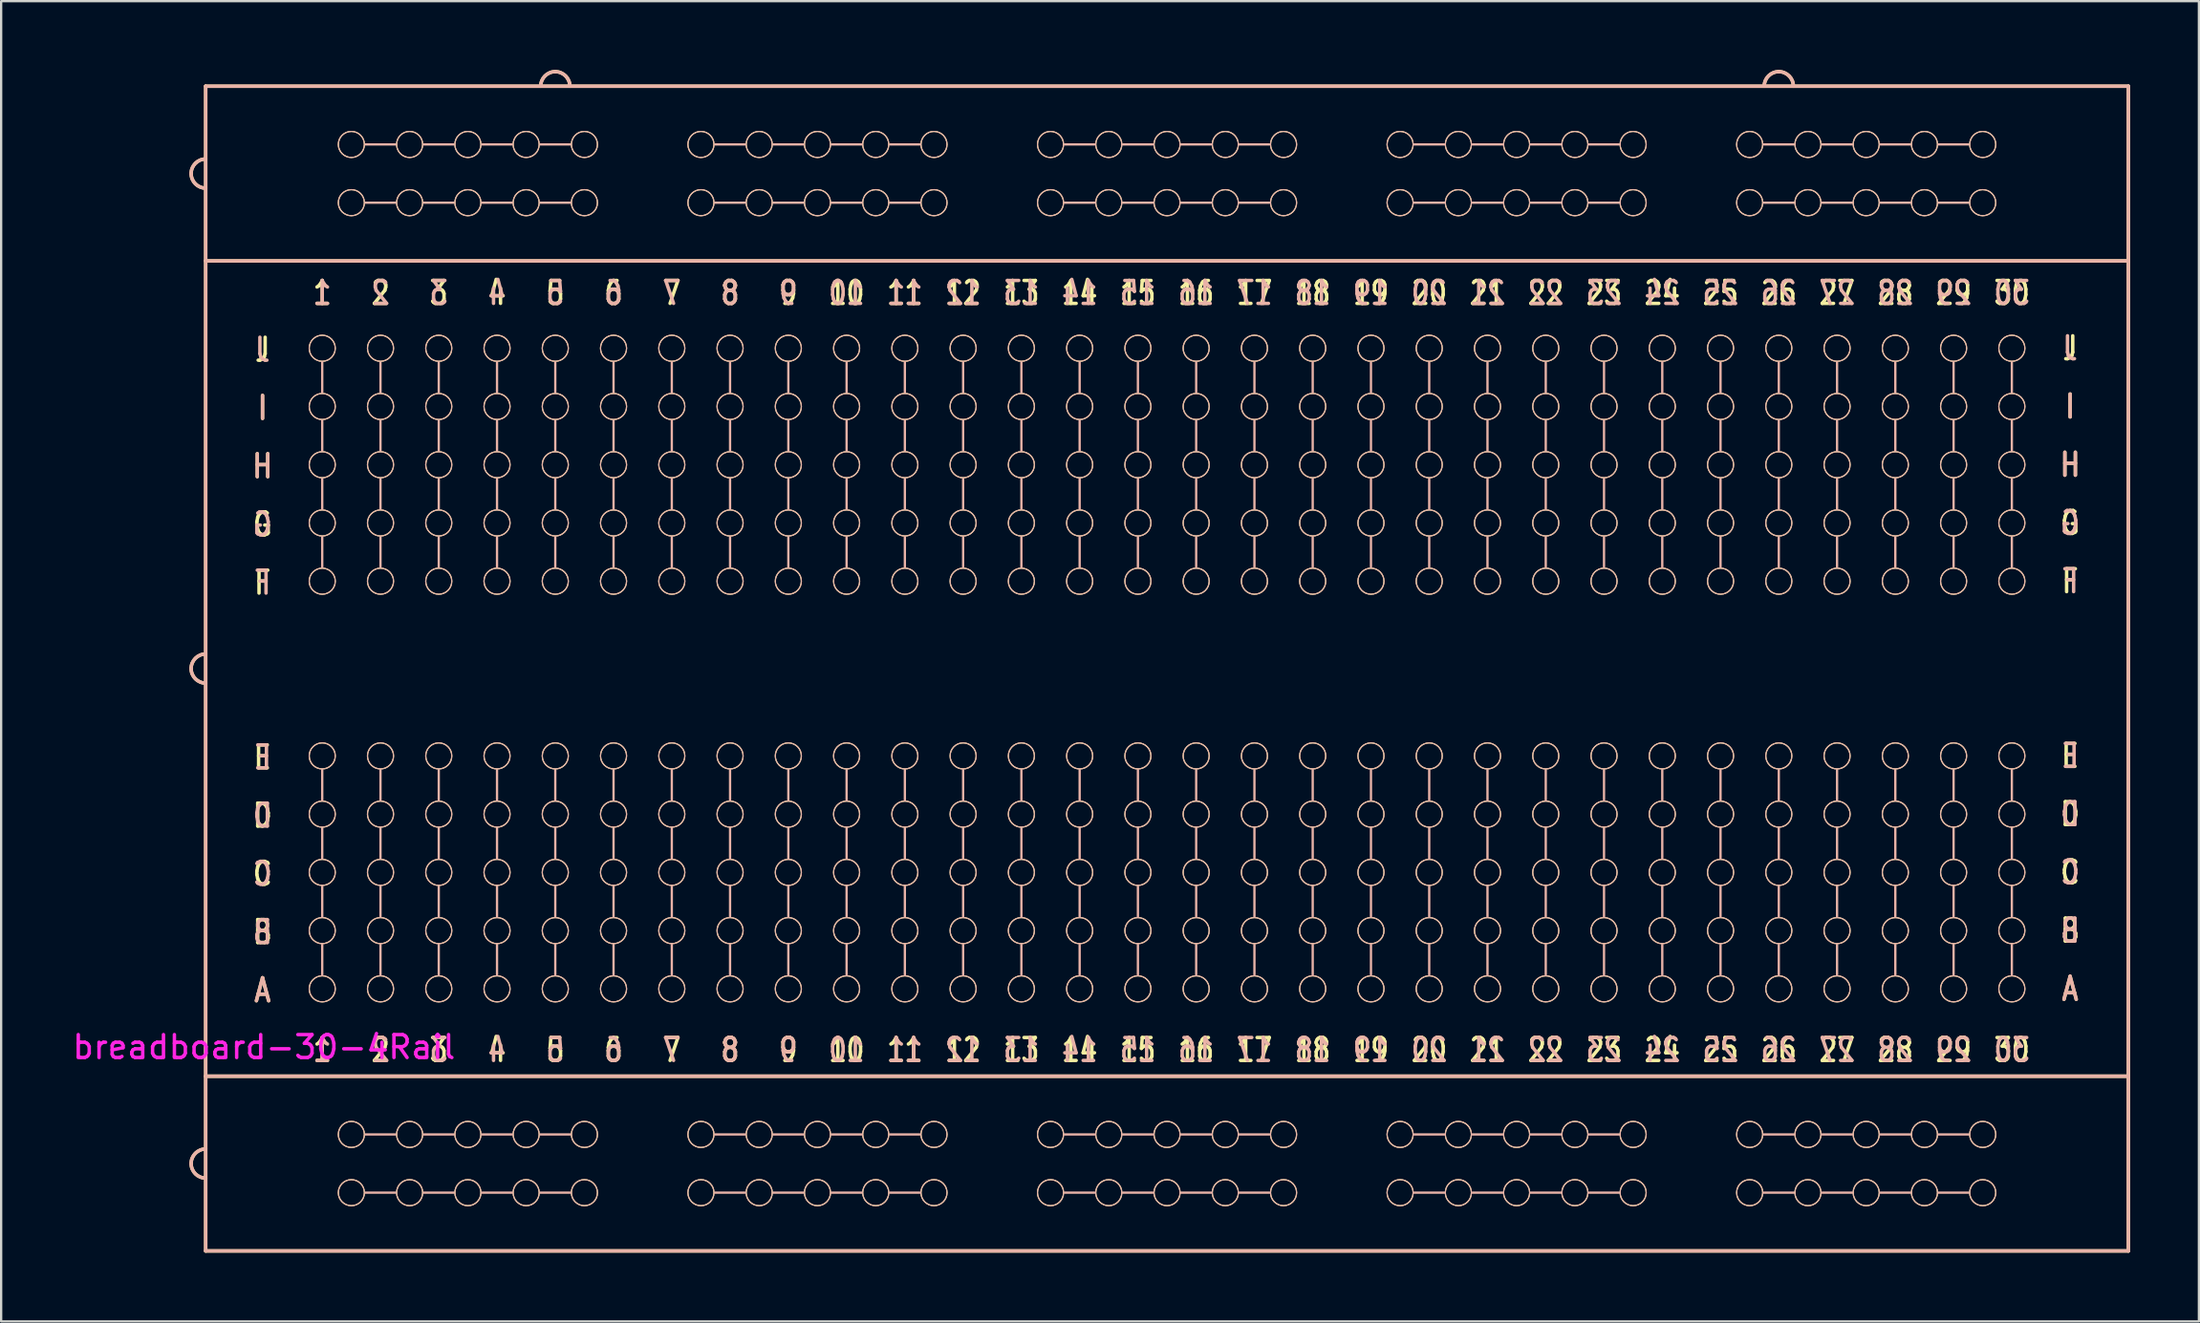
<source format=kicad_pcb>
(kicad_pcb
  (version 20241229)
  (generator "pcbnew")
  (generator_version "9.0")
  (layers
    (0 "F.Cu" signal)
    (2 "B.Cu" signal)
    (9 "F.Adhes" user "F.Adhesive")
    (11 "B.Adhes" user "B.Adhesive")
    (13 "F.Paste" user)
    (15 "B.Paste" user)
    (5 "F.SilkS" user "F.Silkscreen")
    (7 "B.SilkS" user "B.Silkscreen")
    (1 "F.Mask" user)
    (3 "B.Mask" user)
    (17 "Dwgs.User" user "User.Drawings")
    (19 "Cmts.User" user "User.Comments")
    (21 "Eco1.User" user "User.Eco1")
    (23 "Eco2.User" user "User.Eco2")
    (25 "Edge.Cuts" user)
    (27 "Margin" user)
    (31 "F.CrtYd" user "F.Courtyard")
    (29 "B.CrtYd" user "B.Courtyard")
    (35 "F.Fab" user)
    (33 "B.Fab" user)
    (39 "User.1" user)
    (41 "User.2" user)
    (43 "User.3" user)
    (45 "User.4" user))
  (footprint "breadboard-30-4Rail"
    (layer "F.Cu")
    (at 49.098 24.84)
    (property "Reference" "breadboard-30-4Rail" (at -40.64 17.78 180) (layer "F.CrtYd") (effects (font (size 1 1) (thickness 0.15))))
    (attr exclude_from_pos_files exclude_from_bom)
    (fp_line (start -43.18 -24.13) (end -43.18 -16.51) (stroke (width 0.15) (type solid)) (layer "F.SilkS"))
    (fp_line (start -43.18 -24.13) (end 40.64 -24.13) (stroke (width 0.15) (type solid)) (layer "F.SilkS"))
    (fp_line (start -43.18 -16.51) (end -43.18 19.05) (stroke (width 0.15) (type solid)) (layer "F.SilkS"))
    (fp_line (start -43.18 -16.51) (end 40.64 -16.51) (stroke (width 0.15) (type solid)) (layer "F.SilkS"))
    (fp_line (start -43.18 19.05) (end -43.18 26.67) (stroke (width 0.15) (type solid)) (layer "F.SilkS"))
    (fp_line (start -43.18 26.67) (end 40.64 26.67) (stroke (width 0.15) (type solid)) (layer "F.SilkS"))
    (fp_line (start 40.64 -24.13) (end 40.64 -16.51) (stroke (width 0.15) (type solid)) (layer "F.SilkS"))
    (fp_line (start 40.64 -16.51) (end 40.64 19.05) (stroke (width 0.15) (type solid)) (layer "F.SilkS"))
    (fp_line (start 40.64 19.05) (end -43.18 19.05) (stroke (width 0.15) (type solid)) (layer "F.SilkS"))
    (fp_line (start 40.64 26.67) (end 40.64 19.05) (stroke (width 0.15) (type solid)) (layer "F.SilkS"))
    (fp_arc (start -43.815 -20.32) (mid -43.629013 -20.769013) (end -43.18 -20.955) (stroke (width 0.15) (type solid)) (layer "F.SilkS"))
    (fp_arc (start -43.815 1.27) (mid -43.629013 0.820987) (end -43.18 0.635) (stroke (width 0.15) (type solid)) (layer "F.SilkS"))
    (fp_arc (start -43.815 22.86) (mid -43.629013 22.410987) (end -43.18 22.225) (stroke (width 0.15) (type solid)) (layer "F.SilkS"))
    (fp_arc (start -43.18 -19.685) (mid -43.629013 -19.870987) (end -43.815 -20.32) (stroke (width 0.15) (type solid)) (layer "F.SilkS"))
    (fp_arc (start -43.18 1.905) (mid -43.629013 1.719013) (end -43.815 1.27) (stroke (width 0.15) (type solid)) (layer "F.SilkS"))
    (fp_arc (start -43.18 23.495) (mid -43.629013 23.309013) (end -43.815 22.86) (stroke (width 0.15) (type solid)) (layer "F.SilkS"))
    (fp_arc (start -28.575 -24.13) (mid -28.389013 -24.579013) (end -27.94 -24.765) (stroke (width 0.15) (type solid)) (layer "F.SilkS"))
    (fp_arc (start -27.94 -24.765) (mid -27.490987 -24.579013) (end -27.305 -24.13) (stroke (width 0.15) (type solid)) (layer "F.SilkS"))
    (fp_arc (start 24.765 -24.13) (mid 24.950987 -24.579013) (end 25.4 -24.765) (stroke (width 0.15) (type solid)) (layer "F.SilkS"))
    (fp_arc (start 25.4 -24.765) (mid 25.849013 -24.579013) (end 26.035 -24.13) (stroke (width 0.15) (type solid)) (layer "F.SilkS"))
    (fp_circle (center -38.1 -12.7) (end -37.592 -12.446) (stroke (width 0.05) (type solid)) (fill no) (layer "F.SilkS"))
    (fp_circle (center -38.1 -10.16) (end -37.592 -9.906) (stroke (width 0.05) (type solid)) (fill no) (layer "F.SilkS"))
    (fp_circle (center -38.1 -7.62) (end -37.592 -7.366) (stroke (width 0.05) (type solid)) (fill no) (layer "F.SilkS"))
    (fp_circle (center -38.1 -5.08) (end -37.592 -4.826) (stroke (width 0.05) (type solid)) (fill no) (layer "F.SilkS"))
    (fp_circle (center -38.1 -2.54) (end -37.592 -2.286) (stroke (width 0.05) (type solid)) (fill no) (layer "F.SilkS"))
    (fp_circle (center -38.1 5.08) (end -37.592 5.334) (stroke (width 0.05) (type solid)) (fill no) (layer "F.SilkS"))
    (fp_circle (center -38.1 7.62) (end -37.592 7.874) (stroke (width 0.05) (type solid)) (fill no) (layer "F.SilkS"))
    (fp_circle (center -38.1 10.16) (end -37.592 10.414) (stroke (width 0.05) (type solid)) (fill no) (layer "F.SilkS"))
    (fp_circle (center -38.1 12.7) (end -37.592 12.954) (stroke (width 0.05) (type solid)) (fill no) (layer "F.SilkS"))
    (fp_circle (center -38.1 15.24) (end -37.592 15.494) (stroke (width 0.05) (type solid)) (fill no) (layer "F.SilkS"))
    (fp_circle (center -36.83 -21.59) (end -36.576 -22.098) (stroke (width 0.05) (type solid)) (fill no) (layer "F.SilkS"))
    (fp_circle (center -36.83 -19.05) (end -36.576 -19.558) (stroke (width 0.05) (type solid)) (fill no) (layer "F.SilkS"))
    (fp_circle (center -36.83 21.59) (end -36.576 21.082) (stroke (width 0.05) (type solid)) (fill no) (layer "F.SilkS"))
    (fp_circle (center -36.83 24.13) (end -36.576 23.622) (stroke (width 0.05) (type solid)) (fill no) (layer "F.SilkS"))
    (fp_circle (center -35.56 -12.7) (end -35.052 -12.446) (stroke (width 0.05) (type solid)) (fill no) (layer "F.SilkS"))
    (fp_circle (center -35.56 -10.16) (end -35.052 -9.906) (stroke (width 0.05) (type solid)) (fill no) (layer "F.SilkS"))
    (fp_circle (center -35.56 -7.62) (end -35.052 -7.366) (stroke (width 0.05) (type solid)) (fill no) (layer "F.SilkS"))
    (fp_circle (center -35.56 -5.08) (end -35.052 -4.826) (stroke (width 0.05) (type solid)) (fill no) (layer "F.SilkS"))
    (fp_circle (center -35.56 -2.54) (end -35.052 -2.286) (stroke (width 0.05) (type solid)) (fill no) (layer "F.SilkS"))
    (fp_circle (center -35.56 5.08) (end -35.052 5.334) (stroke (width 0.05) (type solid)) (fill no) (layer "F.SilkS"))
    (fp_circle (center -35.56 7.62) (end -35.052 7.874) (stroke (width 0.05) (type solid)) (fill no) (layer "F.SilkS"))
    (fp_circle (center -35.56 10.16) (end -35.052 10.414) (stroke (width 0.05) (type solid)) (fill no) (layer "F.SilkS"))
    (fp_circle (center -35.56 12.7) (end -35.052 12.954) (stroke (width 0.05) (type solid)) (fill no) (layer "F.SilkS"))
    (fp_circle (center -35.56 15.24) (end -35.052 15.494) (stroke (width 0.05) (type solid)) (fill no) (layer "F.SilkS"))
    (fp_circle (center -34.29 -21.59) (end -34.036 -22.098) (stroke (width 0.05) (type solid)) (fill no) (layer "F.SilkS"))
    (fp_circle (center -34.29 -19.05) (end -34.036 -19.558) (stroke (width 0.05) (type solid)) (fill no) (layer "F.SilkS"))
    (fp_circle (center -34.29 21.59) (end -34.036 21.082) (stroke (width 0.05) (type solid)) (fill no) (layer "F.SilkS"))
    (fp_circle (center -34.29 24.13) (end -34.036 23.622) (stroke (width 0.05) (type solid)) (fill no) (layer "F.SilkS"))
    (fp_circle (center -33.02 -12.7) (end -32.512 -12.446) (stroke (width 0.05) (type solid)) (fill no) (layer "F.SilkS"))
    (fp_circle (center -33.02 -10.16) (end -32.512 -9.906) (stroke (width 0.05) (type solid)) (fill no) (layer "F.SilkS"))
    (fp_circle (center -33.02 -7.62) (end -32.512 -7.366) (stroke (width 0.05) (type solid)) (fill no) (layer "F.SilkS"))
    (fp_circle (center -33.02 -5.08) (end -32.512 -4.826) (stroke (width 0.05) (type solid)) (fill no) (layer "F.SilkS"))
    (fp_circle (center -33.02 -2.54) (end -32.512 -2.286) (stroke (width 0.05) (type solid)) (fill no) (layer "F.SilkS"))
    (fp_circle (center -33.02 5.08) (end -32.512 5.334) (stroke (width 0.05) (type solid)) (fill no) (layer "F.SilkS"))
    (fp_circle (center -33.02 7.62) (end -32.512 7.874) (stroke (width 0.05) (type solid)) (fill no) (layer "F.SilkS"))
    (fp_circle (center -33.02 10.16) (end -32.512 10.414) (stroke (width 0.05) (type solid)) (fill no) (layer "F.SilkS"))
    (fp_circle (center -33.02 12.7) (end -32.512 12.954) (stroke (width 0.05) (type solid)) (fill no) (layer "F.SilkS"))
    (fp_circle (center -33.02 15.24) (end -32.512 15.494) (stroke (width 0.05) (type solid)) (fill no) (layer "F.SilkS"))
    (fp_circle (center -31.75 -21.59) (end -31.496 -22.098) (stroke (width 0.05) (type solid)) (fill no) (layer "F.SilkS"))
    (fp_circle (center -31.75 -19.05) (end -31.496 -19.558) (stroke (width 0.05) (type solid)) (fill no) (layer "F.SilkS"))
    (fp_circle (center -31.75 21.59) (end -31.496 21.082) (stroke (width 0.05) (type solid)) (fill no) (layer "F.SilkS"))
    (fp_circle (center -31.75 24.13) (end -31.496 23.622) (stroke (width 0.05) (type solid)) (fill no) (layer "F.SilkS"))
    (fp_circle (center -30.48 -12.7) (end -29.972 -12.446) (stroke (width 0.05) (type solid)) (fill no) (layer "F.SilkS"))
    (fp_circle (center -30.48 -10.16) (end -29.972 -9.906) (stroke (width 0.05) (type solid)) (fill no) (layer "F.SilkS"))
    (fp_circle (center -30.48 -7.62) (end -29.972 -7.366) (stroke (width 0.05) (type solid)) (fill no) (layer "F.SilkS"))
    (fp_circle (center -30.48 -5.08) (end -29.972 -4.826) (stroke (width 0.05) (type solid)) (fill no) (layer "F.SilkS"))
    (fp_circle (center -30.48 -2.54) (end -29.972 -2.286) (stroke (width 0.05) (type solid)) (fill no) (layer "F.SilkS"))
    (fp_circle (center -30.48 5.08) (end -29.972 5.334) (stroke (width 0.05) (type solid)) (fill no) (layer "F.SilkS"))
    (fp_circle (center -30.48 7.62) (end -29.972 7.874) (stroke (width 0.05) (type solid)) (fill no) (layer "F.SilkS"))
    (fp_circle (center -30.48 10.16) (end -29.972 10.414) (stroke (width 0.05) (type solid)) (fill no) (layer "F.SilkS"))
    (fp_circle (center -30.48 12.7) (end -29.972 12.954) (stroke (width 0.05) (type solid)) (fill no) (layer "F.SilkS"))
    (fp_circle (center -30.48 15.24) (end -29.972 15.494) (stroke (width 0.05) (type solid)) (fill no) (layer "F.SilkS"))
    (fp_circle (center -29.21 -21.59) (end -28.956 -22.098) (stroke (width 0.05) (type solid)) (fill no) (layer "F.SilkS"))
    (fp_circle (center -29.21 -19.05) (end -28.956 -19.558) (stroke (width 0.05) (type solid)) (fill no) (layer "F.SilkS"))
    (fp_circle (center -29.21 21.59) (end -28.956 21.082) (stroke (width 0.05) (type solid)) (fill no) (layer "F.SilkS"))
    (fp_circle (center -29.21 24.13) (end -28.956 23.622) (stroke (width 0.05) (type solid)) (fill no) (layer "F.SilkS"))
    (fp_circle (center -27.94 -12.7) (end -27.432 -12.446) (stroke (width 0.05) (type solid)) (fill no) (layer "F.SilkS"))
    (fp_circle (center -27.94 -10.16) (end -27.432 -9.906) (stroke (width 0.05) (type solid)) (fill no) (layer "F.SilkS"))
    (fp_circle (center -27.94 -7.62) (end -27.432 -7.366) (stroke (width 0.05) (type solid)) (fill no) (layer "F.SilkS"))
    (fp_circle (center -27.94 -5.08) (end -27.432 -4.826) (stroke (width 0.05) (type solid)) (fill no) (layer "F.SilkS"))
    (fp_circle (center -27.94 -2.54) (end -27.432 -2.286) (stroke (width 0.05) (type solid)) (fill no) (layer "F.SilkS"))
    (fp_circle (center -27.94 5.08) (end -27.432 5.334) (stroke (width 0.05) (type solid)) (fill no) (layer "F.SilkS"))
    (fp_circle (center -27.94 7.62) (end -27.432 7.874) (stroke (width 0.05) (type solid)) (fill no) (layer "F.SilkS"))
    (fp_circle (center -27.94 10.16) (end -27.432 10.414) (stroke (width 0.05) (type solid)) (fill no) (layer "F.SilkS"))
    (fp_circle (center -27.94 12.7) (end -27.432 12.954) (stroke (width 0.05) (type solid)) (fill no) (layer "F.SilkS"))
    (fp_circle (center -27.94 15.24) (end -27.432 15.494) (stroke (width 0.05) (type solid)) (fill no) (layer "F.SilkS"))
    (fp_circle (center -26.67 -21.59) (end -26.416 -22.098) (stroke (width 0.05) (type solid)) (fill no) (layer "F.SilkS"))
    (fp_circle (center -26.67 -19.05) (end -26.416 -19.558) (stroke (width 0.05) (type solid)) (fill no) (layer "F.SilkS"))
    (fp_circle (center -26.67 21.59) (end -26.416 21.082) (stroke (width 0.05) (type solid)) (fill no) (layer "F.SilkS"))
    (fp_circle (center -26.67 24.13) (end -26.416 23.622) (stroke (width 0.05) (type solid)) (fill no) (layer "F.SilkS"))
    (fp_circle (center -25.4 -12.7) (end -24.892 -12.446) (stroke (width 0.05) (type solid)) (fill no) (layer "F.SilkS"))
    (fp_circle (center -25.4 -10.16) (end -24.892 -9.906) (stroke (width 0.05) (type solid)) (fill no) (layer "F.SilkS"))
    (fp_circle (center -25.4 -7.62) (end -24.892 -7.366) (stroke (width 0.05) (type solid)) (fill no) (layer "F.SilkS"))
    (fp_circle (center -25.4 -5.08) (end -24.892 -4.826) (stroke (width 0.05) (type solid)) (fill no) (layer "F.SilkS"))
    (fp_circle (center -25.4 -2.54) (end -24.892 -2.286) (stroke (width 0.05) (type solid)) (fill no) (layer "F.SilkS"))
    (fp_circle (center -25.4 5.08) (end -24.892 5.334) (stroke (width 0.05) (type solid)) (fill no) (layer "F.SilkS"))
    (fp_circle (center -25.4 7.62) (end -24.892 7.874) (stroke (width 0.05) (type solid)) (fill no) (layer "F.SilkS"))
    (fp_circle (center -25.4 10.16) (end -24.892 10.414) (stroke (width 0.05) (type solid)) (fill no) (layer "F.SilkS"))
    (fp_circle (center -25.4 12.7) (end -24.892 12.954) (stroke (width 0.05) (type solid)) (fill no) (layer "F.SilkS"))
    (fp_circle (center -25.4 15.24) (end -24.892 15.494) (stroke (width 0.05) (type solid)) (fill no) (layer "F.SilkS"))
    (fp_circle (center -22.86 -12.7) (end -22.352 -12.446) (stroke (width 0.05) (type solid)) (fill no) (layer "F.SilkS"))
    (fp_circle (center -22.86 -10.16) (end -22.352 -9.906) (stroke (width 0.05) (type solid)) (fill no) (layer "F.SilkS"))
    (fp_circle (center -22.86 -7.62) (end -22.352 -7.366) (stroke (width 0.05) (type solid)) (fill no) (layer "F.SilkS"))
    (fp_circle (center -22.86 -5.08) (end -22.352 -4.826) (stroke (width 0.05) (type solid)) (fill no) (layer "F.SilkS"))
    (fp_circle (center -22.86 -2.54) (end -22.352 -2.286) (stroke (width 0.05) (type solid)) (fill no) (layer "F.SilkS"))
    (fp_circle (center -22.86 5.08) (end -22.352 5.334) (stroke (width 0.05) (type solid)) (fill no) (layer "F.SilkS"))
    (fp_circle (center -22.86 7.62) (end -22.352 7.874) (stroke (width 0.05) (type solid)) (fill no) (layer "F.SilkS"))
    (fp_circle (center -22.86 10.16) (end -22.352 10.414) (stroke (width 0.05) (type solid)) (fill no) (layer "F.SilkS"))
    (fp_circle (center -22.86 12.7) (end -22.352 12.954) (stroke (width 0.05) (type solid)) (fill no) (layer "F.SilkS"))
    (fp_circle (center -22.86 15.24) (end -22.352 15.494) (stroke (width 0.05) (type solid)) (fill no) (layer "F.SilkS"))
    (fp_circle (center -21.59 -21.59) (end -21.336 -22.098) (stroke (width 0.05) (type solid)) (fill no) (layer "F.SilkS"))
    (fp_circle (center -21.59 -19.05) (end -21.336 -19.558) (stroke (width 0.05) (type solid)) (fill no) (layer "F.SilkS"))
    (fp_circle (center -21.59 21.59) (end -21.336 21.082) (stroke (width 0.05) (type solid)) (fill no) (layer "F.SilkS"))
    (fp_circle (center -21.59 24.13) (end -21.336 23.622) (stroke (width 0.05) (type solid)) (fill no) (layer "F.SilkS"))
    (fp_circle (center -20.32 -12.7) (end -19.812 -12.446) (stroke (width 0.05) (type solid)) (fill no) (layer "F.SilkS"))
    (fp_circle (center -20.32 -10.16) (end -19.812 -9.906) (stroke (width 0.05) (type solid)) (fill no) (layer "F.SilkS"))
    (fp_circle (center -20.32 -7.62) (end -19.812 -7.366) (stroke (width 0.05) (type solid)) (fill no) (layer "F.SilkS"))
    (fp_circle (center -20.32 -5.08) (end -19.812 -4.826) (stroke (width 0.05) (type solid)) (fill no) (layer "F.SilkS"))
    (fp_circle (center -20.32 -2.54) (end -19.812 -2.286) (stroke (width 0.05) (type solid)) (fill no) (layer "F.SilkS"))
    (fp_circle (center -20.32 5.08) (end -19.812 5.334) (stroke (width 0.05) (type solid)) (fill no) (layer "F.SilkS"))
    (fp_circle (center -20.32 7.62) (end -19.812 7.874) (stroke (width 0.05) (type solid)) (fill no) (layer "F.SilkS"))
    (fp_circle (center -20.32 10.16) (end -19.812 10.414) (stroke (width 0.05) (type solid)) (fill no) (layer "F.SilkS"))
    (fp_circle (center -20.32 12.7) (end -19.812 12.954) (stroke (width 0.05) (type solid)) (fill no) (layer "F.SilkS"))
    (fp_circle (center -20.32 15.24) (end -19.812 15.494) (stroke (width 0.05) (type solid)) (fill no) (layer "F.SilkS"))
    (fp_circle (center -19.05 -21.59) (end -18.796 -22.098) (stroke (width 0.05) (type solid)) (fill no) (layer "F.SilkS"))
    (fp_circle (center -19.05 -19.05) (end -18.796 -19.558) (stroke (width 0.05) (type solid)) (fill no) (layer "F.SilkS"))
    (fp_circle (center -19.05 21.59) (end -18.796 21.082) (stroke (width 0.05) (type solid)) (fill no) (layer "F.SilkS"))
    (fp_circle (center -19.05 24.13) (end -18.796 23.622) (stroke (width 0.05) (type solid)) (fill no) (layer "F.SilkS"))
    (fp_circle (center -17.78 -12.7) (end -17.272 -12.446) (stroke (width 0.05) (type solid)) (fill no) (layer "F.SilkS"))
    (fp_circle (center -17.78 -10.16) (end -17.272 -9.906) (stroke (width 0.05) (type solid)) (fill no) (layer "F.SilkS"))
    (fp_circle (center -17.78 -7.62) (end -17.272 -7.366) (stroke (width 0.05) (type solid)) (fill no) (layer "F.SilkS"))
    (fp_circle (center -17.78 -5.08) (end -17.272 -4.826) (stroke (width 0.05) (type solid)) (fill no) (layer "F.SilkS"))
    (fp_circle (center -17.78 -2.54) (end -17.272 -2.286) (stroke (width 0.05) (type solid)) (fill no) (layer "F.SilkS"))
    (fp_circle (center -17.78 5.08) (end -17.272 5.334) (stroke (width 0.05) (type solid)) (fill no) (layer "F.SilkS"))
    (fp_circle (center -17.78 7.62) (end -17.272 7.874) (stroke (width 0.05) (type solid)) (fill no) (layer "F.SilkS"))
    (fp_circle (center -17.78 10.16) (end -17.272 10.414) (stroke (width 0.05) (type solid)) (fill no) (layer "F.SilkS"))
    (fp_circle (center -17.78 12.7) (end -17.272 12.954) (stroke (width 0.05) (type solid)) (fill no) (layer "F.SilkS"))
    (fp_circle (center -17.78 15.24) (end -17.272 15.494) (stroke (width 0.05) (type solid)) (fill no) (layer "F.SilkS"))
    (fp_circle (center -16.51 -21.59) (end -16.256 -22.098) (stroke (width 0.05) (type solid)) (fill no) (layer "F.SilkS"))
    (fp_circle (center -16.51 -19.05) (end -16.256 -19.558) (stroke (width 0.05) (type solid)) (fill no) (layer "F.SilkS"))
    (fp_circle (center -16.51 21.59) (end -16.256 21.082) (stroke (width 0.05) (type solid)) (fill no) (layer "F.SilkS"))
    (fp_circle (center -16.51 24.13) (end -16.256 23.622) (stroke (width 0.05) (type solid)) (fill no) (layer "F.SilkS"))
    (fp_circle (center -15.24 -12.7) (end -14.732 -12.446) (stroke (width 0.05) (type solid)) (fill no) (layer "F.SilkS"))
    (fp_circle (center -15.24 -10.16) (end -14.732 -9.906) (stroke (width 0.05) (type solid)) (fill no) (layer "F.SilkS"))
    (fp_circle (center -15.24 -7.62) (end -14.732 -7.366) (stroke (width 0.05) (type solid)) (fill no) (layer "F.SilkS"))
    (fp_circle (center -15.24 -5.08) (end -14.732 -4.826) (stroke (width 0.05) (type solid)) (fill no) (layer "F.SilkS"))
    (fp_circle (center -15.24 -2.54) (end -14.732 -2.286) (stroke (width 0.05) (type solid)) (fill no) (layer "F.SilkS"))
    (fp_circle (center -15.24 5.08) (end -14.732 5.334) (stroke (width 0.05) (type solid)) (fill no) (layer "F.SilkS"))
    (fp_circle (center -15.24 7.62) (end -14.732 7.874) (stroke (width 0.05) (type solid)) (fill no) (layer "F.SilkS"))
    (fp_circle (center -15.24 10.16) (end -14.732 10.414) (stroke (width 0.05) (type solid)) (fill no) (layer "F.SilkS"))
    (fp_circle (center -15.24 12.7) (end -14.732 12.954) (stroke (width 0.05) (type solid)) (fill no) (layer "F.SilkS"))
    (fp_circle (center -15.24 15.24) (end -14.732 15.494) (stroke (width 0.05) (type solid)) (fill no) (layer "F.SilkS"))
    (fp_circle (center -13.97 -21.59) (end -13.716 -22.098) (stroke (width 0.05) (type solid)) (fill no) (layer "F.SilkS"))
    (fp_circle (center -13.97 -19.05) (end -13.716 -19.558) (stroke (width 0.05) (type solid)) (fill no) (layer "F.SilkS"))
    (fp_circle (center -13.97 21.59) (end -13.716 21.082) (stroke (width 0.05) (type solid)) (fill no) (layer "F.SilkS"))
    (fp_circle (center -13.97 24.13) (end -13.716 23.622) (stroke (width 0.05) (type solid)) (fill no) (layer "F.SilkS"))
    (fp_circle (center -12.7 -12.7) (end -12.192 -12.446) (stroke (width 0.05) (type solid)) (fill no) (layer "F.SilkS"))
    (fp_circle (center -12.7 -10.16) (end -12.192 -9.906) (stroke (width 0.05) (type solid)) (fill no) (layer "F.SilkS"))
    (fp_circle (center -12.7 -7.62) (end -12.192 -7.366) (stroke (width 0.05) (type solid)) (fill no) (layer "F.SilkS"))
    (fp_circle (center -12.7 -5.08) (end -12.192 -4.826) (stroke (width 0.05) (type solid)) (fill no) (layer "F.SilkS"))
    (fp_circle (center -12.7 -2.54) (end -12.192 -2.286) (stroke (width 0.05) (type solid)) (fill no) (layer "F.SilkS"))
    (fp_circle (center -12.7 5.08) (end -12.192 5.334) (stroke (width 0.05) (type solid)) (fill no) (layer "F.SilkS"))
    (fp_circle (center -12.7 7.62) (end -12.192 7.874) (stroke (width 0.05) (type solid)) (fill no) (layer "F.SilkS"))
    (fp_circle (center -12.7 10.16) (end -12.192 10.414) (stroke (width 0.05) (type solid)) (fill no) (layer "F.SilkS"))
    (fp_circle (center -12.7 12.7) (end -12.192 12.954) (stroke (width 0.05) (type solid)) (fill no) (layer "F.SilkS"))
    (fp_circle (center -12.7 15.24) (end -12.192 15.494) (stroke (width 0.05) (type solid)) (fill no) (layer "F.SilkS"))
    (fp_circle (center -11.43 -21.59) (end -11.176 -22.098) (stroke (width 0.05) (type solid)) (fill no) (layer "F.SilkS"))
    (fp_circle (center -11.43 -19.05) (end -11.176 -19.558) (stroke (width 0.05) (type solid)) (fill no) (layer "F.SilkS"))
    (fp_circle (center -11.43 21.59) (end -11.176 21.082) (stroke (width 0.05) (type solid)) (fill no) (layer "F.SilkS"))
    (fp_circle (center -11.43 24.13) (end -11.176 23.622) (stroke (width 0.05) (type solid)) (fill no) (layer "F.SilkS"))
    (fp_circle (center -10.16 -12.7) (end -9.652 -12.446) (stroke (width 0.05) (type solid)) (fill no) (layer "F.SilkS"))
    (fp_circle (center -10.16 -10.16) (end -9.652 -9.906) (stroke (width 0.05) (type solid)) (fill no) (layer "F.SilkS"))
    (fp_circle (center -10.16 -7.62) (end -9.652 -7.366) (stroke (width 0.05) (type solid)) (fill no) (layer "F.SilkS"))
    (fp_circle (center -10.16 -5.08) (end -9.652 -4.826) (stroke (width 0.05) (type solid)) (fill no) (layer "F.SilkS"))
    (fp_circle (center -10.16 -2.54) (end -9.652 -2.286) (stroke (width 0.05) (type solid)) (fill no) (layer "F.SilkS"))
    (fp_circle (center -10.16 5.08) (end -9.652 5.334) (stroke (width 0.05) (type solid)) (fill no) (layer "F.SilkS"))
    (fp_circle (center -10.16 7.62) (end -9.652 7.874) (stroke (width 0.05) (type solid)) (fill no) (layer "F.SilkS"))
    (fp_circle (center -10.16 10.16) (end -9.652 10.414) (stroke (width 0.05) (type solid)) (fill no) (layer "F.SilkS"))
    (fp_circle (center -10.16 12.7) (end -9.652 12.954) (stroke (width 0.05) (type solid)) (fill no) (layer "F.SilkS"))
    (fp_circle (center -10.16 15.24) (end -9.652 15.494) (stroke (width 0.05) (type solid)) (fill no) (layer "F.SilkS"))
    (fp_circle (center -7.62 -12.7) (end -7.112 -12.446) (stroke (width 0.05) (type solid)) (fill no) (layer "F.SilkS"))
    (fp_circle (center -7.62 -10.16) (end -7.112 -9.906) (stroke (width 0.05) (type solid)) (fill no) (layer "F.SilkS"))
    (fp_circle (center -7.62 -7.62) (end -7.112 -7.366) (stroke (width 0.05) (type solid)) (fill no) (layer "F.SilkS"))
    (fp_circle (center -7.62 -5.08) (end -7.112 -4.826) (stroke (width 0.05) (type solid)) (fill no) (layer "F.SilkS"))
    (fp_circle (center -7.62 -2.54) (end -7.112 -2.286) (stroke (width 0.05) (type solid)) (fill no) (layer "F.SilkS"))
    (fp_circle (center -7.62 5.08) (end -7.112 5.334) (stroke (width 0.05) (type solid)) (fill no) (layer "F.SilkS"))
    (fp_circle (center -7.62 7.62) (end -7.112 7.874) (stroke (width 0.05) (type solid)) (fill no) (layer "F.SilkS"))
    (fp_circle (center -7.62 10.16) (end -7.112 10.414) (stroke (width 0.05) (type solid)) (fill no) (layer "F.SilkS"))
    (fp_circle (center -7.62 12.7) (end -7.112 12.954) (stroke (width 0.05) (type solid)) (fill no) (layer "F.SilkS"))
    (fp_circle (center -7.62 15.24) (end -7.112 15.494) (stroke (width 0.05) (type solid)) (fill no) (layer "F.SilkS"))
    (fp_circle (center -6.35 -21.59) (end -6.096 -22.098) (stroke (width 0.05) (type solid)) (fill no) (layer "F.SilkS"))
    (fp_circle (center -6.35 -19.05) (end -6.096 -19.558) (stroke (width 0.05) (type solid)) (fill no) (layer "F.SilkS"))
    (fp_circle (center -6.35 21.59) (end -6.096 21.082) (stroke (width 0.05) (type solid)) (fill no) (layer "F.SilkS"))
    (fp_circle (center -6.35 24.13) (end -6.096 23.622) (stroke (width 0.05) (type solid)) (fill no) (layer "F.SilkS"))
    (fp_circle (center -5.08 -12.7) (end -4.572 -12.446) (stroke (width 0.05) (type solid)) (fill no) (layer "F.SilkS"))
    (fp_circle (center -5.08 -10.16) (end -4.572 -9.906) (stroke (width 0.05) (type solid)) (fill no) (layer "F.SilkS"))
    (fp_circle (center -5.08 -7.62) (end -4.572 -7.366) (stroke (width 0.05) (type solid)) (fill no) (layer "F.SilkS"))
    (fp_circle (center -5.08 -5.08) (end -4.572 -4.826) (stroke (width 0.05) (type solid)) (fill no) (layer "F.SilkS"))
    (fp_circle (center -5.08 -2.54) (end -4.572 -2.286) (stroke (width 0.05) (type solid)) (fill no) (layer "F.SilkS"))
    (fp_circle (center -5.08 5.08) (end -4.572 5.334) (stroke (width 0.05) (type solid)) (fill no) (layer "F.SilkS"))
    (fp_circle (center -5.08 7.62) (end -4.572 7.874) (stroke (width 0.05) (type solid)) (fill no) (layer "F.SilkS"))
    (fp_circle (center -5.08 10.16) (end -4.572 10.414) (stroke (width 0.05) (type solid)) (fill no) (layer "F.SilkS"))
    (fp_circle (center -5.08 12.7) (end -4.572 12.954) (stroke (width 0.05) (type solid)) (fill no) (layer "F.SilkS"))
    (fp_circle (center -5.08 15.24) (end -4.572 15.494) (stroke (width 0.05) (type solid)) (fill no) (layer "F.SilkS"))
    (fp_circle (center -3.81 -21.59) (end -3.556 -22.098) (stroke (width 0.05) (type solid)) (fill no) (layer "F.SilkS"))
    (fp_circle (center -3.81 -19.05) (end -3.556 -19.558) (stroke (width 0.05) (type solid)) (fill no) (layer "F.SilkS"))
    (fp_circle (center -3.81 21.59) (end -3.556 21.082) (stroke (width 0.05) (type solid)) (fill no) (layer "F.SilkS"))
    (fp_circle (center -3.81 24.13) (end -3.556 23.622) (stroke (width 0.05) (type solid)) (fill no) (layer "F.SilkS"))
    (fp_circle (center -2.54 -12.7) (end -2.032 -12.446) (stroke (width 0.05) (type solid)) (fill no) (layer "F.SilkS"))
    (fp_circle (center -2.54 -10.16) (end -2.032 -9.906) (stroke (width 0.05) (type solid)) (fill no) (layer "F.SilkS"))
    (fp_circle (center -2.54 -7.62) (end -2.032 -7.366) (stroke (width 0.05) (type solid)) (fill no) (layer "F.SilkS"))
    (fp_circle (center -2.54 -5.08) (end -2.032 -4.826) (stroke (width 0.05) (type solid)) (fill no) (layer "F.SilkS"))
    (fp_circle (center -2.54 -2.54) (end -2.032 -2.286) (stroke (width 0.05) (type solid)) (fill no) (layer "F.SilkS"))
    (fp_circle (center -2.54 5.08) (end -2.032 5.334) (stroke (width 0.05) (type solid)) (fill no) (layer "F.SilkS"))
    (fp_circle (center -2.54 7.62) (end -2.032 7.874) (stroke (width 0.05) (type solid)) (fill no) (layer "F.SilkS"))
    (fp_circle (center -2.54 10.16) (end -2.032 10.414) (stroke (width 0.05) (type solid)) (fill no) (layer "F.SilkS"))
    (fp_circle (center -2.54 12.7) (end -2.032 12.954) (stroke (width 0.05) (type solid)) (fill no) (layer "F.SilkS"))
    (fp_circle (center -2.54 15.24) (end -2.032 15.494) (stroke (width 0.05) (type solid)) (fill no) (layer "F.SilkS"))
    (fp_circle (center -1.27 -21.59) (end -1.016 -22.098) (stroke (width 0.05) (type solid)) (fill no) (layer "F.SilkS"))
    (fp_circle (center -1.27 -19.05) (end -1.016 -19.558) (stroke (width 0.05) (type solid)) (fill no) (layer "F.SilkS"))
    (fp_circle (center -1.27 21.59) (end -1.016 21.082) (stroke (width 0.05) (type solid)) (fill no) (layer "F.SilkS"))
    (fp_circle (center -1.27 24.13) (end -1.016 23.622) (stroke (width 0.05) (type solid)) (fill no) (layer "F.SilkS"))
    (fp_circle (center 0 -12.7) (end 0.508 -12.446) (stroke (width 0.05) (type solid)) (fill no) (layer "F.SilkS"))
    (fp_circle (center 0 -10.16) (end 0.508 -9.906) (stroke (width 0.05) (type solid)) (fill no) (layer "F.SilkS"))
    (fp_circle (center 0 -7.62) (end 0.508 -7.366) (stroke (width 0.05) (type solid)) (fill no) (layer "F.SilkS"))
    (fp_circle (center 0 -5.08) (end 0.508 -4.826) (stroke (width 0.05) (type solid)) (fill no) (layer "F.SilkS"))
    (fp_circle (center 0 -2.54) (end 0.508 -2.286) (stroke (width 0.05) (type solid)) (fill no) (layer "F.SilkS"))
    (fp_circle (center 0 5.08) (end 0.508 5.334) (stroke (width 0.05) (type solid)) (fill no) (layer "F.SilkS"))
    (fp_circle (center 0 7.62) (end 0.508 7.874) (stroke (width 0.05) (type solid)) (fill no) (layer "F.SilkS"))
    (fp_circle (center 0 10.16) (end 0.508 10.414) (stroke (width 0.05) (type solid)) (fill no) (layer "F.SilkS"))
    (fp_circle (center 0 12.7) (end 0.508 12.954) (stroke (width 0.05) (type solid)) (fill no) (layer "F.SilkS"))
    (fp_circle (center 0 15.24) (end 0.508 15.494) (stroke (width 0.05) (type solid)) (fill no) (layer "F.SilkS"))
    (fp_circle (center 1.27 -21.59) (end 1.524 -22.098) (stroke (width 0.05) (type solid)) (fill no) (layer "F.SilkS"))
    (fp_circle (center 1.27 -19.05) (end 1.524 -19.558) (stroke (width 0.05) (type solid)) (fill no) (layer "F.SilkS"))
    (fp_circle (center 1.27 21.59) (end 1.524 21.082) (stroke (width 0.05) (type solid)) (fill no) (layer "F.SilkS"))
    (fp_circle (center 1.27 24.13) (end 1.524 23.622) (stroke (width 0.05) (type solid)) (fill no) (layer "F.SilkS"))
    (fp_circle (center 2.54 -12.7) (end 3.048 -12.446) (stroke (width 0.05) (type solid)) (fill no) (layer "F.SilkS"))
    (fp_circle (center 2.54 -10.16) (end 3.048 -9.906) (stroke (width 0.05) (type solid)) (fill no) (layer "F.SilkS"))
    (fp_circle (center 2.54 -7.62) (end 3.048 -7.366) (stroke (width 0.05) (type solid)) (fill no) (layer "F.SilkS"))
    (fp_circle (center 2.54 -5.08) (end 3.048 -4.826) (stroke (width 0.05) (type solid)) (fill no) (layer "F.SilkS"))
    (fp_circle (center 2.54 -2.54) (end 3.048 -2.286) (stroke (width 0.05) (type solid)) (fill no) (layer "F.SilkS"))
    (fp_circle (center 2.54 5.08) (end 3.048 5.334) (stroke (width 0.05) (type solid)) (fill no) (layer "F.SilkS"))
    (fp_circle (center 2.54 7.62) (end 3.048 7.874) (stroke (width 0.05) (type solid)) (fill no) (layer "F.SilkS"))
    (fp_circle (center 2.54 10.16) (end 3.048 10.414) (stroke (width 0.05) (type solid)) (fill no) (layer "F.SilkS"))
    (fp_circle (center 2.54 12.7) (end 3.048 12.954) (stroke (width 0.05) (type solid)) (fill no) (layer "F.SilkS"))
    (fp_circle (center 2.54 15.24) (end 3.048 15.494) (stroke (width 0.05) (type solid)) (fill no) (layer "F.SilkS"))
    (fp_circle (center 3.81 -21.59) (end 4.064 -22.098) (stroke (width 0.05) (type solid)) (fill no) (layer "F.SilkS"))
    (fp_circle (center 3.81 -19.05) (end 4.064 -19.558) (stroke (width 0.05) (type solid)) (fill no) (layer "F.SilkS"))
    (fp_circle (center 3.81 21.59) (end 4.064 21.082) (stroke (width 0.05) (type solid)) (fill no) (layer "F.SilkS"))
    (fp_circle (center 3.81 24.13) (end 4.064 23.622) (stroke (width 0.05) (type solid)) (fill no) (layer "F.SilkS"))
    (fp_circle (center 5.08 -12.7) (end 5.588 -12.446) (stroke (width 0.05) (type solid)) (fill no) (layer "F.SilkS"))
    (fp_circle (center 5.08 -10.16) (end 5.588 -9.906) (stroke (width 0.05) (type solid)) (fill no) (layer "F.SilkS"))
    (fp_circle (center 5.08 -7.62) (end 5.588 -7.366) (stroke (width 0.05) (type solid)) (fill no) (layer "F.SilkS"))
    (fp_circle (center 5.08 -5.08) (end 5.588 -4.826) (stroke (width 0.05) (type solid)) (fill no) (layer "F.SilkS"))
    (fp_circle (center 5.08 -2.54) (end 5.588 -2.286) (stroke (width 0.05) (type solid)) (fill no) (layer "F.SilkS"))
    (fp_circle (center 5.08 5.08) (end 5.588 5.334) (stroke (width 0.05) (type solid)) (fill no) (layer "F.SilkS"))
    (fp_circle (center 5.08 7.62) (end 5.588 7.874) (stroke (width 0.05) (type solid)) (fill no) (layer "F.SilkS"))
    (fp_circle (center 5.08 10.16) (end 5.588 10.414) (stroke (width 0.05) (type solid)) (fill no) (layer "F.SilkS"))
    (fp_circle (center 5.08 12.7) (end 5.588 12.954) (stroke (width 0.05) (type solid)) (fill no) (layer "F.SilkS"))
    (fp_circle (center 5.08 15.24) (end 5.588 15.494) (stroke (width 0.05) (type solid)) (fill no) (layer "F.SilkS"))
    (fp_circle (center 7.62 -12.7) (end 8.128 -12.446) (stroke (width 0.05) (type solid)) (fill no) (layer "F.SilkS"))
    (fp_circle (center 7.62 -10.16) (end 8.128 -9.906) (stroke (width 0.05) (type solid)) (fill no) (layer "F.SilkS"))
    (fp_circle (center 7.62 -7.62) (end 8.128 -7.366) (stroke (width 0.05) (type solid)) (fill no) (layer "F.SilkS"))
    (fp_circle (center 7.62 -5.08) (end 8.128 -4.826) (stroke (width 0.05) (type solid)) (fill no) (layer "F.SilkS"))
    (fp_circle (center 7.62 -2.54) (end 8.128 -2.286) (stroke (width 0.05) (type solid)) (fill no) (layer "F.SilkS"))
    (fp_circle (center 7.62 5.08) (end 8.128 5.334) (stroke (width 0.05) (type solid)) (fill no) (layer "F.SilkS"))
    (fp_circle (center 7.62 7.62) (end 8.128 7.874) (stroke (width 0.05) (type solid)) (fill no) (layer "F.SilkS"))
    (fp_circle (center 7.62 10.16) (end 8.128 10.414) (stroke (width 0.05) (type solid)) (fill no) (layer "F.SilkS"))
    (fp_circle (center 7.62 12.7) (end 8.128 12.954) (stroke (width 0.05) (type solid)) (fill no) (layer "F.SilkS"))
    (fp_circle (center 7.62 15.24) (end 8.128 15.494) (stroke (width 0.05) (type solid)) (fill no) (layer "F.SilkS"))
    (fp_circle (center 8.89 -21.59) (end 9.144 -22.098) (stroke (width 0.05) (type solid)) (fill no) (layer "F.SilkS"))
    (fp_circle (center 8.89 -19.05) (end 9.144 -19.558) (stroke (width 0.05) (type solid)) (fill no) (layer "F.SilkS"))
    (fp_circle (center 8.89 21.59) (end 9.144 21.082) (stroke (width 0.05) (type solid)) (fill no) (layer "F.SilkS"))
    (fp_circle (center 8.89 24.13) (end 9.144 23.622) (stroke (width 0.05) (type solid)) (fill no) (layer "F.SilkS"))
    (fp_circle (center 10.16 -12.7) (end 10.668 -12.446) (stroke (width 0.05) (type solid)) (fill no) (layer "F.SilkS"))
    (fp_circle (center 10.16 -10.16) (end 10.668 -9.906) (stroke (width 0.05) (type solid)) (fill no) (layer "F.SilkS"))
    (fp_circle (center 10.16 -7.62) (end 10.668 -7.366) (stroke (width 0.05) (type solid)) (fill no) (layer "F.SilkS"))
    (fp_circle (center 10.16 -5.08) (end 10.668 -4.826) (stroke (width 0.05) (type solid)) (fill no) (layer "F.SilkS"))
    (fp_circle (center 10.16 -2.54) (end 10.668 -2.286) (stroke (width 0.05) (type solid)) (fill no) (layer "F.SilkS"))
    (fp_circle (center 10.16 5.08) (end 10.668 5.334) (stroke (width 0.05) (type solid)) (fill no) (layer "F.SilkS"))
    (fp_circle (center 10.16 7.62) (end 10.668 7.874) (stroke (width 0.05) (type solid)) (fill no) (layer "F.SilkS"))
    (fp_circle (center 10.16 10.16) (end 10.668 10.414) (stroke (width 0.05) (type solid)) (fill no) (layer "F.SilkS"))
    (fp_circle (center 10.16 12.7) (end 10.668 12.954) (stroke (width 0.05) (type solid)) (fill no) (layer "F.SilkS"))
    (fp_circle (center 10.16 15.24) (end 10.668 15.494) (stroke (width 0.05) (type solid)) (fill no) (layer "F.SilkS"))
    (fp_circle (center 11.43 -21.59) (end 11.684 -22.098) (stroke (width 0.05) (type solid)) (fill no) (layer "F.SilkS"))
    (fp_circle (center 11.43 -19.05) (end 11.684 -19.558) (stroke (width 0.05) (type solid)) (fill no) (layer "F.SilkS"))
    (fp_circle (center 11.43 21.59) (end 11.684 21.082) (stroke (width 0.05) (type solid)) (fill no) (layer "F.SilkS"))
    (fp_circle (center 11.43 24.13) (end 11.684 23.622) (stroke (width 0.05) (type solid)) (fill no) (layer "F.SilkS"))
    (fp_circle (center 12.7 -12.7) (end 13.208 -12.446) (stroke (width 0.05) (type solid)) (fill no) (layer "F.SilkS"))
    (fp_circle (center 12.7 -10.16) (end 13.208 -9.906) (stroke (width 0.05) (type solid)) (fill no) (layer "F.SilkS"))
    (fp_circle (center 12.7 -7.62) (end 13.208 -7.366) (stroke (width 0.05) (type solid)) (fill no) (layer "F.SilkS"))
    (fp_circle (center 12.7 -5.08) (end 13.208 -4.826) (stroke (width 0.05) (type solid)) (fill no) (layer "F.SilkS"))
    (fp_circle (center 12.7 -2.54) (end 13.208 -2.286) (stroke (width 0.05) (type solid)) (fill no) (layer "F.SilkS"))
    (fp_circle (center 12.7 5.08) (end 13.208 5.334) (stroke (width 0.05) (type solid)) (fill no) (layer "F.SilkS"))
    (fp_circle (center 12.7 7.62) (end 13.208 7.874) (stroke (width 0.05) (type solid)) (fill no) (layer "F.SilkS"))
    (fp_circle (center 12.7 10.16) (end 13.208 10.414) (stroke (width 0.05) (type solid)) (fill no) (layer "F.SilkS"))
    (fp_circle (center 12.7 12.7) (end 13.208 12.954) (stroke (width 0.05) (type solid)) (fill no) (layer "F.SilkS"))
    (fp_circle (center 12.7 15.24) (end 13.208 15.494) (stroke (width 0.05) (type solid)) (fill no) (layer "F.SilkS"))
    (fp_circle (center 13.97 -21.59) (end 14.224 -22.098) (stroke (width 0.05) (type solid)) (fill no) (layer "F.SilkS"))
    (fp_circle (center 13.97 -19.05) (end 14.224 -19.558) (stroke (width 0.05) (type solid)) (fill no) (layer "F.SilkS"))
    (fp_circle (center 13.97 21.59) (end 14.224 21.082) (stroke (width 0.05) (type solid)) (fill no) (layer "F.SilkS"))
    (fp_circle (center 13.97 24.13) (end 14.224 23.622) (stroke (width 0.05) (type solid)) (fill no) (layer "F.SilkS"))
    (fp_circle (center 15.24 -12.7) (end 15.748 -12.446) (stroke (width 0.05) (type solid)) (fill no) (layer "F.SilkS"))
    (fp_circle (center 15.24 -10.16) (end 15.748 -9.906) (stroke (width 0.05) (type solid)) (fill no) (layer "F.SilkS"))
    (fp_circle (center 15.24 -7.62) (end 15.748 -7.366) (stroke (width 0.05) (type solid)) (fill no) (layer "F.SilkS"))
    (fp_circle (center 15.24 -5.08) (end 15.748 -4.826) (stroke (width 0.05) (type solid)) (fill no) (layer "F.SilkS"))
    (fp_circle (center 15.24 -2.54) (end 15.748 -2.286) (stroke (width 0.05) (type solid)) (fill no) (layer "F.SilkS"))
    (fp_circle (center 15.24 5.08) (end 15.748 5.334) (stroke (width 0.05) (type solid)) (fill no) (layer "F.SilkS"))
    (fp_circle (center 15.24 7.62) (end 15.748 7.874) (stroke (width 0.05) (type solid)) (fill no) (layer "F.SilkS"))
    (fp_circle (center 15.24 10.16) (end 15.748 10.414) (stroke (width 0.05) (type solid)) (fill no) (layer "F.SilkS"))
    (fp_circle (center 15.24 12.7) (end 15.748 12.954) (stroke (width 0.05) (type solid)) (fill no) (layer "F.SilkS"))
    (fp_circle (center 15.24 15.24) (end 15.748 15.494) (stroke (width 0.05) (type solid)) (fill no) (layer "F.SilkS"))
    (fp_circle (center 16.51 -21.59) (end 16.764 -22.098) (stroke (width 0.05) (type solid)) (fill no) (layer "F.SilkS"))
    (fp_circle (center 16.51 -19.05) (end 16.764 -19.558) (stroke (width 0.05) (type solid)) (fill no) (layer "F.SilkS"))
    (fp_circle (center 16.51 21.59) (end 16.764 21.082) (stroke (width 0.05) (type solid)) (fill no) (layer "F.SilkS"))
    (fp_circle (center 16.51 24.13) (end 16.764 23.622) (stroke (width 0.05) (type solid)) (fill no) (layer "F.SilkS"))
    (fp_circle (center 17.78 -12.7) (end 18.288 -12.446) (stroke (width 0.05) (type solid)) (fill no) (layer "F.SilkS"))
    (fp_circle (center 17.78 -10.16) (end 18.288 -9.906) (stroke (width 0.05) (type solid)) (fill no) (layer "F.SilkS"))
    (fp_circle (center 17.78 -7.62) (end 18.288 -7.366) (stroke (width 0.05) (type solid)) (fill no) (layer "F.SilkS"))
    (fp_circle (center 17.78 -5.08) (end 18.288 -4.826) (stroke (width 0.05) (type solid)) (fill no) (layer "F.SilkS"))
    (fp_circle (center 17.78 -2.54) (end 18.288 -2.286) (stroke (width 0.05) (type solid)) (fill no) (layer "F.SilkS"))
    (fp_circle (center 17.78 5.08) (end 18.288 5.334) (stroke (width 0.05) (type solid)) (fill no) (layer "F.SilkS"))
    (fp_circle (center 17.78 7.62) (end 18.288 7.874) (stroke (width 0.05) (type solid)) (fill no) (layer "F.SilkS"))
    (fp_circle (center 17.78 10.16) (end 18.288 10.414) (stroke (width 0.05) (type solid)) (fill no) (layer "F.SilkS"))
    (fp_circle (center 17.78 12.7) (end 18.288 12.954) (stroke (width 0.05) (type solid)) (fill no) (layer "F.SilkS"))
    (fp_circle (center 17.78 15.24) (end 18.288 15.494) (stroke (width 0.05) (type solid)) (fill no) (layer "F.SilkS"))
    (fp_circle (center 19.05 -21.59) (end 19.304 -22.098) (stroke (width 0.05) (type solid)) (fill no) (layer "F.SilkS"))
    (fp_circle (center 19.05 -19.05) (end 19.304 -19.558) (stroke (width 0.05) (type solid)) (fill no) (layer "F.SilkS"))
    (fp_circle (center 19.05 21.59) (end 19.304 21.082) (stroke (width 0.05) (type solid)) (fill no) (layer "F.SilkS"))
    (fp_circle (center 19.05 24.13) (end 19.304 23.622) (stroke (width 0.05) (type solid)) (fill no) (layer "F.SilkS"))
    (fp_circle (center 20.32 -12.7) (end 20.828 -12.446) (stroke (width 0.05) (type solid)) (fill no) (layer "F.SilkS"))
    (fp_circle (center 20.32 -10.16) (end 20.828 -9.906) (stroke (width 0.05) (type solid)) (fill no) (layer "F.SilkS"))
    (fp_circle (center 20.32 -7.62) (end 20.828 -7.366) (stroke (width 0.05) (type solid)) (fill no) (layer "F.SilkS"))
    (fp_circle (center 20.32 -5.08) (end 20.828 -4.826) (stroke (width 0.05) (type solid)) (fill no) (layer "F.SilkS"))
    (fp_circle (center 20.32 -2.54) (end 20.828 -2.286) (stroke (width 0.05) (type solid)) (fill no) (layer "F.SilkS"))
    (fp_circle (center 20.32 5.08) (end 20.828 5.334) (stroke (width 0.05) (type solid)) (fill no) (layer "F.SilkS"))
    (fp_circle (center 20.32 7.62) (end 20.828 7.874) (stroke (width 0.05) (type solid)) (fill no) (layer "F.SilkS"))
    (fp_circle (center 20.32 10.16) (end 20.828 10.414) (stroke (width 0.05) (type solid)) (fill no) (layer "F.SilkS"))
    (fp_circle (center 20.32 12.7) (end 20.828 12.954) (stroke (width 0.05) (type solid)) (fill no) (layer "F.SilkS"))
    (fp_circle (center 20.32 15.24) (end 20.828 15.494) (stroke (width 0.05) (type solid)) (fill no) (layer "F.SilkS"))
    (fp_circle (center 22.86 -12.7) (end 23.368 -12.446) (stroke (width 0.05) (type solid)) (fill no) (layer "F.SilkS"))
    (fp_circle (center 22.86 -10.16) (end 23.368 -9.906) (stroke (width 0.05) (type solid)) (fill no) (layer "F.SilkS"))
    (fp_circle (center 22.86 -7.62) (end 23.368 -7.366) (stroke (width 0.05) (type solid)) (fill no) (layer "F.SilkS"))
    (fp_circle (center 22.86 -5.08) (end 23.368 -4.826) (stroke (width 0.05) (type solid)) (fill no) (layer "F.SilkS"))
    (fp_circle (center 22.86 -2.54) (end 23.368 -2.286) (stroke (width 0.05) (type solid)) (fill no) (layer "F.SilkS"))
    (fp_circle (center 22.86 5.08) (end 23.368 5.334) (stroke (width 0.05) (type solid)) (fill no) (layer "F.SilkS"))
    (fp_circle (center 22.86 7.62) (end 23.368 7.874) (stroke (width 0.05) (type solid)) (fill no) (layer "F.SilkS"))
    (fp_circle (center 22.86 10.16) (end 23.368 10.414) (stroke (width 0.05) (type solid)) (fill no) (layer "F.SilkS"))
    (fp_circle (center 22.86 12.7) (end 23.368 12.954) (stroke (width 0.05) (type solid)) (fill no) (layer "F.SilkS"))
    (fp_circle (center 22.86 15.24) (end 23.368 15.494) (stroke (width 0.05) (type solid)) (fill no) (layer "F.SilkS"))
    (fp_circle (center 24.13 -21.59) (end 24.384 -22.098) (stroke (width 0.05) (type solid)) (fill no) (layer "F.SilkS"))
    (fp_circle (center 24.13 -19.05) (end 24.384 -19.558) (stroke (width 0.05) (type solid)) (fill no) (layer "F.SilkS"))
    (fp_circle (center 24.13 21.59) (end 24.384 21.082) (stroke (width 0.05) (type solid)) (fill no) (layer "F.SilkS"))
    (fp_circle (center 24.13 24.13) (end 24.384 23.622) (stroke (width 0.05) (type solid)) (fill no) (layer "F.SilkS"))
    (fp_circle (center 25.4 -12.7) (end 25.908 -12.446) (stroke (width 0.05) (type solid)) (fill no) (layer "F.SilkS"))
    (fp_circle (center 25.4 -10.16) (end 25.908 -9.906) (stroke (width 0.05) (type solid)) (fill no) (layer "F.SilkS"))
    (fp_circle (center 25.4 -7.62) (end 25.908 -7.366) (stroke (width 0.05) (type solid)) (fill no) (layer "F.SilkS"))
    (fp_circle (center 25.4 -5.08) (end 25.908 -4.826) (stroke (width 0.05) (type solid)) (fill no) (layer "F.SilkS"))
    (fp_circle (center 25.4 -2.54) (end 25.908 -2.286) (stroke (width 0.05) (type solid)) (fill no) (layer "F.SilkS"))
    (fp_circle (center 25.4 5.08) (end 25.908 5.334) (stroke (width 0.05) (type solid)) (fill no) (layer "F.SilkS"))
    (fp_circle (center 25.4 7.62) (end 25.908 7.874) (stroke (width 0.05) (type solid)) (fill no) (layer "F.SilkS"))
    (fp_circle (center 25.4 10.16) (end 25.908 10.414) (stroke (width 0.05) (type solid)) (fill no) (layer "F.SilkS"))
    (fp_circle (center 25.4 12.7) (end 25.908 12.954) (stroke (width 0.05) (type solid)) (fill no) (layer "F.SilkS"))
    (fp_circle (center 25.4 15.24) (end 25.908 15.494) (stroke (width 0.05) (type solid)) (fill no) (layer "F.SilkS"))
    (fp_circle (center 26.67 -21.59) (end 26.924 -22.098) (stroke (width 0.05) (type solid)) (fill no) (layer "F.SilkS"))
    (fp_circle (center 26.67 -19.05) (end 26.924 -19.558) (stroke (width 0.05) (type solid)) (fill no) (layer "F.SilkS"))
    (fp_circle (center 26.67 21.59) (end 26.924 21.082) (stroke (width 0.05) (type solid)) (fill no) (layer "F.SilkS"))
    (fp_circle (center 26.67 24.13) (end 26.924 23.622) (stroke (width 0.05) (type solid)) (fill no) (layer "F.SilkS"))
    (fp_circle (center 27.94 -12.7) (end 28.448 -12.446) (stroke (width 0.05) (type solid)) (fill no) (layer "F.SilkS"))
    (fp_circle (center 27.94 -10.16) (end 28.448 -9.906) (stroke (width 0.05) (type solid)) (fill no) (layer "F.SilkS"))
    (fp_circle (center 27.94 -7.62) (end 28.448 -7.366) (stroke (width 0.05) (type solid)) (fill no) (layer "F.SilkS"))
    (fp_circle (center 27.94 -5.08) (end 28.448 -4.826) (stroke (width 0.05) (type solid)) (fill no) (layer "F.SilkS"))
    (fp_circle (center 27.94 -2.54) (end 28.448 -2.286) (stroke (width 0.05) (type solid)) (fill no) (layer "F.SilkS"))
    (fp_circle (center 27.94 5.08) (end 28.448 5.334) (stroke (width 0.05) (type solid)) (fill no) (layer "F.SilkS"))
    (fp_circle (center 27.94 7.62) (end 28.448 7.874) (stroke (width 0.05) (type solid)) (fill no) (layer "F.SilkS"))
    (fp_circle (center 27.94 10.16) (end 28.448 10.414) (stroke (width 0.05) (type solid)) (fill no) (layer "F.SilkS"))
    (fp_circle (center 27.94 12.7) (end 28.448 12.954) (stroke (width 0.05) (type solid)) (fill no) (layer "F.SilkS"))
    (fp_circle (center 27.94 15.24) (end 28.448 15.494) (stroke (width 0.05) (type solid)) (fill no) (layer "F.SilkS"))
    (fp_circle (center 29.21 -21.59) (end 29.464 -22.098) (stroke (width 0.05) (type solid)) (fill no) (layer "F.SilkS"))
    (fp_circle (center 29.21 -19.05) (end 29.464 -19.558) (stroke (width 0.05) (type solid)) (fill no) (layer "F.SilkS"))
    (fp_circle (center 29.21 21.59) (end 29.464 21.082) (stroke (width 0.05) (type solid)) (fill no) (layer "F.SilkS"))
    (fp_circle (center 29.21 24.13) (end 29.464 23.622) (stroke (width 0.05) (type solid)) (fill no) (layer "F.SilkS"))
    (fp_circle (center 30.48 -12.7) (end 30.988 -12.446) (stroke (width 0.05) (type solid)) (fill no) (layer "F.SilkS"))
    (fp_circle (center 30.48 -10.16) (end 30.988 -9.906) (stroke (width 0.05) (type solid)) (fill no) (layer "F.SilkS"))
    (fp_circle (center 30.48 -7.62) (end 30.988 -7.366) (stroke (width 0.05) (type solid)) (fill no) (layer "F.SilkS"))
    (fp_circle (center 30.48 -5.08) (end 30.988 -4.826) (stroke (width 0.05) (type solid)) (fill no) (layer "F.SilkS"))
    (fp_circle (center 30.48 -2.54) (end 30.988 -2.286) (stroke (width 0.05) (type solid)) (fill no) (layer "F.SilkS"))
    (fp_circle (center 30.48 5.08) (end 30.988 5.334) (stroke (width 0.05) (type solid)) (fill no) (layer "F.SilkS"))
    (fp_circle (center 30.48 7.62) (end 30.988 7.874) (stroke (width 0.05) (type solid)) (fill no) (layer "F.SilkS"))
    (fp_circle (center 30.48 10.16) (end 30.988 10.414) (stroke (width 0.05) (type solid)) (fill no) (layer "F.SilkS"))
    (fp_circle (center 30.48 12.7) (end 30.988 12.954) (stroke (width 0.05) (type solid)) (fill no) (layer "F.SilkS"))
    (fp_circle (center 30.48 15.24) (end 30.988 15.494) (stroke (width 0.05) (type solid)) (fill no) (layer "F.SilkS"))
    (fp_circle (center 31.75 -21.59) (end 32.004 -22.098) (stroke (width 0.05) (type solid)) (fill no) (layer "F.SilkS"))
    (fp_circle (center 31.75 -19.05) (end 32.004 -19.558) (stroke (width 0.05) (type solid)) (fill no) (layer "F.SilkS"))
    (fp_circle (center 31.75 21.59) (end 32.004 21.082) (stroke (width 0.05) (type solid)) (fill no) (layer "F.SilkS"))
    (fp_circle (center 31.75 24.13) (end 32.004 23.622) (stroke (width 0.05) (type solid)) (fill no) (layer "F.SilkS"))
    (fp_circle (center 33.02 -12.7) (end 33.528 -12.446) (stroke (width 0.05) (type solid)) (fill no) (layer "F.SilkS"))
    (fp_circle (center 33.02 -10.16) (end 33.528 -9.906) (stroke (width 0.05) (type solid)) (fill no) (layer "F.SilkS"))
    (fp_circle (center 33.02 -7.62) (end 33.528 -7.366) (stroke (width 0.05) (type solid)) (fill no) (layer "F.SilkS"))
    (fp_circle (center 33.02 -5.08) (end 33.528 -4.826) (stroke (width 0.05) (type solid)) (fill no) (layer "F.SilkS"))
    (fp_circle (center 33.02 -2.54) (end 33.528 -2.286) (stroke (width 0.05) (type solid)) (fill no) (layer "F.SilkS"))
    (fp_circle (center 33.02 5.08) (end 33.528 5.334) (stroke (width 0.05) (type solid)) (fill no) (layer "F.SilkS"))
    (fp_circle (center 33.02 7.62) (end 33.528 7.874) (stroke (width 0.05) (type solid)) (fill no) (layer "F.SilkS"))
    (fp_circle (center 33.02 10.16) (end 33.528 10.414) (stroke (width 0.05) (type solid)) (fill no) (layer "F.SilkS"))
    (fp_circle (center 33.02 12.7) (end 33.528 12.954) (stroke (width 0.05) (type solid)) (fill no) (layer "F.SilkS"))
    (fp_circle (center 33.02 15.24) (end 33.528 15.494) (stroke (width 0.05) (type solid)) (fill no) (layer "F.SilkS"))
    (fp_circle (center 34.29 -21.59) (end 34.544 -22.098) (stroke (width 0.05) (type solid)) (fill no) (layer "F.SilkS"))
    (fp_circle (center 34.29 -19.05) (end 34.544 -19.558) (stroke (width 0.05) (type solid)) (fill no) (layer "F.SilkS"))
    (fp_circle (center 34.29 21.59) (end 34.544 21.082) (stroke (width 0.05) (type solid)) (fill no) (layer "F.SilkS"))
    (fp_circle (center 34.29 24.13) (end 34.544 23.622) (stroke (width 0.05) (type solid)) (fill no) (layer "F.SilkS"))
    (fp_circle (center 35.56 -12.7) (end 36.068 -12.446) (stroke (width 0.05) (type solid)) (fill no) (layer "F.SilkS"))
    (fp_circle (center 35.56 -10.16) (end 36.068 -9.906) (stroke (width 0.05) (type solid)) (fill no) (layer "F.SilkS"))
    (fp_circle (center 35.56 -7.62) (end 36.068 -7.366) (stroke (width 0.05) (type solid)) (fill no) (layer "F.SilkS"))
    (fp_circle (center 35.56 -5.08) (end 36.068 -4.826) (stroke (width 0.05) (type solid)) (fill no) (layer "F.SilkS"))
    (fp_circle (center 35.56 -2.54) (end 36.068 -2.286) (stroke (width 0.05) (type solid)) (fill no) (layer "F.SilkS"))
    (fp_circle (center 35.56 5.08) (end 36.068 5.334) (stroke (width 0.05) (type solid)) (fill no) (layer "F.SilkS"))
    (fp_circle (center 35.56 7.62) (end 36.068 7.874) (stroke (width 0.05) (type solid)) (fill no) (layer "F.SilkS"))
    (fp_circle (center 35.56 10.16) (end 36.068 10.414) (stroke (width 0.05) (type solid)) (fill no) (layer "F.SilkS"))
    (fp_circle (center 35.56 12.7) (end 36.068 12.954) (stroke (width 0.05) (type solid)) (fill no) (layer "F.SilkS"))
    (fp_circle (center 35.56 15.24) (end 36.068 15.494) (stroke (width 0.05) (type solid)) (fill no) (layer "F.SilkS"))
    (fp_line (start -43.18 -24.13) (end -43.18 -16.51) (stroke (width 0.15) (type solid)) (layer "B.SilkS"))
    (fp_line (start -43.18 -24.13) (end 40.64 -24.13) (stroke (width 0.15) (type solid)) (layer "B.SilkS"))
    (fp_line (start -43.18 -16.51) (end -43.18 19.05) (stroke (width 0.15) (type solid)) (layer "B.SilkS"))
    (fp_line (start -43.18 19.05) (end -43.18 26.67) (stroke (width 0.15) (type solid)) (layer "B.SilkS"))
    (fp_line (start -38.1 -12.09) (end -38.1 -10.77) (stroke (width 0.1) (type solid)) (layer "B.SilkS"))
    (fp_line (start -38.1 -9.55) (end -38.1 -8.23) (stroke (width 0.1) (type solid)) (layer "B.SilkS"))
    (fp_line (start -38.1 -7.01) (end -38.1 -5.69) (stroke (width 0.1) (type solid)) (layer "B.SilkS"))
    (fp_line (start -38.1 -4.47) (end -38.1 -3.15) (stroke (width 0.1) (type solid)) (layer "B.SilkS"))
    (fp_line (start -38.1 5.69) (end -38.1 7.01) (stroke (width 0.1) (type solid)) (layer "B.SilkS"))
    (fp_line (start -38.1 8.23) (end -38.1 9.55) (stroke (width 0.1) (type solid)) (layer "B.SilkS"))
    (fp_line (start -38.1 10.77) (end -38.1 12.09) (stroke (width 0.1) (type solid)) (layer "B.SilkS"))
    (fp_line (start -38.1 13.31) (end -38.1 14.63) (stroke (width 0.1) (type solid)) (layer "B.SilkS"))
    (fp_line (start -36.22 -21.59) (end -34.9 -21.59) (stroke (width 0.1) (type solid)) (layer "B.SilkS"))
    (fp_line (start -36.22 -19.05) (end -34.9 -19.05) (stroke (width 0.1) (type solid)) (layer "B.SilkS"))
    (fp_line (start -36.22 21.59) (end -34.9 21.59) (stroke (width 0.1) (type solid)) (layer "B.SilkS"))
    (fp_line (start -36.22 24.13) (end -34.9 24.13) (stroke (width 0.1) (type solid)) (layer "B.SilkS"))
    (fp_line (start -35.56 -12.09) (end -35.56 -10.77) (stroke (width 0.1) (type solid)) (layer "B.SilkS"))
    (fp_line (start -35.56 -9.55) (end -35.56 -8.23) (stroke (width 0.1) (type solid)) (layer "B.SilkS"))
    (fp_line (start -35.56 -7.01) (end -35.56 -5.69) (stroke (width 0.1) (type solid)) (layer "B.SilkS"))
    (fp_line (start -35.56 -4.47) (end -35.56 -3.15) (stroke (width 0.1) (type solid)) (layer "B.SilkS"))
    (fp_line (start -35.56 5.69) (end -35.56 7.01) (stroke (width 0.1) (type solid)) (layer "B.SilkS"))
    (fp_line (start -35.56 8.23) (end -35.56 9.55) (stroke (width 0.1) (type solid)) (layer "B.SilkS"))
    (fp_line (start -35.56 10.77) (end -35.56 12.09) (stroke (width 0.1) (type solid)) (layer "B.SilkS"))
    (fp_line (start -35.56 13.31) (end -35.56 14.63) (stroke (width 0.1) (type solid)) (layer "B.SilkS"))
    (fp_line (start -33.68 -21.59) (end -32.36 -21.59) (stroke (width 0.1) (type solid)) (layer "B.SilkS"))
    (fp_line (start -33.68 -19.05) (end -32.36 -19.05) (stroke (width 0.1) (type solid)) (layer "B.SilkS"))
    (fp_line (start -33.68 21.59) (end -32.36 21.59) (stroke (width 0.1) (type solid)) (layer "B.SilkS"))
    (fp_line (start -33.68 24.13) (end -32.36 24.13) (stroke (width 0.1) (type solid)) (layer "B.SilkS"))
    (fp_line (start -33.02 -12.09) (end -33.02 -10.77) (stroke (width 0.1) (type solid)) (layer "B.SilkS"))
    (fp_line (start -33.02 -9.55) (end -33.02 -8.23) (stroke (width 0.1) (type solid)) (layer "B.SilkS"))
    (fp_line (start -33.02 -7.01) (end -33.02 -5.69) (stroke (width 0.1) (type solid)) (layer "B.SilkS"))
    (fp_line (start -33.02 -4.47) (end -33.02 -3.15) (stroke (width 0.1) (type solid)) (layer "B.SilkS"))
    (fp_line (start -33.02 5.69) (end -33.02 7.01) (stroke (width 0.1) (type solid)) (layer "B.SilkS"))
    (fp_line (start -33.02 8.23) (end -33.02 9.55) (stroke (width 0.1) (type solid)) (layer "B.SilkS"))
    (fp_line (start -33.02 10.77) (end -33.02 12.09) (stroke (width 0.1) (type solid)) (layer "B.SilkS"))
    (fp_line (start -33.02 13.31) (end -33.02 14.63) (stroke (width 0.1) (type solid)) (layer "B.SilkS"))
    (fp_line (start -31.14 -21.59) (end -29.82 -21.59) (stroke (width 0.1) (type solid)) (layer "B.SilkS"))
    (fp_line (start -31.14 -19.05) (end -29.82 -19.05) (stroke (width 0.1) (type solid)) (layer "B.SilkS"))
    (fp_line (start -31.14 21.59) (end -29.82 21.59) (stroke (width 0.1) (type solid)) (layer "B.SilkS"))
    (fp_line (start -31.14 24.13) (end -29.82 24.13) (stroke (width 0.1) (type solid)) (layer "B.SilkS"))
    (fp_line (start -30.48 -12.09) (end -30.48 -10.77) (stroke (width 0.1) (type solid)) (layer "B.SilkS"))
    (fp_line (start -30.48 -9.55) (end -30.48 -8.23) (stroke (width 0.1) (type solid)) (layer "B.SilkS"))
    (fp_line (start -30.48 -7.01) (end -30.48 -5.69) (stroke (width 0.1) (type solid)) (layer "B.SilkS"))
    (fp_line (start -30.48 -4.47) (end -30.48 -3.15) (stroke (width 0.1) (type solid)) (layer "B.SilkS"))
    (fp_line (start -30.48 5.69) (end -30.48 7.01) (stroke (width 0.1) (type solid)) (layer "B.SilkS"))
    (fp_line (start -30.48 8.23) (end -30.48 9.55) (stroke (width 0.1) (type solid)) (layer "B.SilkS"))
    (fp_line (start -30.48 10.77) (end -30.48 12.09) (stroke (width 0.1) (type solid)) (layer "B.SilkS"))
    (fp_line (start -30.48 13.31) (end -30.48 14.63) (stroke (width 0.1) (type solid)) (layer "B.SilkS"))
    (fp_line (start -28.6 -21.59) (end -27.28 -21.59) (stroke (width 0.1) (type solid)) (layer "B.SilkS"))
    (fp_line (start -28.6 -19.05) (end -27.28 -19.05) (stroke (width 0.1) (type solid)) (layer "B.SilkS"))
    (fp_line (start -28.6 21.59) (end -27.28 21.59) (stroke (width 0.1) (type solid)) (layer "B.SilkS"))
    (fp_line (start -28.6 24.13) (end -27.28 24.13) (stroke (width 0.1) (type solid)) (layer "B.SilkS"))
    (fp_line (start -27.94 -12.09) (end -27.94 -10.77) (stroke (width 0.1) (type solid)) (layer "B.SilkS"))
    (fp_line (start -27.94 -9.55) (end -27.94 -8.23) (stroke (width 0.1) (type solid)) (layer "B.SilkS"))
    (fp_line (start -27.94 -7.01) (end -27.94 -5.69) (stroke (width 0.1) (type solid)) (layer "B.SilkS"))
    (fp_line (start -27.94 -4.47) (end -27.94 -3.15) (stroke (width 0.1) (type solid)) (layer "B.SilkS"))
    (fp_line (start -27.94 5.69) (end -27.94 7.01) (stroke (width 0.1) (type solid)) (layer "B.SilkS"))
    (fp_line (start -27.94 8.23) (end -27.94 9.55) (stroke (width 0.1) (type solid)) (layer "B.SilkS"))
    (fp_line (start -27.94 10.77) (end -27.94 12.09) (stroke (width 0.1) (type solid)) (layer "B.SilkS"))
    (fp_line (start -27.94 13.31) (end -27.94 14.63) (stroke (width 0.1) (type solid)) (layer "B.SilkS"))
    (fp_line (start -25.4 -12.09) (end -25.4 -10.77) (stroke (width 0.1) (type solid)) (layer "B.SilkS"))
    (fp_line (start -25.4 -9.55) (end -25.4 -8.23) (stroke (width 0.1) (type solid)) (layer "B.SilkS"))
    (fp_line (start -25.4 -7.01) (end -25.4 -5.69) (stroke (width 0.1) (type solid)) (layer "B.SilkS"))
    (fp_line (start -25.4 -4.47) (end -25.4 -3.15) (stroke (width 0.1) (type solid)) (layer "B.SilkS"))
    (fp_line (start -25.4 5.69) (end -25.4 7.01) (stroke (width 0.1) (type solid)) (layer "B.SilkS"))
    (fp_line (start -25.4 8.23) (end -25.4 9.55) (stroke (width 0.1) (type solid)) (layer "B.SilkS"))
    (fp_line (start -25.4 10.77) (end -25.4 12.09) (stroke (width 0.1) (type solid)) (layer "B.SilkS"))
    (fp_line (start -25.4 13.31) (end -25.4 14.63) (stroke (width 0.1) (type solid)) (layer "B.SilkS"))
    (fp_line (start -22.86 -12.09) (end -22.86 -10.77) (stroke (width 0.1) (type solid)) (layer "B.SilkS"))
    (fp_line (start -22.86 -9.55) (end -22.86 -8.23) (stroke (width 0.1) (type solid)) (layer "B.SilkS"))
    (fp_line (start -22.86 -7.01) (end -22.86 -5.69) (stroke (width 0.1) (type solid)) (layer "B.SilkS"))
    (fp_line (start -22.86 -4.47) (end -22.86 -3.15) (stroke (width 0.1) (type solid)) (layer "B.SilkS"))
    (fp_line (start -22.86 5.69) (end -22.86 7.01) (stroke (width 0.1) (type solid)) (layer "B.SilkS"))
    (fp_line (start -22.86 8.23) (end -22.86 9.55) (stroke (width 0.1) (type solid)) (layer "B.SilkS"))
    (fp_line (start -22.86 10.77) (end -22.86 12.09) (stroke (width 0.1) (type solid)) (layer "B.SilkS"))
    (fp_line (start -22.86 13.31) (end -22.86 14.63) (stroke (width 0.1) (type solid)) (layer "B.SilkS"))
    (fp_line (start -20.98 -21.59) (end -19.66 -21.59) (stroke (width 0.1) (type solid)) (layer "B.SilkS"))
    (fp_line (start -20.98 -19.05) (end -19.66 -19.05) (stroke (width 0.1) (type solid)) (layer "B.SilkS"))
    (fp_line (start -20.98 21.59) (end -19.66 21.59) (stroke (width 0.1) (type solid)) (layer "B.SilkS"))
    (fp_line (start -20.98 24.13) (end -19.66 24.13) (stroke (width 0.1) (type solid)) (layer "B.SilkS"))
    (fp_line (start -20.32 -12.09) (end -20.32 -10.77) (stroke (width 0.1) (type solid)) (layer "B.SilkS"))
    (fp_line (start -20.32 -9.55) (end -20.32 -8.23) (stroke (width 0.1) (type solid)) (layer "B.SilkS"))
    (fp_line (start -20.32 -7.01) (end -20.32 -5.69) (stroke (width 0.1) (type solid)) (layer "B.SilkS"))
    (fp_line (start -20.32 -4.47) (end -20.32 -3.15) (stroke (width 0.1) (type solid)) (layer "B.SilkS"))
    (fp_line (start -20.32 5.69) (end -20.32 7.01) (stroke (width 0.1) (type solid)) (layer "B.SilkS"))
    (fp_line (start -20.32 8.23) (end -20.32 9.55) (stroke (width 0.1) (type solid)) (layer "B.SilkS"))
    (fp_line (start -20.32 10.77) (end -20.32 12.09) (stroke (width 0.1) (type solid)) (layer "B.SilkS"))
    (fp_line (start -20.32 13.31) (end -20.32 14.63) (stroke (width 0.1) (type solid)) (layer "B.SilkS"))
    (fp_line (start -18.44 -21.59) (end -17.12 -21.59) (stroke (width 0.1) (type solid)) (layer "B.SilkS"))
    (fp_line (start -18.44 -19.05) (end -17.12 -19.05) (stroke (width 0.1) (type solid)) (layer "B.SilkS"))
    (fp_line (start -18.44 21.59) (end -17.12 21.59) (stroke (width 0.1) (type solid)) (layer "B.SilkS"))
    (fp_line (start -18.44 24.13) (end -17.12 24.13) (stroke (width 0.1) (type solid)) (layer "B.SilkS"))
    (fp_line (start -17.78 -12.09) (end -17.78 -10.77) (stroke (width 0.1) (type solid)) (layer "B.SilkS"))
    (fp_line (start -17.78 -9.55) (end -17.78 -8.23) (stroke (width 0.1) (type solid)) (layer "B.SilkS"))
    (fp_line (start -17.78 -7.01) (end -17.78 -5.69) (stroke (width 0.1) (type solid)) (layer "B.SilkS"))
    (fp_line (start -17.78 -4.47) (end -17.78 -3.15) (stroke (width 0.1) (type solid)) (layer "B.SilkS"))
    (fp_line (start -17.78 5.69) (end -17.78 7.01) (stroke (width 0.1) (type solid)) (layer "B.SilkS"))
    (fp_line (start -17.78 8.23) (end -17.78 9.55) (stroke (width 0.1) (type solid)) (layer "B.SilkS"))
    (fp_line (start -17.78 10.77) (end -17.78 12.09) (stroke (width 0.1) (type solid)) (layer "B.SilkS"))
    (fp_line (start -17.78 13.31) (end -17.78 14.63) (stroke (width 0.1) (type solid)) (layer "B.SilkS"))
    (fp_line (start -15.9 -21.59) (end -14.58 -21.59) (stroke (width 0.1) (type solid)) (layer "B.SilkS"))
    (fp_line (start -15.9 -19.05) (end -14.58 -19.05) (stroke (width 0.1) (type solid)) (layer "B.SilkS"))
    (fp_line (start -15.9 21.59) (end -14.58 21.59) (stroke (width 0.1) (type solid)) (layer "B.SilkS"))
    (fp_line (start -15.9 24.13) (end -14.58 24.13) (stroke (width 0.1) (type solid)) (layer "B.SilkS"))
    (fp_line (start -15.24 -12.09) (end -15.24 -10.77) (stroke (width 0.1) (type solid)) (layer "B.SilkS"))
    (fp_line (start -15.24 -9.55) (end -15.24 -8.23) (stroke (width 0.1) (type solid)) (layer "B.SilkS"))
    (fp_line (start -15.24 -7.01) (end -15.24 -5.69) (stroke (width 0.1) (type solid)) (layer "B.SilkS"))
    (fp_line (start -15.24 -4.47) (end -15.24 -3.15) (stroke (width 0.1) (type solid)) (layer "B.SilkS"))
    (fp_line (start -15.24 5.69) (end -15.24 7.01) (stroke (width 0.1) (type solid)) (layer "B.SilkS"))
    (fp_line (start -15.24 8.23) (end -15.24 9.55) (stroke (width 0.1) (type solid)) (layer "B.SilkS"))
    (fp_line (start -15.24 10.77) (end -15.24 12.09) (stroke (width 0.1) (type solid)) (layer "B.SilkS"))
    (fp_line (start -15.24 13.31) (end -15.24 14.63) (stroke (width 0.1) (type solid)) (layer "B.SilkS"))
    (fp_line (start -13.36 -21.59) (end -12.04 -21.59) (stroke (width 0.1) (type solid)) (layer "B.SilkS"))
    (fp_line (start -13.36 -19.05) (end -12.04 -19.05) (stroke (width 0.1) (type solid)) (layer "B.SilkS"))
    (fp_line (start -13.36 21.59) (end -12.04 21.59) (stroke (width 0.1) (type solid)) (layer "B.SilkS"))
    (fp_line (start -13.36 24.13) (end -12.04 24.13) (stroke (width 0.1) (type solid)) (layer "B.SilkS"))
    (fp_line (start -12.7 -12.09) (end -12.7 -10.77) (stroke (width 0.1) (type solid)) (layer "B.SilkS"))
    (fp_line (start -12.7 -9.55) (end -12.7 -8.23) (stroke (width 0.1) (type solid)) (layer "B.SilkS"))
    (fp_line (start -12.7 -7.01) (end -12.7 -5.69) (stroke (width 0.1) (type solid)) (layer "B.SilkS"))
    (fp_line (start -12.7 -4.47) (end -12.7 -3.15) (stroke (width 0.1) (type solid)) (layer "B.SilkS"))
    (fp_line (start -12.7 5.69) (end -12.7 7.01) (stroke (width 0.1) (type solid)) (layer "B.SilkS"))
    (fp_line (start -12.7 8.23) (end -12.7 9.55) (stroke (width 0.1) (type solid)) (layer "B.SilkS"))
    (fp_line (start -12.7 10.77) (end -12.7 12.09) (stroke (width 0.1) (type solid)) (layer "B.SilkS"))
    (fp_line (start -12.7 13.31) (end -12.7 14.63) (stroke (width 0.1) (type solid)) (layer "B.SilkS"))
    (fp_line (start -10.16 -12.09) (end -10.16 -10.77) (stroke (width 0.1) (type solid)) (layer "B.SilkS"))
    (fp_line (start -10.16 -9.55) (end -10.16 -8.23) (stroke (width 0.1) (type solid)) (layer "B.SilkS"))
    (fp_line (start -10.16 -7.01) (end -10.16 -5.69) (stroke (width 0.1) (type solid)) (layer "B.SilkS"))
    (fp_line (start -10.16 -4.47) (end -10.16 -3.15) (stroke (width 0.1) (type solid)) (layer "B.SilkS"))
    (fp_line (start -10.16 5.69) (end -10.16 7.01) (stroke (width 0.1) (type solid)) (layer "B.SilkS"))
    (fp_line (start -10.16 8.23) (end -10.16 9.55) (stroke (width 0.1) (type solid)) (layer "B.SilkS"))
    (fp_line (start -10.16 10.77) (end -10.16 12.09) (stroke (width 0.1) (type solid)) (layer "B.SilkS"))
    (fp_line (start -10.16 13.31) (end -10.16 14.63) (stroke (width 0.1) (type solid)) (layer "B.SilkS"))
    (fp_line (start -7.62 -12.09) (end -7.62 -10.77) (stroke (width 0.1) (type solid)) (layer "B.SilkS"))
    (fp_line (start -7.62 -9.55) (end -7.62 -8.23) (stroke (width 0.1) (type solid)) (layer "B.SilkS"))
    (fp_line (start -7.62 -7.01) (end -7.62 -5.69) (stroke (width 0.1) (type solid)) (layer "B.SilkS"))
    (fp_line (start -7.62 -4.47) (end -7.62 -3.15) (stroke (width 0.1) (type solid)) (layer "B.SilkS"))
    (fp_line (start -7.62 5.69) (end -7.62 7.01) (stroke (width 0.1) (type solid)) (layer "B.SilkS"))
    (fp_line (start -7.62 8.23) (end -7.62 9.55) (stroke (width 0.1) (type solid)) (layer "B.SilkS"))
    (fp_line (start -7.62 10.77) (end -7.62 12.09) (stroke (width 0.1) (type solid)) (layer "B.SilkS"))
    (fp_line (start -7.62 13.31) (end -7.62 14.63) (stroke (width 0.1) (type solid)) (layer "B.SilkS"))
    (fp_line (start -5.74 -21.59) (end -4.42 -21.59) (stroke (width 0.1) (type solid)) (layer "B.SilkS"))
    (fp_line (start -5.74 -19.05) (end -4.42 -19.05) (stroke (width 0.1) (type solid)) (layer "B.SilkS"))
    (fp_line (start -5.74 21.59) (end -4.42 21.59) (stroke (width 0.1) (type solid)) (layer "B.SilkS"))
    (fp_line (start -5.74 24.13) (end -4.42 24.13) (stroke (width 0.1) (type solid)) (layer "B.SilkS"))
    (fp_line (start -5.08 -12.09) (end -5.08 -10.77) (stroke (width 0.1) (type solid)) (layer "B.SilkS"))
    (fp_line (start -5.08 -9.55) (end -5.08 -8.23) (stroke (width 0.1) (type solid)) (layer "B.SilkS"))
    (fp_line (start -5.08 -7.01) (end -5.08 -5.69) (stroke (width 0.1) (type solid)) (layer "B.SilkS"))
    (fp_line (start -5.08 -4.47) (end -5.08 -3.15) (stroke (width 0.1) (type solid)) (layer "B.SilkS"))
    (fp_line (start -5.08 5.69) (end -5.08 7.01) (stroke (width 0.1) (type solid)) (layer "B.SilkS"))
    (fp_line (start -5.08 8.23) (end -5.08 9.55) (stroke (width 0.1) (type solid)) (layer "B.SilkS"))
    (fp_line (start -5.08 10.77) (end -5.08 12.09) (stroke (width 0.1) (type solid)) (layer "B.SilkS"))
    (fp_line (start -5.08 13.31) (end -5.08 14.63) (stroke (width 0.1) (type solid)) (layer "B.SilkS"))
    (fp_line (start -3.2 -21.59) (end -1.88 -21.59) (stroke (width 0.1) (type solid)) (layer "B.SilkS"))
    (fp_line (start -3.2 -19.05) (end -1.88 -19.05) (stroke (width 0.1) (type solid)) (layer "B.SilkS"))
    (fp_line (start -3.2 21.59) (end -1.88 21.59) (stroke (width 0.1) (type solid)) (layer "B.SilkS"))
    (fp_line (start -3.2 24.13) (end -1.88 24.13) (stroke (width 0.1) (type solid)) (layer "B.SilkS"))
    (fp_line (start -2.54 -12.09) (end -2.54 -10.77) (stroke (width 0.1) (type solid)) (layer "B.SilkS"))
    (fp_line (start -2.54 -9.55) (end -2.54 -8.23) (stroke (width 0.1) (type solid)) (layer "B.SilkS"))
    (fp_line (start -2.54 -7.01) (end -2.54 -5.69) (stroke (width 0.1) (type solid)) (layer "B.SilkS"))
    (fp_line (start -2.54 -4.47) (end -2.54 -3.15) (stroke (width 0.1) (type solid)) (layer "B.SilkS"))
    (fp_line (start -2.54 5.69) (end -2.54 7.01) (stroke (width 0.1) (type solid)) (layer "B.SilkS"))
    (fp_line (start -2.54 8.23) (end -2.54 9.55) (stroke (width 0.1) (type solid)) (layer "B.SilkS"))
    (fp_line (start -2.54 10.77) (end -2.54 12.09) (stroke (width 0.1) (type solid)) (layer "B.SilkS"))
    (fp_line (start -2.54 13.31) (end -2.54 14.63) (stroke (width 0.1) (type solid)) (layer "B.SilkS"))
    (fp_line (start -0.66 -21.59) (end 0.66 -21.59) (stroke (width 0.1) (type solid)) (layer "B.SilkS"))
    (fp_line (start -0.66 -19.05) (end 0.66 -19.05) (stroke (width 0.1) (type solid)) (layer "B.SilkS"))
    (fp_line (start -0.66 21.59) (end 0.66 21.59) (stroke (width 0.1) (type solid)) (layer "B.SilkS"))
    (fp_line (start -0.66 24.13) (end 0.66 24.13) (stroke (width 0.1) (type solid)) (layer "B.SilkS"))
    (fp_line (start 0 -12.09) (end 0 -10.77) (stroke (width 0.1) (type solid)) (layer "B.SilkS"))
    (fp_line (start 0 -9.55) (end 0 -8.23) (stroke (width 0.1) (type solid)) (layer "B.SilkS"))
    (fp_line (start 0 -7.01) (end 0 -5.69) (stroke (width 0.1) (type solid)) (layer "B.SilkS"))
    (fp_line (start 0 -4.47) (end 0 -3.15) (stroke (width 0.1) (type solid)) (layer "B.SilkS"))
    (fp_line (start 0 5.69) (end 0 7.01) (stroke (width 0.1) (type solid)) (layer "B.SilkS"))
    (fp_line (start 0 8.23) (end 0 9.55) (stroke (width 0.1) (type solid)) (layer "B.SilkS"))
    (fp_line (start 0 10.77) (end 0 12.09) (stroke (width 0.1) (type solid)) (layer "B.SilkS"))
    (fp_line (start 0 13.31) (end 0 14.63) (stroke (width 0.1) (type solid)) (layer "B.SilkS"))
    (fp_line (start 1.88 -21.59) (end 3.2 -21.59) (stroke (width 0.1) (type solid)) (layer "B.SilkS"))
    (fp_line (start 1.88 -19.05) (end 3.2 -19.05) (stroke (width 0.1) (type solid)) (layer "B.SilkS"))
    (fp_line (start 1.88 21.59) (end 3.2 21.59) (stroke (width 0.1) (type solid)) (layer "B.SilkS"))
    (fp_line (start 1.88 24.13) (end 3.2 24.13) (stroke (width 0.1) (type solid)) (layer "B.SilkS"))
    (fp_line (start 2.54 -12.09) (end 2.54 -10.77) (stroke (width 0.1) (type solid)) (layer "B.SilkS"))
    (fp_line (start 2.54 -9.55) (end 2.54 -8.23) (stroke (width 0.1) (type solid)) (layer "B.SilkS"))
    (fp_line (start 2.54 -7.01) (end 2.54 -5.69) (stroke (width 0.1) (type solid)) (layer "B.SilkS"))
    (fp_line (start 2.54 -4.47) (end 2.54 -3.15) (stroke (width 0.1) (type solid)) (layer "B.SilkS"))
    (fp_line (start 2.54 5.69) (end 2.54 7.01) (stroke (width 0.1) (type solid)) (layer "B.SilkS"))
    (fp_line (start 2.54 8.23) (end 2.54 9.55) (stroke (width 0.1) (type solid)) (layer "B.SilkS"))
    (fp_line (start 2.54 10.77) (end 2.54 12.09) (stroke (width 0.1) (type solid)) (layer "B.SilkS"))
    (fp_line (start 2.54 13.31) (end 2.54 14.63) (stroke (width 0.1) (type solid)) (layer "B.SilkS"))
    (fp_line (start 5.08 -12.09) (end 5.08 -10.77) (stroke (width 0.1) (type solid)) (layer "B.SilkS"))
    (fp_line (start 5.08 -9.55) (end 5.08 -8.23) (stroke (width 0.1) (type solid)) (layer "B.SilkS"))
    (fp_line (start 5.08 -7.01) (end 5.08 -5.69) (stroke (width 0.1) (type solid)) (layer "B.SilkS"))
    (fp_line (start 5.08 -4.47) (end 5.08 -3.15) (stroke (width 0.1) (type solid)) (layer "B.SilkS"))
    (fp_line (start 5.08 5.69) (end 5.08 7.01) (stroke (width 0.1) (type solid)) (layer "B.SilkS"))
    (fp_line (start 5.08 8.23) (end 5.08 9.55) (stroke (width 0.1) (type solid)) (layer "B.SilkS"))
    (fp_line (start 5.08 10.77) (end 5.08 12.09) (stroke (width 0.1) (type solid)) (layer "B.SilkS"))
    (fp_line (start 5.08 13.31) (end 5.08 14.63) (stroke (width 0.1) (type solid)) (layer "B.SilkS"))
    (fp_line (start 7.62 -12.09) (end 7.62 -10.77) (stroke (width 0.1) (type solid)) (layer "B.SilkS"))
    (fp_line (start 7.62 -9.55) (end 7.62 -8.23) (stroke (width 0.1) (type solid)) (layer "B.SilkS"))
    (fp_line (start 7.62 -7.01) (end 7.62 -5.69) (stroke (width 0.1) (type solid)) (layer "B.SilkS"))
    (fp_line (start 7.62 -4.47) (end 7.62 -3.15) (stroke (width 0.1) (type solid)) (layer "B.SilkS"))
    (fp_line (start 7.62 5.69) (end 7.62 7.01) (stroke (width 0.1) (type solid)) (layer "B.SilkS"))
    (fp_line (start 7.62 8.23) (end 7.62 9.55) (stroke (width 0.1) (type solid)) (layer "B.SilkS"))
    (fp_line (start 7.62 10.77) (end 7.62 12.09) (stroke (width 0.1) (type solid)) (layer "B.SilkS"))
    (fp_line (start 7.62 13.31) (end 7.62 14.63) (stroke (width 0.1) (type solid)) (layer "B.SilkS"))
    (fp_line (start 9.5 -21.59) (end 10.82 -21.59) (stroke (width 0.1) (type solid)) (layer "B.SilkS"))
    (fp_line (start 9.5 -19.05) (end 10.82 -19.05) (stroke (width 0.1) (type solid)) (layer "B.SilkS"))
    (fp_line (start 9.5 21.59) (end 10.82 21.59) (stroke (width 0.1) (type solid)) (layer "B.SilkS"))
    (fp_line (start 9.5 24.13) (end 10.82 24.13) (stroke (width 0.1) (type solid)) (layer "B.SilkS"))
    (fp_line (start 10.16 -12.09) (end 10.16 -10.77) (stroke (width 0.1) (type solid)) (layer "B.SilkS"))
    (fp_line (start 10.16 -9.55) (end 10.16 -8.23) (stroke (width 0.1) (type solid)) (layer "B.SilkS"))
    (fp_line (start 10.16 -7.01) (end 10.16 -5.69) (stroke (width 0.1) (type solid)) (layer "B.SilkS"))
    (fp_line (start 10.16 -4.47) (end 10.16 -3.15) (stroke (width 0.1) (type solid)) (layer "B.SilkS"))
    (fp_line (start 10.16 5.69) (end 10.16 7.01) (stroke (width 0.1) (type solid)) (layer "B.SilkS"))
    (fp_line (start 10.16 8.23) (end 10.16 9.55) (stroke (width 0.1) (type solid)) (layer "B.SilkS"))
    (fp_line (start 10.16 10.77) (end 10.16 12.09) (stroke (width 0.1) (type solid)) (layer "B.SilkS"))
    (fp_line (start 10.16 13.31) (end 10.16 14.63) (stroke (width 0.1) (type solid)) (layer "B.SilkS"))
    (fp_line (start 12.04 -21.59) (end 13.36 -21.59) (stroke (width 0.1) (type solid)) (layer "B.SilkS"))
    (fp_line (start 12.04 -19.05) (end 13.36 -19.05) (stroke (width 0.1) (type solid)) (layer "B.SilkS"))
    (fp_line (start 12.04 21.59) (end 13.36 21.59) (stroke (width 0.1) (type solid)) (layer "B.SilkS"))
    (fp_line (start 12.04 24.13) (end 13.36 24.13) (stroke (width 0.1) (type solid)) (layer "B.SilkS"))
    (fp_line (start 12.7 -12.09) (end 12.7 -10.77) (stroke (width 0.1) (type solid)) (layer "B.SilkS"))
    (fp_line (start 12.7 -9.55) (end 12.7 -8.23) (stroke (width 0.1) (type solid)) (layer "B.SilkS"))
    (fp_line (start 12.7 -7.01) (end 12.7 -5.69) (stroke (width 0.1) (type solid)) (layer "B.SilkS"))
    (fp_line (start 12.7 -4.47) (end 12.7 -3.15) (stroke (width 0.1) (type solid)) (layer "B.SilkS"))
    (fp_line (start 12.7 5.69) (end 12.7 7.01) (stroke (width 0.1) (type solid)) (layer "B.SilkS"))
    (fp_line (start 12.7 8.23) (end 12.7 9.55) (stroke (width 0.1) (type solid)) (layer "B.SilkS"))
    (fp_line (start 12.7 10.77) (end 12.7 12.09) (stroke (width 0.1) (type solid)) (layer "B.SilkS"))
    (fp_line (start 12.7 13.31) (end 12.7 14.63) (stroke (width 0.1) (type solid)) (layer "B.SilkS"))
    (fp_line (start 14.58 -21.59) (end 15.9 -21.59) (stroke (width 0.1) (type solid)) (layer "B.SilkS"))
    (fp_line (start 14.58 -19.05) (end 15.9 -19.05) (stroke (width 0.1) (type solid)) (layer "B.SilkS"))
    (fp_line (start 14.58 21.59) (end 15.9 21.59) (stroke (width 0.1) (type solid)) (layer "B.SilkS"))
    (fp_line (start 14.58 24.13) (end 15.9 24.13) (stroke (width 0.1) (type solid)) (layer "B.SilkS"))
    (fp_line (start 15.24 -12.09) (end 15.24 -10.77) (stroke (width 0.1) (type solid)) (layer "B.SilkS"))
    (fp_line (start 15.24 -9.55) (end 15.24 -8.23) (stroke (width 0.1) (type solid)) (layer "B.SilkS"))
    (fp_line (start 15.24 -7.01) (end 15.24 -5.69) (stroke (width 0.1) (type solid)) (layer "B.SilkS"))
    (fp_line (start 15.24 -4.47) (end 15.24 -3.15) (stroke (width 0.1) (type solid)) (layer "B.SilkS"))
    (fp_line (start 15.24 5.69) (end 15.24 7.01) (stroke (width 0.1) (type solid)) (layer "B.SilkS"))
    (fp_line (start 15.24 8.23) (end 15.24 9.55) (stroke (width 0.1) (type solid)) (layer "B.SilkS"))
    (fp_line (start 15.24 10.77) (end 15.24 12.09) (stroke (width 0.1) (type solid)) (layer "B.SilkS"))
    (fp_line (start 15.24 13.31) (end 15.24 14.63) (stroke (width 0.1) (type solid)) (layer "B.SilkS"))
    (fp_line (start 17.12 -21.59) (end 18.44 -21.59) (stroke (width 0.1) (type solid)) (layer "B.SilkS"))
    (fp_line (start 17.12 -19.05) (end 18.44 -19.05) (stroke (width 0.1) (type solid)) (layer "B.SilkS"))
    (fp_line (start 17.12 21.59) (end 18.44 21.59) (stroke (width 0.1) (type solid)) (layer "B.SilkS"))
    (fp_line (start 17.12 24.13) (end 18.44 24.13) (stroke (width 0.1) (type solid)) (layer "B.SilkS"))
    (fp_line (start 17.78 -12.09) (end 17.78 -10.77) (stroke (width 0.1) (type solid)) (layer "B.SilkS"))
    (fp_line (start 17.78 -9.55) (end 17.78 -8.23) (stroke (width 0.1) (type solid)) (layer "B.SilkS"))
    (fp_line (start 17.78 -7.01) (end 17.78 -5.69) (stroke (width 0.1) (type solid)) (layer "B.SilkS"))
    (fp_line (start 17.78 -4.47) (end 17.78 -3.15) (stroke (width 0.1) (type solid)) (layer "B.SilkS"))
    (fp_line (start 17.78 5.69) (end 17.78 7.01) (stroke (width 0.1) (type solid)) (layer "B.SilkS"))
    (fp_line (start 17.78 8.23) (end 17.78 9.55) (stroke (width 0.1) (type solid)) (layer "B.SilkS"))
    (fp_line (start 17.78 10.77) (end 17.78 12.09) (stroke (width 0.1) (type solid)) (layer "B.SilkS"))
    (fp_line (start 17.78 13.31) (end 17.78 14.63) (stroke (width 0.1) (type solid)) (layer "B.SilkS"))
    (fp_line (start 20.32 -12.09) (end 20.32 -10.77) (stroke (width 0.1) (type solid)) (layer "B.SilkS"))
    (fp_line (start 20.32 -9.55) (end 20.32 -8.23) (stroke (width 0.1) (type solid)) (layer "B.SilkS"))
    (fp_line (start 20.32 -7.01) (end 20.32 -5.69) (stroke (width 0.1) (type solid)) (layer "B.SilkS"))
    (fp_line (start 20.32 -4.47) (end 20.32 -3.15) (stroke (width 0.1) (type solid)) (layer "B.SilkS"))
    (fp_line (start 20.32 5.69) (end 20.32 7.01) (stroke (width 0.1) (type solid)) (layer "B.SilkS"))
    (fp_line (start 20.32 8.23) (end 20.32 9.55) (stroke (width 0.1) (type solid)) (layer "B.SilkS"))
    (fp_line (start 20.32 10.77) (end 20.32 12.09) (stroke (width 0.1) (type solid)) (layer "B.SilkS"))
    (fp_line (start 20.32 13.31) (end 20.32 14.63) (stroke (width 0.1) (type solid)) (layer "B.SilkS"))
    (fp_line (start 22.86 -12.09) (end 22.86 -10.77) (stroke (width 0.1) (type solid)) (layer "B.SilkS"))
    (fp_line (start 22.86 -9.55) (end 22.86 -8.23) (stroke (width 0.1) (type solid)) (layer "B.SilkS"))
    (fp_line (start 22.86 -7.01) (end 22.86 -5.69) (stroke (width 0.1) (type solid)) (layer "B.SilkS"))
    (fp_line (start 22.86 -4.47) (end 22.86 -3.15) (stroke (width 0.1) (type solid)) (layer "B.SilkS"))
    (fp_line (start 22.86 5.69) (end 22.86 7.01) (stroke (width 0.1) (type solid)) (layer "B.SilkS"))
    (fp_line (start 22.86 8.23) (end 22.86 9.55) (stroke (width 0.1) (type solid)) (layer "B.SilkS"))
    (fp_line (start 22.86 10.77) (end 22.86 12.09) (stroke (width 0.1) (type solid)) (layer "B.SilkS"))
    (fp_line (start 22.86 13.31) (end 22.86 14.63) (stroke (width 0.1) (type solid)) (layer "B.SilkS"))
    (fp_line (start 24.74 -21.59) (end 26.06 -21.59) (stroke (width 0.1) (type solid)) (layer "B.SilkS"))
    (fp_line (start 24.74 -19.05) (end 26.06 -19.05) (stroke (width 0.1) (type solid)) (layer "B.SilkS"))
    (fp_line (start 24.74 21.59) (end 26.06 21.59) (stroke (width 0.1) (type solid)) (layer "B.SilkS"))
    (fp_line (start 24.74 24.13) (end 26.06 24.13) (stroke (width 0.1) (type solid)) (layer "B.SilkS"))
    (fp_line (start 25.4 -12.09) (end 25.4 -10.77) (stroke (width 0.1) (type solid)) (layer "B.SilkS"))
    (fp_line (start 25.4 -9.55) (end 25.4 -8.23) (stroke (width 0.1) (type solid)) (layer "B.SilkS"))
    (fp_line (start 25.4 -7.01) (end 25.4 -5.69) (stroke (width 0.1) (type solid)) (layer "B.SilkS"))
    (fp_line (start 25.4 -4.47) (end 25.4 -3.15) (stroke (width 0.1) (type solid)) (layer "B.SilkS"))
    (fp_line (start 25.4 5.69) (end 25.4 7.01) (stroke (width 0.1) (type solid)) (layer "B.SilkS"))
    (fp_line (start 25.4 8.23) (end 25.4 9.55) (stroke (width 0.1) (type solid)) (layer "B.SilkS"))
    (fp_line (start 25.4 10.77) (end 25.4 12.09) (stroke (width 0.1) (type solid)) (layer "B.SilkS"))
    (fp_line (start 25.4 13.31) (end 25.4 14.63) (stroke (width 0.1) (type solid)) (layer "B.SilkS"))
    (fp_line (start 27.28 -21.59) (end 28.6 -21.59) (stroke (width 0.1) (type solid)) (layer "B.SilkS"))
    (fp_line (start 27.28 -19.05) (end 28.6 -19.05) (stroke (width 0.1) (type solid)) (layer "B.SilkS"))
    (fp_line (start 27.28 21.59) (end 28.6 21.59) (stroke (width 0.1) (type solid)) (layer "B.SilkS"))
    (fp_line (start 27.28 24.13) (end 28.6 24.13) (stroke (width 0.1) (type solid)) (layer "B.SilkS"))
    (fp_line (start 27.94 -12.09) (end 27.94 -10.77) (stroke (width 0.1) (type solid)) (layer "B.SilkS"))
    (fp_line (start 27.94 -9.55) (end 27.94 -8.23) (stroke (width 0.1) (type solid)) (layer "B.SilkS"))
    (fp_line (start 27.94 -7.01) (end 27.94 -5.69) (stroke (width 0.1) (type solid)) (layer "B.SilkS"))
    (fp_line (start 27.94 -4.47) (end 27.94 -3.15) (stroke (width 0.1) (type solid)) (layer "B.SilkS"))
    (fp_line (start 27.94 5.69) (end 27.94 7.01) (stroke (width 0.1) (type solid)) (layer "B.SilkS"))
    (fp_line (start 27.94 8.23) (end 27.94 9.55) (stroke (width 0.1) (type solid)) (layer "B.SilkS"))
    (fp_line (start 27.94 10.77) (end 27.94 12.09) (stroke (width 0.1) (type solid)) (layer "B.SilkS"))
    (fp_line (start 27.94 13.31) (end 27.94 14.63) (stroke (width 0.1) (type solid)) (layer "B.SilkS"))
    (fp_line (start 29.82 -21.59) (end 31.14 -21.59) (stroke (width 0.1) (type solid)) (layer "B.SilkS"))
    (fp_line (start 29.82 -19.05) (end 31.14 -19.05) (stroke (width 0.1) (type solid)) (layer "B.SilkS"))
    (fp_line (start 29.82 21.59) (end 31.14 21.59) (stroke (width 0.1) (type solid)) (layer "B.SilkS"))
    (fp_line (start 29.82 24.13) (end 31.14 24.13) (stroke (width 0.1) (type solid)) (layer "B.SilkS"))
    (fp_line (start 30.48 -12.09) (end 30.48 -10.77) (stroke (width 0.1) (type solid)) (layer "B.SilkS"))
    (fp_line (start 30.48 -9.55) (end 30.48 -8.23) (stroke (width 0.1) (type solid)) (layer "B.SilkS"))
    (fp_line (start 30.48 -7.01) (end 30.48 -5.69) (stroke (width 0.1) (type solid)) (layer "B.SilkS"))
    (fp_line (start 30.48 -4.47) (end 30.48 -3.15) (stroke (width 0.1) (type solid)) (layer "B.SilkS"))
    (fp_line (start 30.48 5.69) (end 30.48 7.01) (stroke (width 0.1) (type solid)) (layer "B.SilkS"))
    (fp_line (start 30.48 8.23) (end 30.48 9.55) (stroke (width 0.1) (type solid)) (layer "B.SilkS"))
    (fp_line (start 30.48 10.77) (end 30.48 12.09) (stroke (width 0.1) (type solid)) (layer "B.SilkS"))
    (fp_line (start 30.48 13.31) (end 30.48 14.63) (stroke (width 0.1) (type solid)) (layer "B.SilkS"))
    (fp_line (start 32.36 -21.59) (end 33.68 -21.59) (stroke (width 0.1) (type solid)) (layer "B.SilkS"))
    (fp_line (start 32.36 -19.05) (end 33.68 -19.05) (stroke (width 0.1) (type solid)) (layer "B.SilkS"))
    (fp_line (start 32.36 21.59) (end 33.68 21.59) (stroke (width 0.1) (type solid)) (layer "B.SilkS"))
    (fp_line (start 32.36 24.13) (end 33.68 24.13) (stroke (width 0.1) (type solid)) (layer "B.SilkS"))
    (fp_line (start 33.02 -12.09) (end 33.02 -10.77) (stroke (width 0.1) (type solid)) (layer "B.SilkS"))
    (fp_line (start 33.02 -9.55) (end 33.02 -8.23) (stroke (width 0.1) (type solid)) (layer "B.SilkS"))
    (fp_line (start 33.02 -7.01) (end 33.02 -5.69) (stroke (width 0.1) (type solid)) (layer "B.SilkS"))
    (fp_line (start 33.02 -4.47) (end 33.02 -3.15) (stroke (width 0.1) (type solid)) (layer "B.SilkS"))
    (fp_line (start 33.02 5.69) (end 33.02 7.01) (stroke (width 0.1) (type solid)) (layer "B.SilkS"))
    (fp_line (start 33.02 8.23) (end 33.02 9.55) (stroke (width 0.1) (type solid)) (layer "B.SilkS"))
    (fp_line (start 33.02 10.77) (end 33.02 12.09) (stroke (width 0.1) (type solid)) (layer "B.SilkS"))
    (fp_line (start 33.02 13.31) (end 33.02 14.63) (stroke (width 0.1) (type solid)) (layer "B.SilkS"))
    (fp_line (start 35.56 -12.09) (end 35.56 -10.77) (stroke (width 0.1) (type solid)) (layer "B.SilkS"))
    (fp_line (start 35.56 -9.55) (end 35.56 -8.23) (stroke (width 0.1) (type solid)) (layer "B.SilkS"))
    (fp_line (start 35.56 -7.01) (end 35.56 -5.69) (stroke (width 0.1) (type solid)) (layer "B.SilkS"))
    (fp_line (start 35.56 -4.47) (end 35.56 -3.15) (stroke (width 0.1) (type solid)) (layer "B.SilkS"))
    (fp_line (start 35.56 5.69) (end 35.56 7.01) (stroke (width 0.1) (type solid)) (layer "B.SilkS"))
    (fp_line (start 35.56 8.23) (end 35.56 9.55) (stroke (width 0.1) (type solid)) (layer "B.SilkS"))
    (fp_line (start 35.56 10.77) (end 35.56 12.09) (stroke (width 0.1) (type solid)) (layer "B.SilkS"))
    (fp_line (start 35.56 13.31) (end 35.56 14.63) (stroke (width 0.1) (type solid)) (layer "B.SilkS"))
    (fp_line (start 40.64 -24.13) (end 40.64 -16.51) (stroke (width 0.15) (type solid)) (layer "B.SilkS"))
    (fp_line (start 40.64 -16.51) (end -43.18 -16.51) (stroke (width 0.15) (type solid)) (layer "B.SilkS"))
    (fp_line (start 40.64 -16.51) (end 40.64 19.05) (stroke (width 0.15) (type solid)) (layer "B.SilkS"))
    (fp_line (start 40.64 19.05) (end -43.18 19.05) (stroke (width 0.15) (type solid)) (layer "B.SilkS"))
    (fp_line (start 40.64 26.67) (end -43.18 26.67) (stroke (width 0.15) (type solid)) (layer "B.SilkS"))
    (fp_line (start 40.64 26.67) (end 40.64 19.05) (stroke (width 0.15) (type solid)) (layer "B.SilkS"))
    (fp_arc (start -43.815 -20.32) (mid -43.629013 -20.769013) (end -43.18 -20.955) (stroke (width 0.15) (type solid)) (layer "B.SilkS"))
    (fp_arc (start -43.815 1.27) (mid -43.629013 0.820987) (end -43.18 0.635) (stroke (width 0.15) (type solid)) (layer "B.SilkS"))
    (fp_arc (start -43.815 22.86) (mid -43.629013 22.410987) (end -43.18 22.225) (stroke (width 0.15) (type solid)) (layer "B.SilkS"))
    (fp_arc (start -43.18 -19.685) (mid -43.629013 -19.870987) (end -43.815 -20.32) (stroke (width 0.15) (type solid)) (layer "B.SilkS"))
    (fp_arc (start -43.18 1.905) (mid -43.629013 1.719013) (end -43.815 1.27) (stroke (width 0.15) (type solid)) (layer "B.SilkS"))
    (fp_arc (start -43.18 23.495) (mid -43.629013 23.309013) (end -43.815 22.86) (stroke (width 0.15) (type solid)) (layer "B.SilkS"))
    (fp_arc (start -28.575 -24.13) (mid -28.389013 -24.579013) (end -27.94 -24.765) (stroke (width 0.15) (type solid)) (layer "B.SilkS"))
    (fp_arc (start -27.94 -24.765) (mid -27.490987 -24.579013) (end -27.305 -24.13) (stroke (width 0.15) (type solid)) (layer "B.SilkS"))
    (fp_arc (start 24.765 -24.13) (mid 24.950987 -24.579013) (end 25.4 -24.765) (stroke (width 0.15) (type solid)) (layer "B.SilkS"))
    (fp_arc (start 25.4 -24.765) (mid 25.849013 -24.579013) (end 26.035 -24.13) (stroke (width 0.15) (type solid)) (layer "B.SilkS"))
    (fp_circle (center -38.1 -12.7) (end -37.592 -12.446) (stroke (width 0.05) (type solid)) (fill no) (layer "B.SilkS"))
    (fp_circle (center -38.1 -10.16) (end -37.592 -9.906) (stroke (width 0.05) (type solid)) (fill no) (layer "B.SilkS"))
    (fp_circle (center -38.1 -7.62) (end -37.592 -7.366) (stroke (width 0.05) (type solid)) (fill no) (layer "B.SilkS"))
    (fp_circle (center -38.1 -5.08) (end -37.592 -4.826) (stroke (width 0.05) (type solid)) (fill no) (layer "B.SilkS"))
    (fp_circle (center -38.1 -2.54) (end -37.592 -2.286) (stroke (width 0.05) (type solid)) (fill no) (layer "B.SilkS"))
    (fp_circle (center -38.1 5.08) (end -37.592 5.334) (stroke (width 0.05) (type solid)) (fill no) (layer "B.SilkS"))
    (fp_circle (center -38.1 7.62) (end -37.592 7.874) (stroke (width 0.05) (type solid)) (fill no) (layer "B.SilkS"))
    (fp_circle (center -38.1 10.16) (end -37.592 10.414) (stroke (width 0.05) (type solid)) (fill no) (layer "B.SilkS"))
    (fp_circle (center -38.1 12.7) (end -37.592 12.954) (stroke (width 0.05) (type solid)) (fill no) (layer "B.SilkS"))
    (fp_circle (center -38.1 15.24) (end -37.592 15.494) (stroke (width 0.05) (type solid)) (fill no) (layer "B.SilkS"))
    (fp_circle (center -36.83 -21.59) (end -36.576 -22.098) (stroke (width 0.05) (type solid)) (fill no) (layer "B.SilkS"))
    (fp_circle (center -36.83 -19.05) (end -36.576 -19.558) (stroke (width 0.05) (type solid)) (fill no) (layer "B.SilkS"))
    (fp_circle (center -36.83 21.59) (end -36.576 21.082) (stroke (width 0.05) (type solid)) (fill no) (layer "B.SilkS"))
    (fp_circle (center -36.83 24.13) (end -36.576 23.622) (stroke (width 0.05) (type solid)) (fill no) (layer "B.SilkS"))
    (fp_circle (center -35.56 -12.7) (end -35.052 -12.446) (stroke (width 0.05) (type solid)) (fill no) (layer "B.SilkS"))
    (fp_circle (center -35.56 -10.16) (end -35.052 -9.906) (stroke (width 0.05) (type solid)) (fill no) (layer "B.SilkS"))
    (fp_circle (center -35.56 -7.62) (end -35.052 -7.366) (stroke (width 0.05) (type solid)) (fill no) (layer "B.SilkS"))
    (fp_circle (center -35.56 -5.08) (end -35.052 -4.826) (stroke (width 0.05) (type solid)) (fill no) (layer "B.SilkS"))
    (fp_circle (center -35.56 -2.54) (end -35.052 -2.286) (stroke (width 0.05) (type solid)) (fill no) (layer "B.SilkS"))
    (fp_circle (center -35.56 5.08) (end -35.052 5.334) (stroke (width 0.05) (type solid)) (fill no) (layer "B.SilkS"))
    (fp_circle (center -35.56 7.62) (end -35.052 7.874) (stroke (width 0.05) (type solid)) (fill no) (layer "B.SilkS"))
    (fp_circle (center -35.56 10.16) (end -35.052 10.414) (stroke (width 0.05) (type solid)) (fill no) (layer "B.SilkS"))
    (fp_circle (center -35.56 12.7) (end -35.052 12.954) (stroke (width 0.05) (type solid)) (fill no) (layer "B.SilkS"))
    (fp_circle (center -35.56 15.24) (end -35.052 15.494) (stroke (width 0.05) (type solid)) (fill no) (layer "B.SilkS"))
    (fp_circle (center -34.29 -21.59) (end -34.036 -22.098) (stroke (width 0.05) (type solid)) (fill no) (layer "B.SilkS"))
    (fp_circle (center -34.29 -19.05) (end -34.036 -19.558) (stroke (width 0.05) (type solid)) (fill no) (layer "B.SilkS"))
    (fp_circle (center -34.29 21.59) (end -34.036 21.082) (stroke (width 0.05) (type solid)) (fill no) (layer "B.SilkS"))
    (fp_circle (center -34.29 24.13) (end -34.036 23.622) (stroke (width 0.05) (type solid)) (fill no) (layer "B.SilkS"))
    (fp_circle (center -33.02 -12.7) (end -32.512 -12.446) (stroke (width 0.05) (type solid)) (fill no) (layer "B.SilkS"))
    (fp_circle (center -33.02 -10.16) (end -32.512 -9.906) (stroke (width 0.05) (type solid)) (fill no) (layer "B.SilkS"))
    (fp_circle (center -33.02 -7.62) (end -32.512 -7.366) (stroke (width 0.05) (type solid)) (fill no) (layer "B.SilkS"))
    (fp_circle (center -33.02 -5.08) (end -32.512 -4.826) (stroke (width 0.05) (type solid)) (fill no) (layer "B.SilkS"))
    (fp_circle (center -33.02 -2.54) (end -32.512 -2.286) (stroke (width 0.05) (type solid)) (fill no) (layer "B.SilkS"))
    (fp_circle (center -33.02 5.08) (end -32.512 5.334) (stroke (width 0.05) (type solid)) (fill no) (layer "B.SilkS"))
    (fp_circle (center -33.02 7.62) (end -32.512 7.874) (stroke (width 0.05) (type solid)) (fill no) (layer "B.SilkS"))
    (fp_circle (center -33.02 10.16) (end -32.512 10.414) (stroke (width 0.05) (type solid)) (fill no) (layer "B.SilkS"))
    (fp_circle (center -33.02 12.7) (end -32.512 12.954) (stroke (width 0.05) (type solid)) (fill no) (layer "B.SilkS"))
    (fp_circle (center -33.02 15.24) (end -32.512 15.494) (stroke (width 0.05) (type solid)) (fill no) (layer "B.SilkS"))
    (fp_circle (center -31.75 -21.59) (end -31.496 -22.098) (stroke (width 0.05) (type solid)) (fill no) (layer "B.SilkS"))
    (fp_circle (center -31.75 -19.05) (end -31.496 -19.558) (stroke (width 0.05) (type solid)) (fill no) (layer "B.SilkS"))
    (fp_circle (center -31.75 21.59) (end -31.496 21.082) (stroke (width 0.05) (type solid)) (fill no) (layer "B.SilkS"))
    (fp_circle (center -31.75 24.13) (end -31.496 23.622) (stroke (width 0.05) (type solid)) (fill no) (layer "B.SilkS"))
    (fp_circle (center -30.48 -12.7) (end -29.972 -12.446) (stroke (width 0.05) (type solid)) (fill no) (layer "B.SilkS"))
    (fp_circle (center -30.48 -10.16) (end -29.972 -9.906) (stroke (width 0.05) (type solid)) (fill no) (layer "B.SilkS"))
    (fp_circle (center -30.48 -7.62) (end -29.972 -7.366) (stroke (width 0.05) (type solid)) (fill no) (layer "B.SilkS"))
    (fp_circle (center -30.48 -5.08) (end -29.972 -4.826) (stroke (width 0.05) (type solid)) (fill no) (layer "B.SilkS"))
    (fp_circle (center -30.48 -2.54) (end -29.972 -2.286) (stroke (width 0.05) (type solid)) (fill no) (layer "B.SilkS"))
    (fp_circle (center -30.48 5.08) (end -29.972 5.334) (stroke (width 0.05) (type solid)) (fill no) (layer "B.SilkS"))
    (fp_circle (center -30.48 7.62) (end -29.972 7.874) (stroke (width 0.05) (type solid)) (fill no) (layer "B.SilkS"))
    (fp_circle (center -30.48 10.16) (end -29.972 10.414) (stroke (width 0.05) (type solid)) (fill no) (layer "B.SilkS"))
    (fp_circle (center -30.48 12.7) (end -29.972 12.954) (stroke (width 0.05) (type solid)) (fill no) (layer "B.SilkS"))
    (fp_circle (center -30.48 15.24) (end -29.972 15.494) (stroke (width 0.05) (type solid)) (fill no) (layer "B.SilkS"))
    (fp_circle (center -29.21 -21.59) (end -28.956 -22.098) (stroke (width 0.05) (type solid)) (fill no) (layer "B.SilkS"))
    (fp_circle (center -29.21 -19.05) (end -28.956 -19.558) (stroke (width 0.05) (type solid)) (fill no) (layer "B.SilkS"))
    (fp_circle (center -29.21 21.59) (end -28.956 21.082) (stroke (width 0.05) (type solid)) (fill no) (layer "B.SilkS"))
    (fp_circle (center -29.21 24.13) (end -28.956 23.622) (stroke (width 0.05) (type solid)) (fill no) (layer "B.SilkS"))
    (fp_circle (center -27.94 -12.7) (end -27.432 -12.446) (stroke (width 0.05) (type solid)) (fill no) (layer "B.SilkS"))
    (fp_circle (center -27.94 -10.16) (end -27.432 -9.906) (stroke (width 0.05) (type solid)) (fill no) (layer "B.SilkS"))
    (fp_circle (center -27.94 -7.62) (end -27.432 -7.366) (stroke (width 0.05) (type solid)) (fill no) (layer "B.SilkS"))
    (fp_circle (center -27.94 -5.08) (end -27.432 -4.826) (stroke (width 0.05) (type solid)) (fill no) (layer "B.SilkS"))
    (fp_circle (center -27.94 -2.54) (end -27.432 -2.286) (stroke (width 0.05) (type solid)) (fill no) (layer "B.SilkS"))
    (fp_circle (center -27.94 5.08) (end -27.432 5.334) (stroke (width 0.05) (type solid)) (fill no) (layer "B.SilkS"))
    (fp_circle (center -27.94 7.62) (end -27.432 7.874) (stroke (width 0.05) (type solid)) (fill no) (layer "B.SilkS"))
    (fp_circle (center -27.94 10.16) (end -27.432 10.414) (stroke (width 0.05) (type solid)) (fill no) (layer "B.SilkS"))
    (fp_circle (center -27.94 12.7) (end -27.432 12.954) (stroke (width 0.05) (type solid)) (fill no) (layer "B.SilkS"))
    (fp_circle (center -27.94 15.24) (end -27.432 15.494) (stroke (width 0.05) (type solid)) (fill no) (layer "B.SilkS"))
    (fp_circle (center -26.67 -21.59) (end -26.416 -22.098) (stroke (width 0.05) (type solid)) (fill no) (layer "B.SilkS"))
    (fp_circle (center -26.67 -19.05) (end -26.416 -19.558) (stroke (width 0.05) (type solid)) (fill no) (layer "B.SilkS"))
    (fp_circle (center -26.67 21.59) (end -26.416 21.082) (stroke (width 0.05) (type solid)) (fill no) (layer "B.SilkS"))
    (fp_circle (center -26.67 24.13) (end -26.416 23.622) (stroke (width 0.05) (type solid)) (fill no) (layer "B.SilkS"))
    (fp_circle (center -25.4 -12.7) (end -24.892 -12.446) (stroke (width 0.05) (type solid)) (fill no) (layer "B.SilkS"))
    (fp_circle (center -25.4 -10.16) (end -24.892 -9.906) (stroke (width 0.05) (type solid)) (fill no) (layer "B.SilkS"))
    (fp_circle (center -25.4 -7.62) (end -24.892 -7.366) (stroke (width 0.05) (type solid)) (fill no) (layer "B.SilkS"))
    (fp_circle (center -25.4 -5.08) (end -24.892 -4.826) (stroke (width 0.05) (type solid)) (fill no) (layer "B.SilkS"))
    (fp_circle (center -25.4 -2.54) (end -24.892 -2.286) (stroke (width 0.05) (type solid)) (fill no) (layer "B.SilkS"))
    (fp_circle (center -25.4 5.08) (end -24.892 5.334) (stroke (width 0.05) (type solid)) (fill no) (layer "B.SilkS"))
    (fp_circle (center -25.4 7.62) (end -24.892 7.874) (stroke (width 0.05) (type solid)) (fill no) (layer "B.SilkS"))
    (fp_circle (center -25.4 10.16) (end -24.892 10.414) (stroke (width 0.05) (type solid)) (fill no) (layer "B.SilkS"))
    (fp_circle (center -25.4 12.7) (end -24.892 12.954) (stroke (width 0.05) (type solid)) (fill no) (layer "B.SilkS"))
    (fp_circle (center -25.4 15.24) (end -24.892 15.494) (stroke (width 0.05) (type solid)) (fill no) (layer "B.SilkS"))
    (fp_circle (center -22.86 -12.7) (end -22.352 -12.446) (stroke (width 0.05) (type solid)) (fill no) (layer "B.SilkS"))
    (fp_circle (center -22.86 -10.16) (end -22.352 -9.906) (stroke (width 0.05) (type solid)) (fill no) (layer "B.SilkS"))
    (fp_circle (center -22.86 -7.62) (end -22.352 -7.366) (stroke (width 0.05) (type solid)) (fill no) (layer "B.SilkS"))
    (fp_circle (center -22.86 -5.08) (end -22.352 -4.826) (stroke (width 0.05) (type solid)) (fill no) (layer "B.SilkS"))
    (fp_circle (center -22.86 -2.54) (end -22.352 -2.286) (stroke (width 0.05) (type solid)) (fill no) (layer "B.SilkS"))
    (fp_circle (center -22.86 5.08) (end -22.352 5.334) (stroke (width 0.05) (type solid)) (fill no) (layer "B.SilkS"))
    (fp_circle (center -22.86 7.62) (end -22.352 7.874) (stroke (width 0.05) (type solid)) (fill no) (layer "B.SilkS"))
    (fp_circle (center -22.86 10.16) (end -22.352 10.414) (stroke (width 0.05) (type solid)) (fill no) (layer "B.SilkS"))
    (fp_circle (center -22.86 12.7) (end -22.352 12.954) (stroke (width 0.05) (type solid)) (fill no) (layer "B.SilkS"))
    (fp_circle (center -22.86 15.24) (end -22.352 15.494) (stroke (width 0.05) (type solid)) (fill no) (layer "B.SilkS"))
    (fp_circle (center -21.59 -21.59) (end -21.336 -22.098) (stroke (width 0.05) (type solid)) (fill no) (layer "B.SilkS"))
    (fp_circle (center -21.59 -19.05) (end -21.336 -19.558) (stroke (width 0.05) (type solid)) (fill no) (layer "B.SilkS"))
    (fp_circle (center -21.59 21.59) (end -21.336 21.082) (stroke (width 0.05) (type solid)) (fill no) (layer "B.SilkS"))
    (fp_circle (center -21.59 24.13) (end -21.336 23.622) (stroke (width 0.05) (type solid)) (fill no) (layer "B.SilkS"))
    (fp_circle (center -20.32 -12.7) (end -19.812 -12.446) (stroke (width 0.05) (type solid)) (fill no) (layer "B.SilkS"))
    (fp_circle (center -20.32 -10.16) (end -19.812 -9.906) (stroke (width 0.05) (type solid)) (fill no) (layer "B.SilkS"))
    (fp_circle (center -20.32 -7.62) (end -19.812 -7.366) (stroke (width 0.05) (type solid)) (fill no) (layer "B.SilkS"))
    (fp_circle (center -20.32 -5.08) (end -19.812 -4.826) (stroke (width 0.05) (type solid)) (fill no) (layer "B.SilkS"))
    (fp_circle (center -20.32 -2.54) (end -19.812 -2.286) (stroke (width 0.05) (type solid)) (fill no) (layer "B.SilkS"))
    (fp_circle (center -20.32 5.08) (end -19.812 5.334) (stroke (width 0.05) (type solid)) (fill no) (layer "B.SilkS"))
    (fp_circle (center -20.32 7.62) (end -19.812 7.874) (stroke (width 0.05) (type solid)) (fill no) (layer "B.SilkS"))
    (fp_circle (center -20.32 10.16) (end -19.812 10.414) (stroke (width 0.05) (type solid)) (fill no) (layer "B.SilkS"))
    (fp_circle (center -20.32 12.7) (end -19.812 12.954) (stroke (width 0.05) (type solid)) (fill no) (layer "B.SilkS"))
    (fp_circle (center -20.32 15.24) (end -19.812 15.494) (stroke (width 0.05) (type solid)) (fill no) (layer "B.SilkS"))
    (fp_circle (center -19.05 -21.59) (end -18.796 -22.098) (stroke (width 0.05) (type solid)) (fill no) (layer "B.SilkS"))
    (fp_circle (center -19.05 -19.05) (end -18.796 -19.558) (stroke (width 0.05) (type solid)) (fill no) (layer "B.SilkS"))
    (fp_circle (center -19.05 21.59) (end -18.796 21.082) (stroke (width 0.05) (type solid)) (fill no) (layer "B.SilkS"))
    (fp_circle (center -19.05 24.13) (end -18.796 23.622) (stroke (width 0.05) (type solid)) (fill no) (layer "B.SilkS"))
    (fp_circle (center -17.78 -12.7) (end -17.272 -12.446) (stroke (width 0.05) (type solid)) (fill no) (layer "B.SilkS"))
    (fp_circle (center -17.78 -10.16) (end -17.272 -9.906) (stroke (width 0.05) (type solid)) (fill no) (layer "B.SilkS"))
    (fp_circle (center -17.78 -7.62) (end -17.272 -7.366) (stroke (width 0.05) (type solid)) (fill no) (layer "B.SilkS"))
    (fp_circle (center -17.78 -5.08) (end -17.272 -4.826) (stroke (width 0.05) (type solid)) (fill no) (layer "B.SilkS"))
    (fp_circle (center -17.78 -2.54) (end -17.272 -2.286) (stroke (width 0.05) (type solid)) (fill no) (layer "B.SilkS"))
    (fp_circle (center -17.78 5.08) (end -17.272 5.334) (stroke (width 0.05) (type solid)) (fill no) (layer "B.SilkS"))
    (fp_circle (center -17.78 7.62) (end -17.272 7.874) (stroke (width 0.05) (type solid)) (fill no) (layer "B.SilkS"))
    (fp_circle (center -17.78 10.16) (end -17.272 10.414) (stroke (width 0.05) (type solid)) (fill no) (layer "B.SilkS"))
    (fp_circle (center -17.78 12.7) (end -17.272 12.954) (stroke (width 0.05) (type solid)) (fill no) (layer "B.SilkS"))
    (fp_circle (center -17.78 15.24) (end -17.272 15.494) (stroke (width 0.05) (type solid)) (fill no) (layer "B.SilkS"))
    (fp_circle (center -16.51 -21.59) (end -16.256 -22.098) (stroke (width 0.05) (type solid)) (fill no) (layer "B.SilkS"))
    (fp_circle (center -16.51 -19.05) (end -16.256 -19.558) (stroke (width 0.05) (type solid)) (fill no) (layer "B.SilkS"))
    (fp_circle (center -16.51 21.59) (end -16.256 21.082) (stroke (width 0.05) (type solid)) (fill no) (layer "B.SilkS"))
    (fp_circle (center -16.51 24.13) (end -16.256 23.622) (stroke (width 0.05) (type solid)) (fill no) (layer "B.SilkS"))
    (fp_circle (center -15.24 -12.7) (end -14.732 -12.446) (stroke (width 0.05) (type solid)) (fill no) (layer "B.SilkS"))
    (fp_circle (center -15.24 -10.16) (end -14.732 -9.906) (stroke (width 0.05) (type solid)) (fill no) (layer "B.SilkS"))
    (fp_circle (center -15.24 -7.62) (end -14.732 -7.366) (stroke (width 0.05) (type solid)) (fill no) (layer "B.SilkS"))
    (fp_circle (center -15.24 -5.08) (end -14.732 -4.826) (stroke (width 0.05) (type solid)) (fill no) (layer "B.SilkS"))
    (fp_circle (center -15.24 -2.54) (end -14.732 -2.286) (stroke (width 0.05) (type solid)) (fill no) (layer "B.SilkS"))
    (fp_circle (center -15.24 5.08) (end -14.732 5.334) (stroke (width 0.05) (type solid)) (fill no) (layer "B.SilkS"))
    (fp_circle (center -15.24 7.62) (end -14.732 7.874) (stroke (width 0.05) (type solid)) (fill no) (layer "B.SilkS"))
    (fp_circle (center -15.24 10.16) (end -14.732 10.414) (stroke (width 0.05) (type solid)) (fill no) (layer "B.SilkS"))
    (fp_circle (center -15.24 12.7) (end -14.732 12.954) (stroke (width 0.05) (type solid)) (fill no) (layer "B.SilkS"))
    (fp_circle (center -15.24 15.24) (end -14.732 15.494) (stroke (width 0.05) (type solid)) (fill no) (layer "B.SilkS"))
    (fp_circle (center -13.97 -21.59) (end -13.716 -22.098) (stroke (width 0.05) (type solid)) (fill no) (layer "B.SilkS"))
    (fp_circle (center -13.97 -19.05) (end -13.716 -19.558) (stroke (width 0.05) (type solid)) (fill no) (layer "B.SilkS"))
    (fp_circle (center -13.97 21.59) (end -13.716 21.082) (stroke (width 0.05) (type solid)) (fill no) (layer "B.SilkS"))
    (fp_circle (center -13.97 24.13) (end -13.716 23.622) (stroke (width 0.05) (type solid)) (fill no) (layer "B.SilkS"))
    (fp_circle (center -12.7 -12.7) (end -12.192 -12.446) (stroke (width 0.05) (type solid)) (fill no) (layer "B.SilkS"))
    (fp_circle (center -12.7 -10.16) (end -12.192 -9.906) (stroke (width 0.05) (type solid)) (fill no) (layer "B.SilkS"))
    (fp_circle (center -12.7 -7.62) (end -12.192 -7.366) (stroke (width 0.05) (type solid)) (fill no) (layer "B.SilkS"))
    (fp_circle (center -12.7 -5.08) (end -12.192 -4.826) (stroke (width 0.05) (type solid)) (fill no) (layer "B.SilkS"))
    (fp_circle (center -12.7 -2.54) (end -12.192 -2.286) (stroke (width 0.05) (type solid)) (fill no) (layer "B.SilkS"))
    (fp_circle (center -12.7 5.08) (end -12.192 5.334) (stroke (width 0.05) (type solid)) (fill no) (layer "B.SilkS"))
    (fp_circle (center -12.7 7.62) (end -12.192 7.874) (stroke (width 0.05) (type solid)) (fill no) (layer "B.SilkS"))
    (fp_circle (center -12.7 10.16) (end -12.192 10.414) (stroke (width 0.05) (type solid)) (fill no) (layer "B.SilkS"))
    (fp_circle (center -12.7 12.7) (end -12.192 12.954) (stroke (width 0.05) (type solid)) (fill no) (layer "B.SilkS"))
    (fp_circle (center -12.7 15.24) (end -12.192 15.494) (stroke (width 0.05) (type solid)) (fill no) (layer "B.SilkS"))
    (fp_circle (center -11.43 -21.59) (end -11.176 -22.098) (stroke (width 0.05) (type solid)) (fill no) (layer "B.SilkS"))
    (fp_circle (center -11.43 -19.05) (end -11.176 -19.558) (stroke (width 0.05) (type solid)) (fill no) (layer "B.SilkS"))
    (fp_circle (center -11.43 21.59) (end -11.176 21.082) (stroke (width 0.05) (type solid)) (fill no) (layer "B.SilkS"))
    (fp_circle (center -11.43 24.13) (end -11.176 23.622) (stroke (width 0.05) (type solid)) (fill no) (layer "B.SilkS"))
    (fp_circle (center -10.16 -12.7) (end -9.652 -12.446) (stroke (width 0.05) (type solid)) (fill no) (layer "B.SilkS"))
    (fp_circle (center -10.16 -10.16) (end -9.652 -9.906) (stroke (width 0.05) (type solid)) (fill no) (layer "B.SilkS"))
    (fp_circle (center -10.16 -7.62) (end -9.652 -7.366) (stroke (width 0.05) (type solid)) (fill no) (layer "B.SilkS"))
    (fp_circle (center -10.16 -5.08) (end -9.652 -4.826) (stroke (width 0.05) (type solid)) (fill no) (layer "B.SilkS"))
    (fp_circle (center -10.16 -2.54) (end -9.652 -2.286) (stroke (width 0.05) (type solid)) (fill no) (layer "B.SilkS"))
    (fp_circle (center -10.16 5.08) (end -9.652 5.334) (stroke (width 0.05) (type solid)) (fill no) (layer "B.SilkS"))
    (fp_circle (center -10.16 7.62) (end -9.652 7.874) (stroke (width 0.05) (type solid)) (fill no) (layer "B.SilkS"))
    (fp_circle (center -10.16 10.16) (end -9.652 10.414) (stroke (width 0.05) (type solid)) (fill no) (layer "B.SilkS"))
    (fp_circle (center -10.16 12.7) (end -9.652 12.954) (stroke (width 0.05) (type solid)) (fill no) (layer "B.SilkS"))
    (fp_circle (center -10.16 15.24) (end -9.652 15.494) (stroke (width 0.05) (type solid)) (fill no) (layer "B.SilkS"))
    (fp_circle (center -7.62 -12.7) (end -7.112 -12.446) (stroke (width 0.05) (type solid)) (fill no) (layer "B.SilkS"))
    (fp_circle (center -7.62 -10.16) (end -7.112 -9.906) (stroke (width 0.05) (type solid)) (fill no) (layer "B.SilkS"))
    (fp_circle (center -7.62 -7.62) (end -7.112 -7.366) (stroke (width 0.05) (type solid)) (fill no) (layer "B.SilkS"))
    (fp_circle (center -7.62 -5.08) (end -7.112 -4.826) (stroke (width 0.05) (type solid)) (fill no) (layer "B.SilkS"))
    (fp_circle (center -7.62 -2.54) (end -7.112 -2.286) (stroke (width 0.05) (type solid)) (fill no) (layer "B.SilkS"))
    (fp_circle (center -7.62 5.08) (end -7.112 5.334) (stroke (width 0.05) (type solid)) (fill no) (layer "B.SilkS"))
    (fp_circle (center -7.62 7.62) (end -7.112 7.874) (stroke (width 0.05) (type solid)) (fill no) (layer "B.SilkS"))
    (fp_circle (center -7.62 10.16) (end -7.112 10.414) (stroke (width 0.05) (type solid)) (fill no) (layer "B.SilkS"))
    (fp_circle (center -7.62 12.7) (end -7.112 12.954) (stroke (width 0.05) (type solid)) (fill no) (layer "B.SilkS"))
    (fp_circle (center -7.62 15.24) (end -7.112 15.494) (stroke (width 0.05) (type solid)) (fill no) (layer "B.SilkS"))
    (fp_circle (center -6.35 -21.59) (end -6.096 -22.098) (stroke (width 0.05) (type solid)) (fill no) (layer "B.SilkS"))
    (fp_circle (center -6.35 -19.05) (end -6.096 -19.558) (stroke (width 0.05) (type solid)) (fill no) (layer "B.SilkS"))
    (fp_circle (center -6.35 21.59) (end -6.096 21.082) (stroke (width 0.05) (type solid)) (fill no) (layer "B.SilkS"))
    (fp_circle (center -6.35 24.13) (end -6.096 23.622) (stroke (width 0.05) (type solid)) (fill no) (layer "B.SilkS"))
    (fp_circle (center -5.08 -12.7) (end -4.572 -12.446) (stroke (width 0.05) (type solid)) (fill no) (layer "B.SilkS"))
    (fp_circle (center -5.08 -10.16) (end -4.572 -9.906) (stroke (width 0.05) (type solid)) (fill no) (layer "B.SilkS"))
    (fp_circle (center -5.08 -7.62) (end -4.572 -7.366) (stroke (width 0.05) (type solid)) (fill no) (layer "B.SilkS"))
    (fp_circle (center -5.08 -5.08) (end -4.572 -4.826) (stroke (width 0.05) (type solid)) (fill no) (layer "B.SilkS"))
    (fp_circle (center -5.08 -2.54) (end -4.572 -2.286) (stroke (width 0.05) (type solid)) (fill no) (layer "B.SilkS"))
    (fp_circle (center -5.08 5.08) (end -4.572 5.334) (stroke (width 0.05) (type solid)) (fill no) (layer "B.SilkS"))
    (fp_circle (center -5.08 7.62) (end -4.572 7.874) (stroke (width 0.05) (type solid)) (fill no) (layer "B.SilkS"))
    (fp_circle (center -5.08 10.16) (end -4.572 10.414) (stroke (width 0.05) (type solid)) (fill no) (layer "B.SilkS"))
    (fp_circle (center -5.08 12.7) (end -4.572 12.954) (stroke (width 0.05) (type solid)) (fill no) (layer "B.SilkS"))
    (fp_circle (center -5.08 15.24) (end -4.572 15.494) (stroke (width 0.05) (type solid)) (fill no) (layer "B.SilkS"))
    (fp_circle (center -3.81 -21.59) (end -3.556 -22.098) (stroke (width 0.05) (type solid)) (fill no) (layer "B.SilkS"))
    (fp_circle (center -3.81 -19.05) (end -3.556 -19.558) (stroke (width 0.05) (type solid)) (fill no) (layer "B.SilkS"))
    (fp_circle (center -3.81 21.59) (end -3.556 21.082) (stroke (width 0.05) (type solid)) (fill no) (layer "B.SilkS"))
    (fp_circle (center -3.81 24.13) (end -3.556 23.622) (stroke (width 0.05) (type solid)) (fill no) (layer "B.SilkS"))
    (fp_circle (center -2.54 -12.7) (end -2.032 -12.446) (stroke (width 0.05) (type solid)) (fill no) (layer "B.SilkS"))
    (fp_circle (center -2.54 -10.16) (end -2.032 -9.906) (stroke (width 0.05) (type solid)) (fill no) (layer "B.SilkS"))
    (fp_circle (center -2.54 -7.62) (end -2.032 -7.366) (stroke (width 0.05) (type solid)) (fill no) (layer "B.SilkS"))
    (fp_circle (center -2.54 -5.08) (end -2.032 -4.826) (stroke (width 0.05) (type solid)) (fill no) (layer "B.SilkS"))
    (fp_circle (center -2.54 -2.54) (end -2.032 -2.286) (stroke (width 0.05) (type solid)) (fill no) (layer "B.SilkS"))
    (fp_circle (center -2.54 5.08) (end -2.032 5.334) (stroke (width 0.05) (type solid)) (fill no) (layer "B.SilkS"))
    (fp_circle (center -2.54 7.62) (end -2.032 7.874) (stroke (width 0.05) (type solid)) (fill no) (layer "B.SilkS"))
    (fp_circle (center -2.54 10.16) (end -2.032 10.414) (stroke (width 0.05) (type solid)) (fill no) (layer "B.SilkS"))
    (fp_circle (center -2.54 12.7) (end -2.032 12.954) (stroke (width 0.05) (type solid)) (fill no) (layer "B.SilkS"))
    (fp_circle (center -2.54 15.24) (end -2.032 15.494) (stroke (width 0.05) (type solid)) (fill no) (layer "B.SilkS"))
    (fp_circle (center -1.27 -21.59) (end -1.016 -22.098) (stroke (width 0.05) (type solid)) (fill no) (layer "B.SilkS"))
    (fp_circle (center -1.27 -19.05) (end -1.016 -19.558) (stroke (width 0.05) (type solid)) (fill no) (layer "B.SilkS"))
    (fp_circle (center -1.27 21.59) (end -1.016 21.082) (stroke (width 0.05) (type solid)) (fill no) (layer "B.SilkS"))
    (fp_circle (center -1.27 24.13) (end -1.016 23.622) (stroke (width 0.05) (type solid)) (fill no) (layer "B.SilkS"))
    (fp_circle (center 0 -12.7) (end 0.508 -12.446) (stroke (width 0.05) (type solid)) (fill no) (layer "B.SilkS"))
    (fp_circle (center 0 -10.16) (end 0.508 -9.906) (stroke (width 0.05) (type solid)) (fill no) (layer "B.SilkS"))
    (fp_circle (center 0 -7.62) (end 0.508 -7.366) (stroke (width 0.05) (type solid)) (fill no) (layer "B.SilkS"))
    (fp_circle (center 0 -5.08) (end 0.508 -4.826) (stroke (width 0.05) (type solid)) (fill no) (layer "B.SilkS"))
    (fp_circle (center 0 -2.54) (end 0.508 -2.286) (stroke (width 0.05) (type solid)) (fill no) (layer "B.SilkS"))
    (fp_circle (center 0 5.08) (end 0.508 5.334) (stroke (width 0.05) (type solid)) (fill no) (layer "B.SilkS"))
    (fp_circle (center 0 7.62) (end 0.508 7.874) (stroke (width 0.05) (type solid)) (fill no) (layer "B.SilkS"))
    (fp_circle (center 0 10.16) (end 0.508 10.414) (stroke (width 0.05) (type solid)) (fill no) (layer "B.SilkS"))
    (fp_circle (center 0 12.7) (end 0.508 12.954) (stroke (width 0.05) (type solid)) (fill no) (layer "B.SilkS"))
    (fp_circle (center 0 15.24) (end 0.508 15.494) (stroke (width 0.05) (type solid)) (fill no) (layer "B.SilkS"))
    (fp_circle (center 1.27 -21.59) (end 1.524 -22.098) (stroke (width 0.05) (type solid)) (fill no) (layer "B.SilkS"))
    (fp_circle (center 1.27 -19.05) (end 1.524 -19.558) (stroke (width 0.05) (type solid)) (fill no) (layer "B.SilkS"))
    (fp_circle (center 1.27 21.59) (end 1.524 21.082) (stroke (width 0.05) (type solid)) (fill no) (layer "B.SilkS"))
    (fp_circle (center 1.27 24.13) (end 1.524 23.622) (stroke (width 0.05) (type solid)) (fill no) (layer "B.SilkS"))
    (fp_circle (center 2.54 -12.7) (end 3.048 -12.446) (stroke (width 0.05) (type solid)) (fill no) (layer "B.SilkS"))
    (fp_circle (center 2.54 -10.16) (end 3.048 -9.906) (stroke (width 0.05) (type solid)) (fill no) (layer "B.SilkS"))
    (fp_circle (center 2.54 -7.62) (end 3.048 -7.366) (stroke (width 0.05) (type solid)) (fill no) (layer "B.SilkS"))
    (fp_circle (center 2.54 -5.08) (end 3.048 -4.826) (stroke (width 0.05) (type solid)) (fill no) (layer "B.SilkS"))
    (fp_circle (center 2.54 -2.54) (end 3.048 -2.286) (stroke (width 0.05) (type solid)) (fill no) (layer "B.SilkS"))
    (fp_circle (center 2.54 5.08) (end 3.048 5.334) (stroke (width 0.05) (type solid)) (fill no) (layer "B.SilkS"))
    (fp_circle (center 2.54 7.62) (end 3.048 7.874) (stroke (width 0.05) (type solid)) (fill no) (layer "B.SilkS"))
    (fp_circle (center 2.54 10.16) (end 3.048 10.414) (stroke (width 0.05) (type solid)) (fill no) (layer "B.SilkS"))
    (fp_circle (center 2.54 12.7) (end 3.048 12.954) (stroke (width 0.05) (type solid)) (fill no) (layer "B.SilkS"))
    (fp_circle (center 2.54 15.24) (end 3.048 15.494) (stroke (width 0.05) (type solid)) (fill no) (layer "B.SilkS"))
    (fp_circle (center 3.81 -21.59) (end 4.064 -22.098) (stroke (width 0.05) (type solid)) (fill no) (layer "B.SilkS"))
    (fp_circle (center 3.81 -19.05) (end 4.064 -19.558) (stroke (width 0.05) (type solid)) (fill no) (layer "B.SilkS"))
    (fp_circle (center 3.81 21.59) (end 4.064 21.082) (stroke (width 0.05) (type solid)) (fill no) (layer "B.SilkS"))
    (fp_circle (center 3.81 24.13) (end 4.064 23.622) (stroke (width 0.05) (type solid)) (fill no) (layer "B.SilkS"))
    (fp_circle (center 5.08 -12.7) (end 5.588 -12.446) (stroke (width 0.05) (type solid)) (fill no) (layer "B.SilkS"))
    (fp_circle (center 5.08 -10.16) (end 5.588 -9.906) (stroke (width 0.05) (type solid)) (fill no) (layer "B.SilkS"))
    (fp_circle (center 5.08 -7.62) (end 5.588 -7.366) (stroke (width 0.05) (type solid)) (fill no) (layer "B.SilkS"))
    (fp_circle (center 5.08 -5.08) (end 5.588 -4.826) (stroke (width 0.05) (type solid)) (fill no) (layer "B.SilkS"))
    (fp_circle (center 5.08 -2.54) (end 5.588 -2.286) (stroke (width 0.05) (type solid)) (fill no) (layer "B.SilkS"))
    (fp_circle (center 5.08 5.08) (end 5.588 5.334) (stroke (width 0.05) (type solid)) (fill no) (layer "B.SilkS"))
    (fp_circle (center 5.08 7.62) (end 5.588 7.874) (stroke (width 0.05) (type solid)) (fill no) (layer "B.SilkS"))
    (fp_circle (center 5.08 10.16) (end 5.588 10.414) (stroke (width 0.05) (type solid)) (fill no) (layer "B.SilkS"))
    (fp_circle (center 5.08 12.7) (end 5.588 12.954) (stroke (width 0.05) (type solid)) (fill no) (layer "B.SilkS"))
    (fp_circle (center 5.08 15.24) (end 5.588 15.494) (stroke (width 0.05) (type solid)) (fill no) (layer "B.SilkS"))
    (fp_circle (center 7.62 -12.7) (end 8.128 -12.446) (stroke (width 0.05) (type solid)) (fill no) (layer "B.SilkS"))
    (fp_circle (center 7.62 -10.16) (end 8.128 -9.906) (stroke (width 0.05) (type solid)) (fill no) (layer "B.SilkS"))
    (fp_circle (center 7.62 -7.62) (end 8.128 -7.366) (stroke (width 0.05) (type solid)) (fill no) (layer "B.SilkS"))
    (fp_circle (center 7.62 -5.08) (end 8.128 -4.826) (stroke (width 0.05) (type solid)) (fill no) (layer "B.SilkS"))
    (fp_circle (center 7.62 -2.54) (end 8.128 -2.286) (stroke (width 0.05) (type solid)) (fill no) (layer "B.SilkS"))
    (fp_circle (center 7.62 5.08) (end 8.128 5.334) (stroke (width 0.05) (type solid)) (fill no) (layer "B.SilkS"))
    (fp_circle (center 7.62 7.62) (end 8.128 7.874) (stroke (width 0.05) (type solid)) (fill no) (layer "B.SilkS"))
    (fp_circle (center 7.62 10.16) (end 8.128 10.414) (stroke (width 0.05) (type solid)) (fill no) (layer "B.SilkS"))
    (fp_circle (center 7.62 12.7) (end 8.128 12.954) (stroke (width 0.05) (type solid)) (fill no) (layer "B.SilkS"))
    (fp_circle (center 7.62 15.24) (end 8.128 15.494) (stroke (width 0.05) (type solid)) (fill no) (layer "B.SilkS"))
    (fp_circle (center 8.89 -21.59) (end 9.144 -22.098) (stroke (width 0.05) (type solid)) (fill no) (layer "B.SilkS"))
    (fp_circle (center 8.89 -19.05) (end 9.144 -19.558) (stroke (width 0.05) (type solid)) (fill no) (layer "B.SilkS"))
    (fp_circle (center 8.89 21.59) (end 9.144 21.082) (stroke (width 0.05) (type solid)) (fill no) (layer "B.SilkS"))
    (fp_circle (center 8.89 24.13) (end 9.144 23.622) (stroke (width 0.05) (type solid)) (fill no) (layer "B.SilkS"))
    (fp_circle (center 10.16 -12.7) (end 10.668 -12.446) (stroke (width 0.05) (type solid)) (fill no) (layer "B.SilkS"))
    (fp_circle (center 10.16 -10.16) (end 10.668 -9.906) (stroke (width 0.05) (type solid)) (fill no) (layer "B.SilkS"))
    (fp_circle (center 10.16 -7.62) (end 10.668 -7.366) (stroke (width 0.05) (type solid)) (fill no) (layer "B.SilkS"))
    (fp_circle (center 10.16 -5.08) (end 10.668 -4.826) (stroke (width 0.05) (type solid)) (fill no) (layer "B.SilkS"))
    (fp_circle (center 10.16 -2.54) (end 10.668 -2.286) (stroke (width 0.05) (type solid)) (fill no) (layer "B.SilkS"))
    (fp_circle (center 10.16 5.08) (end 10.668 5.334) (stroke (width 0.05) (type solid)) (fill no) (layer "B.SilkS"))
    (fp_circle (center 10.16 7.62) (end 10.668 7.874) (stroke (width 0.05) (type solid)) (fill no) (layer "B.SilkS"))
    (fp_circle (center 10.16 10.16) (end 10.668 10.414) (stroke (width 0.05) (type solid)) (fill no) (layer "B.SilkS"))
    (fp_circle (center 10.16 12.7) (end 10.668 12.954) (stroke (width 0.05) (type solid)) (fill no) (layer "B.SilkS"))
    (fp_circle (center 10.16 15.24) (end 10.668 15.494) (stroke (width 0.05) (type solid)) (fill no) (layer "B.SilkS"))
    (fp_circle (center 11.43 -21.59) (end 11.684 -22.098) (stroke (width 0.05) (type solid)) (fill no) (layer "B.SilkS"))
    (fp_circle (center 11.43 -19.05) (end 11.684 -19.558) (stroke (width 0.05) (type solid)) (fill no) (layer "B.SilkS"))
    (fp_circle (center 11.43 21.59) (end 11.684 21.082) (stroke (width 0.05) (type solid)) (fill no) (layer "B.SilkS"))
    (fp_circle (center 11.43 24.13) (end 11.684 23.622) (stroke (width 0.05) (type solid)) (fill no) (layer "B.SilkS"))
    (fp_circle (center 12.7 -12.7) (end 13.208 -12.446) (stroke (width 0.05) (type solid)) (fill no) (layer "B.SilkS"))
    (fp_circle (center 12.7 -10.16) (end 13.208 -9.906) (stroke (width 0.05) (type solid)) (fill no) (layer "B.SilkS"))
    (fp_circle (center 12.7 -7.62) (end 13.208 -7.366) (stroke (width 0.05) (type solid)) (fill no) (layer "B.SilkS"))
    (fp_circle (center 12.7 -5.08) (end 13.208 -4.826) (stroke (width 0.05) (type solid)) (fill no) (layer "B.SilkS"))
    (fp_circle (center 12.7 -2.54) (end 13.208 -2.286) (stroke (width 0.05) (type solid)) (fill no) (layer "B.SilkS"))
    (fp_circle (center 12.7 5.08) (end 13.208 5.334) (stroke (width 0.05) (type solid)) (fill no) (layer "B.SilkS"))
    (fp_circle (center 12.7 7.62) (end 13.208 7.874) (stroke (width 0.05) (type solid)) (fill no) (layer "B.SilkS"))
    (fp_circle (center 12.7 10.16) (end 13.208 10.414) (stroke (width 0.05) (type solid)) (fill no) (layer "B.SilkS"))
    (fp_circle (center 12.7 12.7) (end 13.208 12.954) (stroke (width 0.05) (type solid)) (fill no) (layer "B.SilkS"))
    (fp_circle (center 12.7 15.24) (end 13.208 15.494) (stroke (width 0.05) (type solid)) (fill no) (layer "B.SilkS"))
    (fp_circle (center 13.97 -21.59) (end 14.224 -22.098) (stroke (width 0.05) (type solid)) (fill no) (layer "B.SilkS"))
    (fp_circle (center 13.97 -19.05) (end 14.224 -19.558) (stroke (width 0.05) (type solid)) (fill no) (layer "B.SilkS"))
    (fp_circle (center 13.97 21.59) (end 14.224 21.082) (stroke (width 0.05) (type solid)) (fill no) (layer "B.SilkS"))
    (fp_circle (center 13.97 24.13) (end 14.224 23.622) (stroke (width 0.05) (type solid)) (fill no) (layer "B.SilkS"))
    (fp_circle (center 15.24 -12.7) (end 15.748 -12.446) (stroke (width 0.05) (type solid)) (fill no) (layer "B.SilkS"))
    (fp_circle (center 15.24 -10.16) (end 15.748 -9.906) (stroke (width 0.05) (type solid)) (fill no) (layer "B.SilkS"))
    (fp_circle (center 15.24 -7.62) (end 15.748 -7.366) (stroke (width 0.05) (type solid)) (fill no) (layer "B.SilkS"))
    (fp_circle (center 15.24 -5.08) (end 15.748 -4.826) (stroke (width 0.05) (type solid)) (fill no) (layer "B.SilkS"))
    (fp_circle (center 15.24 -2.54) (end 15.748 -2.286) (stroke (width 0.05) (type solid)) (fill no) (layer "B.SilkS"))
    (fp_circle (center 15.24 5.08) (end 15.748 5.334) (stroke (width 0.05) (type solid)) (fill no) (layer "B.SilkS"))
    (fp_circle (center 15.24 7.62) (end 15.748 7.874) (stroke (width 0.05) (type solid)) (fill no) (layer "B.SilkS"))
    (fp_circle (center 15.24 10.16) (end 15.748 10.414) (stroke (width 0.05) (type solid)) (fill no) (layer "B.SilkS"))
    (fp_circle (center 15.24 12.7) (end 15.748 12.954) (stroke (width 0.05) (type solid)) (fill no) (layer "B.SilkS"))
    (fp_circle (center 15.24 15.24) (end 15.748 15.494) (stroke (width 0.05) (type solid)) (fill no) (layer "B.SilkS"))
    (fp_circle (center 16.51 -21.59) (end 16.764 -22.098) (stroke (width 0.05) (type solid)) (fill no) (layer "B.SilkS"))
    (fp_circle (center 16.51 -19.05) (end 16.764 -19.558) (stroke (width 0.05) (type solid)) (fill no) (layer "B.SilkS"))
    (fp_circle (center 16.51 21.59) (end 16.764 21.082) (stroke (width 0.05) (type solid)) (fill no) (layer "B.SilkS"))
    (fp_circle (center 16.51 24.13) (end 16.764 23.622) (stroke (width 0.05) (type solid)) (fill no) (layer "B.SilkS"))
    (fp_circle (center 17.78 -12.7) (end 18.288 -12.446) (stroke (width 0.05) (type solid)) (fill no) (layer "B.SilkS"))
    (fp_circle (center 17.78 -10.16) (end 18.288 -9.906) (stroke (width 0.05) (type solid)) (fill no) (layer "B.SilkS"))
    (fp_circle (center 17.78 -7.62) (end 18.288 -7.366) (stroke (width 0.05) (type solid)) (fill no) (layer "B.SilkS"))
    (fp_circle (center 17.78 -5.08) (end 18.288 -4.826) (stroke (width 0.05) (type solid)) (fill no) (layer "B.SilkS"))
    (fp_circle (center 17.78 -2.54) (end 18.288 -2.286) (stroke (width 0.05) (type solid)) (fill no) (layer "B.SilkS"))
    (fp_circle (center 17.78 5.08) (end 18.288 5.334) (stroke (width 0.05) (type solid)) (fill no) (layer "B.SilkS"))
    (fp_circle (center 17.78 7.62) (end 18.288 7.874) (stroke (width 0.05) (type solid)) (fill no) (layer "B.SilkS"))
    (fp_circle (center 17.78 10.16) (end 18.288 10.414) (stroke (width 0.05) (type solid)) (fill no) (layer "B.SilkS"))
    (fp_circle (center 17.78 12.7) (end 18.288 12.954) (stroke (width 0.05) (type solid)) (fill no) (layer "B.SilkS"))
    (fp_circle (center 17.78 15.24) (end 18.288 15.494) (stroke (width 0.05) (type solid)) (fill no) (layer "B.SilkS"))
    (fp_circle (center 19.05 -21.59) (end 19.304 -22.098) (stroke (width 0.05) (type solid)) (fill no) (layer "B.SilkS"))
    (fp_circle (center 19.05 -19.05) (end 19.304 -19.558) (stroke (width 0.05) (type solid)) (fill no) (layer "B.SilkS"))
    (fp_circle (center 19.05 21.59) (end 19.304 21.082) (stroke (width 0.05) (type solid)) (fill no) (layer "B.SilkS"))
    (fp_circle (center 19.05 24.13) (end 19.304 23.622) (stroke (width 0.05) (type solid)) (fill no) (layer "B.SilkS"))
    (fp_circle (center 20.32 -12.7) (end 20.828 -12.446) (stroke (width 0.05) (type solid)) (fill no) (layer "B.SilkS"))
    (fp_circle (center 20.32 -10.16) (end 20.828 -9.906) (stroke (width 0.05) (type solid)) (fill no) (layer "B.SilkS"))
    (fp_circle (center 20.32 -7.62) (end 20.828 -7.366) (stroke (width 0.05) (type solid)) (fill no) (layer "B.SilkS"))
    (fp_circle (center 20.32 -5.08) (end 20.828 -4.826) (stroke (width 0.05) (type solid)) (fill no) (layer "B.SilkS"))
    (fp_circle (center 20.32 -2.54) (end 20.828 -2.286) (stroke (width 0.05) (type solid)) (fill no) (layer "B.SilkS"))
    (fp_circle (center 20.32 5.08) (end 20.828 5.334) (stroke (width 0.05) (type solid)) (fill no) (layer "B.SilkS"))
    (fp_circle (center 20.32 7.62) (end 20.828 7.874) (stroke (width 0.05) (type solid)) (fill no) (layer "B.SilkS"))
    (fp_circle (center 20.32 10.16) (end 20.828 10.414) (stroke (width 0.05) (type solid)) (fill no) (layer "B.SilkS"))
    (fp_circle (center 20.32 12.7) (end 20.828 12.954) (stroke (width 0.05) (type solid)) (fill no) (layer "B.SilkS"))
    (fp_circle (center 20.32 15.24) (end 20.828 15.494) (stroke (width 0.05) (type solid)) (fill no) (layer "B.SilkS"))
    (fp_circle (center 22.86 -12.7) (end 23.368 -12.446) (stroke (width 0.05) (type solid)) (fill no) (layer "B.SilkS"))
    (fp_circle (center 22.86 -10.16) (end 23.368 -9.906) (stroke (width 0.05) (type solid)) (fill no) (layer "B.SilkS"))
    (fp_circle (center 22.86 -7.62) (end 23.368 -7.366) (stroke (width 0.05) (type solid)) (fill no) (layer "B.SilkS"))
    (fp_circle (center 22.86 -5.08) (end 23.368 -4.826) (stroke (width 0.05) (type solid)) (fill no) (layer "B.SilkS"))
    (fp_circle (center 22.86 -2.54) (end 23.368 -2.286) (stroke (width 0.05) (type solid)) (fill no) (layer "B.SilkS"))
    (fp_circle (center 22.86 5.08) (end 23.368 5.334) (stroke (width 0.05) (type solid)) (fill no) (layer "B.SilkS"))
    (fp_circle (center 22.86 7.62) (end 23.368 7.874) (stroke (width 0.05) (type solid)) (fill no) (layer "B.SilkS"))
    (fp_circle (center 22.86 10.16) (end 23.368 10.414) (stroke (width 0.05) (type solid)) (fill no) (layer "B.SilkS"))
    (fp_circle (center 22.86 12.7) (end 23.368 12.954) (stroke (width 0.05) (type solid)) (fill no) (layer "B.SilkS"))
    (fp_circle (center 22.86 15.24) (end 23.368 15.494) (stroke (width 0.05) (type solid)) (fill no) (layer "B.SilkS"))
    (fp_circle (center 24.13 -21.59) (end 24.384 -22.098) (stroke (width 0.05) (type solid)) (fill no) (layer "B.SilkS"))
    (fp_circle (center 24.13 -19.05) (end 24.384 -19.558) (stroke (width 0.05) (type solid)) (fill no) (layer "B.SilkS"))
    (fp_circle (center 24.13 21.59) (end 24.384 21.082) (stroke (width 0.05) (type solid)) (fill no) (layer "B.SilkS"))
    (fp_circle (center 24.13 24.13) (end 24.384 23.622) (stroke (width 0.05) (type solid)) (fill no) (layer "B.SilkS"))
    (fp_circle (center 25.4 -12.7) (end 25.908 -12.446) (stroke (width 0.05) (type solid)) (fill no) (layer "B.SilkS"))
    (fp_circle (center 25.4 -10.16) (end 25.908 -9.906) (stroke (width 0.05) (type solid)) (fill no) (layer "B.SilkS"))
    (fp_circle (center 25.4 -7.62) (end 25.908 -7.366) (stroke (width 0.05) (type solid)) (fill no) (layer "B.SilkS"))
    (fp_circle (center 25.4 -5.08) (end 25.908 -4.826) (stroke (width 0.05) (type solid)) (fill no) (layer "B.SilkS"))
    (fp_circle (center 25.4 -2.54) (end 25.908 -2.286) (stroke (width 0.05) (type solid)) (fill no) (layer "B.SilkS"))
    (fp_circle (center 25.4 5.08) (end 25.908 5.334) (stroke (width 0.05) (type solid)) (fill no) (layer "B.SilkS"))
    (fp_circle (center 25.4 7.62) (end 25.908 7.874) (stroke (width 0.05) (type solid)) (fill no) (layer "B.SilkS"))
    (fp_circle (center 25.4 10.16) (end 25.908 10.414) (stroke (width 0.05) (type solid)) (fill no) (layer "B.SilkS"))
    (fp_circle (center 25.4 12.7) (end 25.908 12.954) (stroke (width 0.05) (type solid)) (fill no) (layer "B.SilkS"))
    (fp_circle (center 25.4 15.24) (end 25.908 15.494) (stroke (width 0.05) (type solid)) (fill no) (layer "B.SilkS"))
    (fp_circle (center 26.67 -21.59) (end 26.924 -22.098) (stroke (width 0.05) (type solid)) (fill no) (layer "B.SilkS"))
    (fp_circle (center 26.67 -19.05) (end 26.924 -19.558) (stroke (width 0.05) (type solid)) (fill no) (layer "B.SilkS"))
    (fp_circle (center 26.67 21.59) (end 26.924 21.082) (stroke (width 0.05) (type solid)) (fill no) (layer "B.SilkS"))
    (fp_circle (center 26.67 24.13) (end 26.924 23.622) (stroke (width 0.05) (type solid)) (fill no) (layer "B.SilkS"))
    (fp_circle (center 27.94 -12.7) (end 28.448 -12.446) (stroke (width 0.05) (type solid)) (fill no) (layer "B.SilkS"))
    (fp_circle (center 27.94 -10.16) (end 28.448 -9.906) (stroke (width 0.05) (type solid)) (fill no) (layer "B.SilkS"))
    (fp_circle (center 27.94 -7.62) (end 28.448 -7.366) (stroke (width 0.05) (type solid)) (fill no) (layer "B.SilkS"))
    (fp_circle (center 27.94 -5.08) (end 28.448 -4.826) (stroke (width 0.05) (type solid)) (fill no) (layer "B.SilkS"))
    (fp_circle (center 27.94 -2.54) (end 28.448 -2.286) (stroke (width 0.05) (type solid)) (fill no) (layer "B.SilkS"))
    (fp_circle (center 27.94 5.08) (end 28.448 5.334) (stroke (width 0.05) (type solid)) (fill no) (layer "B.SilkS"))
    (fp_circle (center 27.94 7.62) (end 28.448 7.874) (stroke (width 0.05) (type solid)) (fill no) (layer "B.SilkS"))
    (fp_circle (center 27.94 10.16) (end 28.448 10.414) (stroke (width 0.05) (type solid)) (fill no) (layer "B.SilkS"))
    (fp_circle (center 27.94 12.7) (end 28.448 12.954) (stroke (width 0.05) (type solid)) (fill no) (layer "B.SilkS"))
    (fp_circle (center 27.94 15.24) (end 28.448 15.494) (stroke (width 0.05) (type solid)) (fill no) (layer "B.SilkS"))
    (fp_circle (center 29.21 -21.59) (end 29.464 -22.098) (stroke (width 0.05) (type solid)) (fill no) (layer "B.SilkS"))
    (fp_circle (center 29.21 -19.05) (end 29.464 -19.558) (stroke (width 0.05) (type solid)) (fill no) (layer "B.SilkS"))
    (fp_circle (center 29.21 21.59) (end 29.464 21.082) (stroke (width 0.05) (type solid)) (fill no) (layer "B.SilkS"))
    (fp_circle (center 29.21 24.13) (end 29.464 23.622) (stroke (width 0.05) (type solid)) (fill no) (layer "B.SilkS"))
    (fp_circle (center 30.48 -12.7) (end 30.988 -12.446) (stroke (width 0.05) (type solid)) (fill no) (layer "B.SilkS"))
    (fp_circle (center 30.48 -10.16) (end 30.988 -9.906) (stroke (width 0.05) (type solid)) (fill no) (layer "B.SilkS"))
    (fp_circle (center 30.48 -7.62) (end 30.988 -7.366) (stroke (width 0.05) (type solid)) (fill no) (layer "B.SilkS"))
    (fp_circle (center 30.48 -5.08) (end 30.988 -4.826) (stroke (width 0.05) (type solid)) (fill no) (layer "B.SilkS"))
    (fp_circle (center 30.48 -2.54) (end 30.988 -2.286) (stroke (width 0.05) (type solid)) (fill no) (layer "B.SilkS"))
    (fp_circle (center 30.48 5.08) (end 30.988 5.334) (stroke (width 0.05) (type solid)) (fill no) (layer "B.SilkS"))
    (fp_circle (center 30.48 7.62) (end 30.988 7.874) (stroke (width 0.05) (type solid)) (fill no) (layer "B.SilkS"))
    (fp_circle (center 30.48 10.16) (end 30.988 10.414) (stroke (width 0.05) (type solid)) (fill no) (layer "B.SilkS"))
    (fp_circle (center 30.48 12.7) (end 30.988 12.954) (stroke (width 0.05) (type solid)) (fill no) (layer "B.SilkS"))
    (fp_circle (center 30.48 15.24) (end 30.988 15.494) (stroke (width 0.05) (type solid)) (fill no) (layer "B.SilkS"))
    (fp_circle (center 31.75 -21.59) (end 32.004 -22.098) (stroke (width 0.05) (type solid)) (fill no) (layer "B.SilkS"))
    (fp_circle (center 31.75 -19.05) (end 32.004 -19.558) (stroke (width 0.05) (type solid)) (fill no) (layer "B.SilkS"))
    (fp_circle (center 31.75 21.59) (end 32.004 21.082) (stroke (width 0.05) (type solid)) (fill no) (layer "B.SilkS"))
    (fp_circle (center 31.75 24.13) (end 32.004 23.622) (stroke (width 0.05) (type solid)) (fill no) (layer "B.SilkS"))
    (fp_circle (center 33.02 -12.7) (end 33.528 -12.446) (stroke (width 0.05) (type solid)) (fill no) (layer "B.SilkS"))
    (fp_circle (center 33.02 -10.16) (end 33.528 -9.906) (stroke (width 0.05) (type solid)) (fill no) (layer "B.SilkS"))
    (fp_circle (center 33.02 -7.62) (end 33.528 -7.366) (stroke (width 0.05) (type solid)) (fill no) (layer "B.SilkS"))
    (fp_circle (center 33.02 -5.08) (end 33.528 -4.826) (stroke (width 0.05) (type solid)) (fill no) (layer "B.SilkS"))
    (fp_circle (center 33.02 -2.54) (end 33.528 -2.286) (stroke (width 0.05) (type solid)) (fill no) (layer "B.SilkS"))
    (fp_circle (center 33.02 5.08) (end 33.528 5.334) (stroke (width 0.05) (type solid)) (fill no) (layer "B.SilkS"))
    (fp_circle (center 33.02 7.62) (end 33.528 7.874) (stroke (width 0.05) (type solid)) (fill no) (layer "B.SilkS"))
    (fp_circle (center 33.02 10.16) (end 33.528 10.414) (stroke (width 0.05) (type solid)) (fill no) (layer "B.SilkS"))
    (fp_circle (center 33.02 12.7) (end 33.528 12.954) (stroke (width 0.05) (type solid)) (fill no) (layer "B.SilkS"))
    (fp_circle (center 33.02 15.24) (end 33.528 15.494) (stroke (width 0.05) (type solid)) (fill no) (layer "B.SilkS"))
    (fp_circle (center 34.29 -21.59) (end 34.544 -22.098) (stroke (width 0.05) (type solid)) (fill no) (layer "B.SilkS"))
    (fp_circle (center 34.29 -19.05) (end 34.544 -19.558) (stroke (width 0.05) (type solid)) (fill no) (layer "B.SilkS"))
    (fp_circle (center 34.29 21.59) (end 34.544 21.082) (stroke (width 0.05) (type solid)) (fill no) (layer "B.SilkS"))
    (fp_circle (center 34.29 24.13) (end 34.544 23.622) (stroke (width 0.05) (type solid)) (fill no) (layer "B.SilkS"))
    (fp_circle (center 35.56 -12.7) (end 36.068 -12.446) (stroke (width 0.05) (type solid)) (fill no) (layer "B.SilkS"))
    (fp_circle (center 35.56 -10.16) (end 36.068 -9.906) (stroke (width 0.05) (type solid)) (fill no) (layer "B.SilkS"))
    (fp_circle (center 35.56 -7.62) (end 36.068 -7.366) (stroke (width 0.05) (type solid)) (fill no) (layer "B.SilkS"))
    (fp_circle (center 35.56 -5.08) (end 36.068 -4.826) (stroke (width 0.05) (type solid)) (fill no) (layer "B.SilkS"))
    (fp_circle (center 35.56 -2.54) (end 36.068 -2.286) (stroke (width 0.05) (type solid)) (fill no) (layer "B.SilkS"))
    (fp_circle (center 35.56 5.08) (end 36.068 5.334) (stroke (width 0.05) (type solid)) (fill no) (layer "B.SilkS"))
    (fp_circle (center 35.56 7.62) (end 36.068 7.874) (stroke (width 0.05) (type solid)) (fill no) (layer "B.SilkS"))
    (fp_circle (center 35.56 10.16) (end 36.068 10.414) (stroke (width 0.05) (type solid)) (fill no) (layer "B.SilkS"))
    (fp_circle (center 35.56 12.7) (end 36.068 12.954) (stroke (width 0.05) (type solid)) (fill no) (layer "B.SilkS"))
    (fp_circle (center 35.56 15.24) (end 36.068 15.494) (stroke (width 0.05) (type solid)) (fill no) (layer "B.SilkS"))
    (fp_text user "I" (at 38.1 -10.16 0) (layer "F.SilkS") (effects (font (size 1 0.8) (thickness 0.15))))
    (fp_text user "B" (at 38.1 12.7 0) (layer "F.SilkS") (effects (font (size 1 0.8) (thickness 0.15))))
    (fp_text user "2" (at -35.56 17.907 0) (layer "F.SilkS") (effects (font (size 1 0.8) (thickness 0.15))))
    (fp_text user "8" (at -20.32 -15.113 0) (layer "F.SilkS") (effects (font (size 1 0.8) (thickness 0.15))))
    (fp_text user "27" (at 27.94 -15.113 0) (layer "F.SilkS") (effects (font (size 1 0.8) (thickness 0.15))))
    (fp_text user "16" (at 0 17.907 0) (layer "F.SilkS") (effects (font (size 1 0.8) (thickness 0.15))))
    (fp_text user "22" (at 15.24 -15.113 0) (layer "F.SilkS") (effects (font (size 1 0.8) (thickness 0.15))))
    (fp_text user "4" (at -30.48 17.907 0) (layer "F.SilkS") (effects (font (size 1 0.8) (thickness 0.15))))
    (fp_text user "12" (at -10.16 17.907 0) (layer "F.SilkS") (effects (font (size 1 0.8) (thickness 0.15))))
    (fp_text user "30" (at 35.56 -15.113 0) (layer "F.SilkS") (effects (font (size 1 0.8) (thickness 0.15))))
    (fp_text user "A" (at 38.1 15.24 0) (layer "F.SilkS") (effects (font (size 1 0.8) (thickness 0.15))))
    (fp_text user "28" (at 30.48 17.907 0) (layer "F.SilkS") (effects (font (size 1 0.8) (thickness 0.15))))
    (fp_text user "2" (at -35.56 -15.113 0) (layer "F.SilkS") (effects (font (size 1 0.8) (thickness 0.15))))
    (fp_text user "23" (at 17.78 17.907 0) (layer "F.SilkS") (effects (font (size 1 0.8) (thickness 0.15))))
    (fp_text user "29" (at 33.02 -15.113 0) (layer "F.SilkS") (effects (font (size 1 0.8) (thickness 0.15))))
    (fp_text user "26" (at 25.4 -15.113 0) (layer "F.SilkS") (effects (font (size 1 0.8) (thickness 0.15))))
    (fp_text user "28" (at 30.48 -15.113 0) (layer "F.SilkS") (effects (font (size 1 0.8) (thickness 0.15))))
    (fp_text user "H" (at 38.1 -7.62 0) (layer "F.SilkS") (effects (font (size 1 0.8) (thickness 0.15))))
    (fp_text user "7" (at -22.86 17.907 0) (layer "F.SilkS") (effects (font (size 1 0.8) (thickness 0.15))))
    (fp_text user "4" (at -30.48 -15.113 0) (layer "F.SilkS") (effects (font (size 1 0.8) (thickness 0.15))))
    (fp_text user "D" (at 38.1 7.62 0) (layer "F.SilkS") (effects (font (size 1 0.8) (thickness 0.15))))
    (fp_text user "13" (at -7.62 -15.113 0) (layer "F.SilkS") (effects (font (size 1 0.8) (thickness 0.15))))
    (fp_text user "10" (at -15.24 -15.113 0) (layer "F.SilkS") (effects (font (size 1 0.8) (thickness 0.15))))
    (fp_text user "F" (at 38.1 -2.54 0) (layer "F.SilkS") (effects (font (size 1 0.8) (thickness 0.15))))
    (fp_text user "E" (at 38.1 5.08 0) (layer "F.SilkS") (effects (font (size 1 0.8) (thickness 0.15))))
    (fp_text user "25" (at 22.86 17.907 0) (layer "F.SilkS") (effects (font (size 1 0.8) (thickness 0.15))))
    (fp_text user "1" (at -38.1 -15.113 0) (layer "F.SilkS") (effects (font (size 1 0.8) (thickness 0.15))))
    (fp_text user "3" (at -33.02 -15.113 0) (layer "F.SilkS") (effects (font (size 1 0.8) (thickness 0.15))))
    (fp_text user "22" (at 15.24 17.907 0) (layer "F.SilkS") (effects (font (size 1 0.8) (thickness 0.15))))
    (fp_text user "F" (at -40.703 -2.477 0) (layer "F.SilkS") (effects (font (size 1 0.8) (thickness 0.15))))
    (fp_text user "8" (at -20.32 17.907 0) (layer "F.SilkS") (effects (font (size 1 0.8) (thickness 0.15))))
    (fp_text user "3" (at -33.02 17.907 0) (layer "F.SilkS") (effects (font (size 1 0.8) (thickness 0.15))))
    (fp_text user "13" (at -7.62 17.907 0) (layer "F.SilkS") (effects (font (size 1 0.8) (thickness 0.15))))
    (fp_text user "9" (at -17.78 17.907 0) (layer "F.SilkS") (effects (font (size 1 0.8) (thickness 0.15))))
    (fp_text user "1" (at -38.1 17.907 0) (layer "F.SilkS") (effects (font (size 1 0.8) (thickness 0.15))))
    (fp_text user "23" (at 17.78 -15.113 0) (layer "F.SilkS") (effects (font (size 1 0.8) (thickness 0.15))))
    (fp_text user "19" (at 7.62 -15.113 0) (layer "F.SilkS") (effects (font (size 1 0.8) (thickness 0.15))))
    (fp_text user "14" (at -5.08 17.907 0) (layer "F.SilkS") (effects (font (size 1 0.8) (thickness 0.15))))
    (fp_text user "7" (at -22.86 -15.113 0) (layer "F.SilkS") (effects (font (size 1 0.8) (thickness 0.15))))
    (fp_text user "24" (at 20.32 -15.113 0) (layer "F.SilkS") (effects (font (size 1 0.8) (thickness 0.15))))
    (fp_text user "25" (at 22.86 -15.113 0) (layer "F.SilkS") (effects (font (size 1 0.8) (thickness 0.15))))
    (fp_text user "18" (at 5.08 17.907 0) (layer "F.SilkS") (effects (font (size 1 0.8) (thickness 0.15))))
    (fp_text user "H" (at -40.703 -7.556 0) (layer "F.SilkS") (effects (font (size 1 0.8) (thickness 0.15))))
    (fp_text user "9" (at -17.78 -15.113 0) (layer "F.SilkS") (effects (font (size 1 0.8) (thickness 0.15))))
    (fp_text user "6" (at -25.4 -15.113 0) (layer "F.SilkS") (effects (font (size 1 0.8) (thickness 0.15))))
    (fp_text user "20" (at 10.16 -15.113 0) (layer "F.SilkS") (effects (font (size 1 0.8) (thickness 0.15))))
    (fp_text user "21" (at 12.7 17.907 0) (layer "F.SilkS") (effects (font (size 1 0.8) (thickness 0.15))))
    (fp_text user "17" (at 2.54 17.907 0) (layer "F.SilkS") (effects (font (size 1 0.8) (thickness 0.15))))
    (fp_text user "C" (at -40.703 10.223 0) (layer "F.SilkS") (effects (font (size 1 0.8) (thickness 0.15))))
    (fp_text user "14" (at -5.08 -15.113 0) (layer "F.SilkS") (effects (font (size 1 0.8) (thickness 0.15))))
    (fp_text user "24" (at 20.32 17.907 0) (layer "F.SilkS") (effects (font (size 1 0.8) (thickness 0.15))))
    (fp_text user "5" (at -27.94 -15.113 0) (layer "F.SilkS") (effects (font (size 1 0.8) (thickness 0.15))))
    (fp_text user "21" (at 12.7 -15.113 0) (layer "F.SilkS") (effects (font (size 1 0.8) (thickness 0.15))))
    (fp_text user "11" (at -12.7 17.907 0) (layer "F.SilkS") (effects (font (size 1 0.8) (thickness 0.15))))
    (fp_text user "J" (at 38.1 -12.7 0) (layer "F.SilkS") (effects (font (size 1 0.8) (thickness 0.15))))
    (fp_text user "G" (at -40.703 -5.016 0) (layer "F.SilkS") (effects (font (size 1 0.8) (thickness 0.15))))
    (fp_text user "15" (at -2.54 -15.113 0) (layer "F.SilkS") (effects (font (size 1 0.8) (thickness 0.15))))
    (fp_text user "J" (at -40.703 -12.636 0) (layer "F.SilkS") (effects (font (size 1 0.8) (thickness 0.15))))
    (fp_text user "I" (at -40.703 -10.097 0) (layer "F.SilkS") (effects (font (size 1 0.8) (thickness 0.15))))
    (fp_text user "29" (at 33.02 17.907 0) (layer "F.SilkS") (effects (font (size 1 0.8) (thickness 0.15))))
    (fp_text user "10" (at -15.24 17.907 0) (layer "F.SilkS") (effects (font (size 1 0.8) (thickness 0.15))))
    (fp_text user "C" (at 38.1 10.16 0) (layer "F.SilkS") (effects (font (size 1 0.8) (thickness 0.15))))
    (fp_text user "E" (at -40.703 5.144 0) (layer "F.SilkS") (effects (font (size 1 0.8) (thickness 0.15))))
    (fp_text user "30" (at 35.56 17.907 0) (layer "F.SilkS") (effects (font (size 1 0.8) (thickness 0.15))))
    (fp_text user "15" (at -2.54 17.907 0) (layer "F.SilkS") (effects (font (size 1 0.8) (thickness 0.15))))
    (fp_text user "5" (at -27.94 17.907 0) (layer "F.SilkS") (effects (font (size 1 0.8) (thickness 0.15))))
    (fp_text user "11" (at -12.7 -15.113 0) (layer "F.SilkS") (effects (font (size 1 0.8) (thickness 0.15))))
    (fp_text user "G" (at 38.1 -5.08 0) (layer "F.SilkS") (effects (font (size 1 0.8) (thickness 0.15))))
    (fp_text user "6" (at -25.4 17.907 0) (layer "F.SilkS") (effects (font (size 1 0.8) (thickness 0.15))))
    (fp_text user "16" (at 0 -15.113 0) (layer "F.SilkS") (effects (font (size 1 0.8) (thickness 0.15))))
    (fp_text user "A" (at -40.703 15.303 0) (layer "F.SilkS") (effects (font (size 1 0.8) (thickness 0.15))))
    (fp_text user "D" (at -40.703 7.684 0) (layer "F.SilkS") (effects (font (size 1 0.8) (thickness 0.15))))
    (fp_text user "20" (at 10.16 17.907 0) (layer "F.SilkS") (effects (font (size 1 0.8) (thickness 0.15))))
    (fp_text user "17" (at 2.54 -15.113 0) (layer "F.SilkS") (effects (font (size 1 0.8) (thickness 0.15))))
    (fp_text user "18" (at 5.08 -15.113 0) (layer "F.SilkS") (effects (font (size 1 0.8) (thickness 0.15))))
    (fp_text user "26" (at 25.4 17.907 0) (layer "F.SilkS") (effects (font (size 1 0.8) (thickness 0.15))))
    (fp_text user "B" (at -40.703 12.764 0) (layer "F.SilkS") (effects (font (size 1 0.8) (thickness 0.15))))
    (fp_text user "12" (at -10.16 -15.113 0) (layer "F.SilkS") (effects (font (size 1 0.8) (thickness 0.15))))
    (fp_text user "27" (at 27.94 17.907 0) (layer "F.SilkS") (effects (font (size 1 0.8) (thickness 0.15))))
    (fp_text user "19" (at 7.62 17.907 0) (layer "F.SilkS") (effects (font (size 1 0.8) (thickness 0.15))))
    (fp_text user "16" (at 0 -15.113 0) (layer "B.SilkS") (effects (font (size 1 0.8) (thickness 0.15)) (justify mirror)))
    (fp_text user "H" (at 38.1 -7.62 0) (layer "B.SilkS") (effects (font (size 1 0.8) (thickness 0.15)) (justify mirror)))
    (fp_text user "J" (at 38.1 -12.7 0) (layer "B.SilkS") (effects (font (size 1 0.8) (thickness 0.15)) (justify mirror)))
    (fp_text user "E" (at 38.1 5.08 0) (layer "B.SilkS") (effects (font (size 1 0.8) (thickness 0.15)) (justify mirror)))
    (fp_text user "C" (at -40.703 10.223 0) (layer "B.SilkS") (effects (font (size 1 0.8) (thickness 0.15)) (justify mirror)))
    (fp_text user "A" (at -40.703 15.303 0) (layer "B.SilkS") (effects (font (size 1 0.8) (thickness 0.15)) (justify mirror)))
    (fp_text user "18" (at 5.08 17.907 0) (layer "B.SilkS") (effects (font (size 1 0.8) (thickness 0.15)) (justify mirror)))
    (fp_text user "13" (at -7.62 17.907 0) (layer "B.SilkS") (effects (font (size 1 0.8) (thickness 0.15)) (justify mirror)))
    (fp_text user "19" (at 7.62 -15.113 0) (layer "B.SilkS") (effects (font (size 1 0.8) (thickness 0.15)) (justify mirror)))
    (fp_text user "20" (at 10.16 -15.113 0) (layer "B.SilkS") (effects (font (size 1 0.8) (thickness 0.15)) (justify mirror)))
    (fp_text user "C" (at 38.1 10.16 0) (layer "B.SilkS") (effects (font (size 1 0.8) (thickness 0.15)) (justify mirror)))
    (fp_text user "8" (at -20.32 -15.113 0) (layer "B.SilkS") (effects (font (size 1 0.8) (thickness 0.15)) (justify mirror)))
    (fp_text user "3" (at -33.02 -15.113 0) (layer "B.SilkS") (effects (font (size 1 0.8) (thickness 0.15)) (justify mirror)))
    (fp_text user "9" (at -17.78 -15.113 0) (layer "B.SilkS") (effects (font (size 1 0.8) (thickness 0.15)) (justify mirror)))
    (fp_text user "21" (at 12.7 17.907 0) (layer "B.SilkS") (effects (font (size 1 0.8) (thickness 0.15)) (justify mirror)))
    (fp_text user "10" (at -15.24 -15.113 0) (layer "B.SilkS") (effects (font (size 1 0.8) (thickness 0.15)) (justify mirror)))
    (fp_text user "22" (at 15.24 17.907 0) (layer "B.SilkS") (effects (font (size 1 0.8) (thickness 0.15)) (justify mirror)))
    (fp_text user "D" (at -40.703 7.684 0) (layer "B.SilkS") (effects (font (size 1 0.8) (thickness 0.15)) (justify mirror)))
    (fp_text user "B" (at -40.703 12.764 0) (layer "B.SilkS") (effects (font (size 1 0.8) (thickness 0.15)) (justify mirror)))
    (fp_text user "8" (at -20.32 17.907 0) (layer "B.SilkS") (effects (font (size 1 0.8) (thickness 0.15)) (justify mirror)))
    (fp_text user "13" (at -7.62 -15.113 0) (layer "B.SilkS") (effects (font (size 1 0.8) (thickness 0.15)) (justify mirror)))
    (fp_text user "24" (at 20.32 -15.113 0) (layer "B.SilkS") (effects (font (size 1 0.8) (thickness 0.15)) (justify mirror)))
    (fp_text user "23" (at 17.78 -15.113 0) (layer "B.SilkS") (effects (font (size 1 0.8) (thickness 0.15)) (justify mirror)))
    (fp_text user "19" (at 7.62 17.907 0) (layer "B.SilkS") (effects (font (size 1 0.8) (thickness 0.15)) (justify mirror)))
    (fp_text user "G" (at 38.1 -5.08 0) (layer "B.SilkS") (effects (font (size 1 0.8) (thickness 0.15)) (justify mirror)))
    (fp_text user "17" (at 2.54 17.907 0) (layer "B.SilkS") (effects (font (size 1 0.8) (thickness 0.15)) (justify mirror)))
    (fp_text user "J" (at -40.703 -12.636 0) (layer "B.SilkS") (effects (font (size 1 0.8) (thickness 0.15)) (justify mirror)))
    (fp_text user "E" (at -40.703 5.144 0) (layer "B.SilkS") (effects (font (size 1 0.8) (thickness 0.15)) (justify mirror)))
    (fp_text user "14" (at -5.08 -15.113 0) (layer "B.SilkS") (effects (font (size 1 0.8) (thickness 0.15)) (justify mirror)))
    (fp_text user "F" (at -40.703 -2.477 0) (layer "B.SilkS") (effects (font (size 1 0.8) (thickness 0.15)) (justify mirror)))
    (fp_text user "6" (at -25.4 17.907 0) (layer "B.SilkS") (effects (font (size 1 0.8) (thickness 0.15)) (justify mirror)))
    (fp_text user "I" (at 38.1 -10.16 0) (layer "B.SilkS") (effects (font (size 1 0.8) (thickness 0.15)) (justify mirror)))
    (fp_text user "B" (at 38.1 12.7 0) (layer "B.SilkS") (effects (font (size 1 0.8) (thickness 0.15)) (justify mirror)))
    (fp_text user "7" (at -22.86 -15.113 0) (layer "B.SilkS") (effects (font (size 1 0.8) (thickness 0.15)) (justify mirror)))
    (fp_text user "25" (at 22.86 17.907 0) (layer "B.SilkS") (effects (font (size 1 0.8) (thickness 0.15)) (justify mirror)))
    (fp_text user "28" (at 30.48 -15.113 0) (layer "B.SilkS") (effects (font (size 1 0.8) (thickness 0.15)) (justify mirror)))
    (fp_text user "25" (at 22.86 -15.113 0) (layer "B.SilkS") (effects (font (size 1 0.8) (thickness 0.15)) (justify mirror)))
    (fp_text user "27" (at 27.94 17.907 0) (layer "B.SilkS") (effects (font (size 1 0.8) (thickness 0.15)) (justify mirror)))
    (fp_text user "15" (at -2.54 17.907 0) (layer "B.SilkS") (effects (font (size 1 0.8) (thickness 0.15)) (justify mirror)))
    (fp_text user "26" (at 25.4 -15.113 0) (layer "B.SilkS") (effects (font (size 1 0.8) (thickness 0.15)) (justify mirror)))
    (fp_text user "28" (at 30.48 17.907 0) (layer "B.SilkS") (effects (font (size 1 0.8) (thickness 0.15)) (justify mirror)))
    (fp_text user "23" (at 17.78 17.907 0) (layer "B.SilkS") (effects (font (size 1 0.8) (thickness 0.15)) (justify mirror)))
    (fp_text user "14" (at -5.08 17.907 0) (layer "B.SilkS") (effects (font (size 1 0.8) (thickness 0.15)) (justify mirror)))
    (fp_text user "4" (at -30.48 -15.113 0) (layer "B.SilkS") (effects (font (size 1 0.8) (thickness 0.15)) (justify mirror)))
    (fp_text user "16" (at 0 17.907 0) (layer "B.SilkS") (effects (font (size 1 0.8) (thickness 0.15)) (justify mirror)))
    (fp_text user "4" (at -30.48 17.907 0) (layer "B.SilkS") (effects (font (size 1 0.8) (thickness 0.15)) (justify mirror)))
    (fp_text user "H" (at -40.703 -7.556 0) (layer "B.SilkS") (effects (font (size 1 0.8) (thickness 0.15)) (justify mirror)))
    (fp_text user "27" (at 27.94 -15.113 0) (layer "B.SilkS") (effects (font (size 1 0.8) (thickness 0.15)) (justify mirror)))
    (fp_text user "21" (at 12.7 -15.113 0) (layer "B.SilkS") (effects (font (size 1 0.8) (thickness 0.15)) (justify mirror)))
    (fp_text user "18" (at 5.08 -15.113 0) (layer "B.SilkS") (effects (font (size 1 0.8) (thickness 0.15)) (justify mirror)))
    (fp_text user "2" (at -35.56 -15.113 0) (layer "B.SilkS") (effects (font (size 1 0.8) (thickness 0.15)) (justify mirror)))
    (fp_text user "G" (at -40.703 -5.016 0) (layer "B.SilkS") (effects (font (size 1 0.8) (thickness 0.15)) (justify mirror)))
    (fp_text user "20" (at 10.16 17.907 0) (layer "B.SilkS") (effects (font (size 1 0.8) (thickness 0.15)) (justify mirror)))
    (fp_text user "30" (at 35.56 -15.113 0) (layer "B.SilkS") (effects (font (size 1 0.8) (thickness 0.15)) (justify mirror)))
    (fp_text user "2" (at -35.56 17.907 0) (layer "B.SilkS") (effects (font (size 1 0.8) (thickness 0.15)) (justify mirror)))
    (fp_text user "3" (at -33.02 17.907 0) (layer "B.SilkS") (effects (font (size 1 0.8) (thickness 0.15)) (justify mirror)))
    (fp_text user "22" (at 15.24 -15.113 0) (layer "B.SilkS") (effects (font (size 1 0.8) (thickness 0.15)) (justify mirror)))
    (fp_text user "1" (at -38.1 -15.113 0) (layer "B.SilkS") (effects (font (size 1 0.8) (thickness 0.15)) (justify mirror)))
    (fp_text user "A" (at 38.1 15.24 0) (layer "B.SilkS") (effects (font (size 1 0.8) (thickness 0.15)) (justify mirror)))
    (fp_text user "15" (at -2.54 -15.113 0) (layer "B.SilkS") (effects (font (size 1 0.8) (thickness 0.15)) (justify mirror)))
    (fp_text user "17" (at 2.54 -15.113 0) (layer "B.SilkS") (effects (font (size 1 0.8) (thickness 0.15)) (justify mirror)))
    (fp_text user "9" (at -17.78 17.907 0) (layer "B.SilkS") (effects (font (size 1 0.8) (thickness 0.15)) (justify mirror)))
    (fp_text user "7" (at -22.86 17.907 0) (layer "B.SilkS") (effects (font (size 1 0.8) (thickness 0.15)) (justify mirror)))
    (fp_text user "10" (at -15.24 17.907 0) (layer "B.SilkS") (effects (font (size 1 0.8) (thickness 0.15)) (justify mirror)))
    (fp_text user "5" (at -27.94 -15.113 0) (layer "B.SilkS") (effects (font (size 1 0.8) (thickness 0.15)) (justify mirror)))
    (fp_text user "11" (at -12.7 17.907 0) (layer "B.SilkS") (effects (font (size 1 0.8) (thickness 0.15)) (justify mirror)))
    (fp_text user "D" (at 38.1 7.62 0) (layer "B.SilkS") (effects (font (size 1 0.8) (thickness 0.15)) (justify mirror)))
    (fp_text user "24" (at 20.32 17.907 0) (layer "B.SilkS") (effects (font (size 1 0.8) (thickness 0.15)) (justify mirror)))
    (fp_text user "F" (at 38.1 -2.54 0) (layer "B.SilkS") (effects (font (size 1 0.8) (thickness 0.15)) (justify mirror)))
    (fp_text user "5" (at -27.94 17.907 0) (layer "B.SilkS") (effects (font (size 1 0.8) (thickness 0.15)) (justify mirror)))
    (fp_text user "12" (at -10.16 17.907 0) (layer "B.SilkS") (effects (font (size 1 0.8) (thickness 0.15)) (justify mirror)))
    (fp_text user "1" (at -38.1 17.907 0) (layer "B.SilkS") (effects (font (size 1 0.8) (thickness 0.15)) (justify mirror)))
    (fp_text user "I" (at -40.703 -10.097 0) (layer "B.SilkS") (effects (font (size 1 0.8) (thickness 0.15)) (justify mirror)))
    (fp_text user "29" (at 33.02 -15.113 0) (layer "B.SilkS") (effects (font (size 1 0.8) (thickness 0.15)) (justify mirror)))
    (fp_text user "29" (at 33.02 17.907 0) (layer "B.SilkS") (effects (font (size 1 0.8) (thickness 0.15)) (justify mirror)))
    (fp_text user "6" (at -25.4 -15.113 0) (layer "B.SilkS") (effects (font (size 1 0.8) (thickness 0.15)) (justify mirror)))
    (fp_text user "11" (at -12.7 -15.113 0) (layer "B.SilkS") (effects (font (size 1 0.8) (thickness 0.15)) (justify mirror)))
    (fp_text user "30" (at 35.56 17.907 0) (layer "B.SilkS") (effects (font (size 1 0.8) (thickness 0.15)) (justify mirror)))
    (fp_text user "26" (at 25.4 17.907 0) (layer "B.SilkS") (effects (font (size 1 0.8) (thickness 0.15)) (justify mirror)))
    (fp_text user "12" (at -10.16 -15.113 0) (layer "B.SilkS") (effects (font (size 1 0.8) (thickness 0.15)) (justify mirror))))
  (gr_rect
    (start -3 -3)
    (end 92.813 54.585)
    (stroke (width 0.1) (type default))
    (fill no)
    (layer "Edge.Cuts")))
</source>
